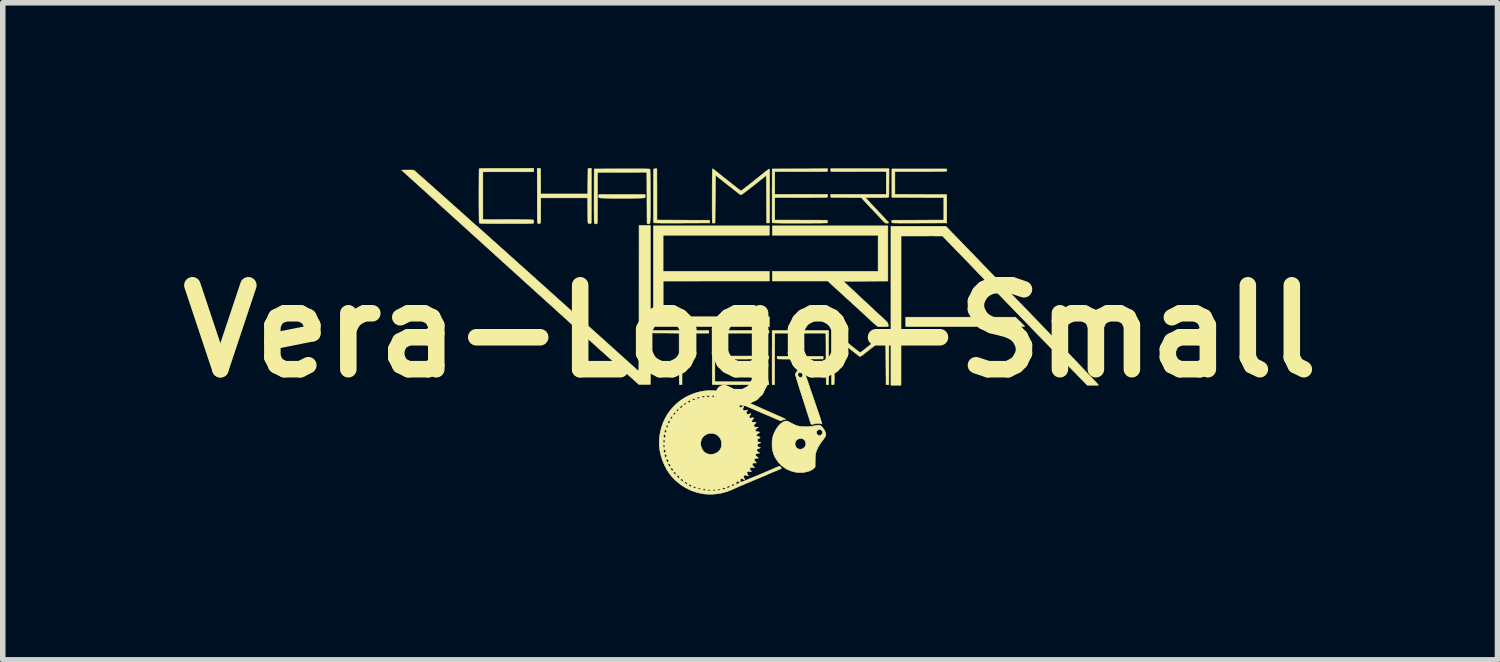
<source format=kicad_pcb>
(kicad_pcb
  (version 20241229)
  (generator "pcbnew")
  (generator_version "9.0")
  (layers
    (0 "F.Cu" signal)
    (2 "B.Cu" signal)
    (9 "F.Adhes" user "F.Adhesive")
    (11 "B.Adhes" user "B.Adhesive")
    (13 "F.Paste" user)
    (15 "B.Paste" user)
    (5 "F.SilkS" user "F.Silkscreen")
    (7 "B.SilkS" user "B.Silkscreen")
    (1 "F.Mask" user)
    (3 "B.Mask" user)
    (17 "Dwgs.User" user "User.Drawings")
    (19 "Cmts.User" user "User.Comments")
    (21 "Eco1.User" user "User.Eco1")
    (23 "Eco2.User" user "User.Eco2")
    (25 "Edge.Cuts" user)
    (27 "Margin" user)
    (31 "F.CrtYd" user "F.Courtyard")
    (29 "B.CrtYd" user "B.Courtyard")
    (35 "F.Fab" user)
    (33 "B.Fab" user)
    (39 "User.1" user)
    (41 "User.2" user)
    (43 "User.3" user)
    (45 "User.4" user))
  (footprint "Vera-Logo-Small"
    (layer "F.Cu")
    (at 10.566 2.963)
    (property "Reference" "Vera-Logo-Small" (at 0 0 0) (layer "F.SilkS") (effects (font (size 1.524 1.524) (thickness 0.3))))
    (attr through_hole)
    (fp_poly (pts (xy 0.348 -1.744) (xy -1.579 -1.744) (xy -1.579 -1.087) (xy 0.348 -1.087) (xy 0.348 -0.912) (xy -0.615 -0.912) (xy -1.578 -0.911) (xy -1.578 -0.262) (xy -0.615 -0.262) (xy 0.348 -0.262) (xy 0.348 -0.086) (xy -1.754 -0.086) (xy -1.754 -1.913) (xy 0.348 -1.913) (xy 0.348 -1.744)) (stroke (width 0.01) (type solid)) (fill yes) (layer "F.SilkS"))
    (fp_poly (pts (xy 4.868 -0.205) (xy 4.885 -0.189) (xy 4.901 -0.173) (xy 4.915 -0.159) (xy 4.929 -0.145) (xy 4.941 -0.133) (xy 4.951 -0.122) (xy 4.961 -0.113) (xy 4.969 -0.105) (xy 4.975 -0.098) (xy 4.979 -0.093) (xy 4.982 -0.089) (xy 4.983 -0.087) (xy 4.983 -0.087) (xy 4.982 -0.087) (xy 4.978 -0.087) (xy 4.972 -0.087) (xy 4.964 -0.087) (xy 4.953 -0.087) (xy 4.94 -0.087) (xy 4.925 -0.087) (xy 4.907 -0.087) (xy 4.888 -0.087) (xy 4.866 -0.087) (xy 4.843 -0.087) (xy 4.817 -0.087) (xy 4.79 -0.087) (xy 4.761 -0.087) (xy 4.731 -0.087) (xy 4.698 -0.087) (xy 4.664 -0.087) (xy 4.629 -0.087) (xy 4.592 -0.087) (xy 4.553 -0.086) (xy 4.513 -0.086) (xy 4.472 -0.086) (xy 4.43 -0.086) (xy 4.386 -0.086) (xy 4.342 -0.086) (xy 4.296 -0.086) (xy 4.249 -0.086) (xy 4.201 -0.086) (xy 4.153 -0.086) (xy 4.103 -0.086) (xy 4.053 -0.086) (xy 4.002 -0.086) (xy 3.95 -0.086) (xy 3.905 -0.086) (xy 2.826 -0.086) (xy 2.826 -0.255) (xy 4.817 -0.255) (xy 4.868 -0.205)) (stroke (width 0.01) (type solid)) (fill yes) (layer "F.SilkS"))
    (fp_poly (pts (xy 1.326 0.503) (xy 1.25 0.503) (xy 1.239 0.503) (xy 1.226 0.504) (xy 1.211 0.504) (xy 1.194 0.504) (xy 1.175 0.504) (xy 1.156 0.504) (xy 1.135 0.504) (xy 1.112 0.504) (xy 1.089 0.504) (xy 1.065 0.504) (xy 1.039 0.504) (xy 1.014 0.504) (xy 0.987 0.504) (xy 0.961 0.505) (xy 0.934 0.505) (xy 0.907 0.505) (xy 0.88 0.505) (xy 0.853 0.505) (xy 0.827 0.505) (xy 0.801 0.505) (xy 0.775 0.505) (xy 0.75 0.505) (xy 0.726 0.505) (xy 0.703 0.505) (xy 0.682 0.505) (xy 0.661 0.505) (xy 0.642 0.505) (xy 0.624 0.505) (xy 0.608 0.505) (xy 0.593 0.505) (xy 0.581 0.505) (xy 0.57 0.504) (xy 0.562 0.504) (xy 0.556 0.504) (xy 0.554 0.504) (xy 0.539 0.504) (xy 0.527 0.503) (xy 0.517 0.503) (xy 0.509 0.502) (xy 0.503 0.501) (xy 0.498 0.5) (xy 0.495 0.499) (xy 0.493 0.497) (xy 0.493 0.496) (xy 0.491 0.493) (xy 0.491 0.487) (xy 0.491 0.48) (xy 0.491 0.472) (xy 0.491 0.467) (xy 0.493 0.455) (xy 1.326 0.455) (xy 1.326 0.503)) (stroke (width 0.01) (type solid)) (fill yes) (layer "F.SilkS"))
    (fp_poly (pts (xy -1.905 -2.474) (xy -1.905 -2.471) (xy -1.905 -2.465) (xy -1.905 -2.459) (xy -1.904 -2.452) (xy -1.905 -2.444) (xy -1.905 -2.437) (xy -1.907 -2.432) (xy -1.909 -2.428) (xy -1.912 -2.425) (xy -1.913 -2.424) (xy -1.915 -2.423) (xy -1.918 -2.422) (xy -1.924 -2.421) (xy -1.93 -2.421) (xy -1.939 -2.42) (xy -1.949 -2.419) (xy -1.962 -2.418) (xy -1.976 -2.418) (xy -1.993 -2.417) (xy -2.011 -2.417) (xy -2.032 -2.416) (xy -2.055 -2.416) (xy -2.066 -2.415) (xy -2.079 -2.415) (xy -2.094 -2.415) (xy -2.111 -2.415) (xy -2.13 -2.415) (xy -2.151 -2.414) (xy -2.172 -2.414) (xy -2.195 -2.414) (xy -2.219 -2.414) (xy -2.243 -2.414) (xy -2.267 -2.414) (xy -2.292 -2.414) (xy -2.317 -2.414) (xy -2.342 -2.414) (xy -2.366 -2.414) (xy -2.39 -2.414) (xy -2.413 -2.414) (xy -2.434 -2.414) (xy -2.455 -2.414) (xy -2.474 -2.414) (xy -2.491 -2.414) (xy -2.507 -2.414) (xy -2.52 -2.414) (xy -2.523 -2.414) (xy -2.551 -2.415) (xy -2.576 -2.415) (xy -2.6 -2.416) (xy -2.623 -2.416) (xy -2.644 -2.417) (xy -2.663 -2.417) (xy -2.68 -2.418) (xy -2.695 -2.419) (xy -2.707 -2.419) (xy -2.718 -2.42) (xy -2.726 -2.421) (xy -2.73 -2.421) (xy -2.737 -2.424) (xy -2.742 -2.428) (xy -2.746 -2.434) (xy -2.747 -2.437) (xy -2.747 -2.44) (xy -2.748 -2.443) (xy -2.748 -2.446) (xy -2.748 -2.451) (xy -2.748 -2.457) (xy -2.747 -2.464) (xy -2.746 -2.472) (xy -2.745 -2.48) (xy -1.906 -2.48) (xy -1.905 -2.474)) (stroke (width 0.01) (type solid)) (fill yes) (layer "F.SilkS"))
    (fp_poly (pts (xy -0.749 0.034) (xy -1.232 0.034) (xy -1.232 0.097) (xy -1.232 0.103) (xy -1.233 0.112) (xy -1.233 0.123) (xy -1.233 0.136) (xy -1.233 0.151) (xy -1.233 0.169) (xy -1.233 0.188) (xy -1.233 0.209) (xy -1.233 0.231) (xy -1.233 0.255) (xy -1.233 0.281) (xy -1.234 0.307) (xy -1.234 0.335) (xy -1.234 0.364) (xy -1.234 0.393) (xy -1.234 0.424) (xy -1.234 0.455) (xy -1.234 0.487) (xy -1.234 0.519) (xy -1.234 0.552) (xy -1.235 0.564) (xy -1.235 0.596) (xy -1.235 0.627) (xy -1.235 0.657) (xy -1.235 0.687) (xy -1.235 0.716) (xy -1.235 0.743) (xy -1.235 0.77) (xy -1.235 0.795) (xy -1.236 0.819) (xy -1.236 0.842) (xy -1.236 0.863) (xy -1.236 0.882) (xy -1.236 0.9) (xy -1.236 0.916) (xy -1.236 0.93) (xy -1.236 0.942) (xy -1.236 0.952) (xy -1.236 0.959) (xy -1.236 0.965) (xy -1.236 0.968) (xy -1.236 0.969) (xy -1.238 0.969) (xy -1.241 0.969) (xy -1.246 0.969) (xy -1.252 0.97) (xy -1.258 0.97) (xy -1.264 0.97) (xy -1.269 0.97) (xy -1.273 0.969) (xy -1.275 0.969) (xy -1.278 0.968) (xy -1.28 0.967) (xy -1.28 0.967) (xy -1.281 0.965) (xy -1.282 0.96) (xy -1.283 0.953) (xy -1.284 0.944) (xy -1.285 0.932) (xy -1.285 0.918) (xy -1.285 0.915) (xy -1.286 0.911) (xy -1.286 0.904) (xy -1.286 0.894) (xy -1.286 0.882) (xy -1.286 0.867) (xy -1.286 0.85) (xy -1.286 0.83) (xy -1.287 0.808) (xy -1.287 0.783) (xy -1.287 0.756) (xy -1.287 0.727) (xy -1.287 0.695) (xy -1.287 0.66) (xy -1.287 0.623) (xy -1.287 0.583) (xy -1.287 0.541) (xy -1.287 0.497) (xy -1.287 0.46) (xy -1.288 0.034) (xy -1.295 0.034) (xy -1.297 0.034) (xy -1.302 0.034) (xy -1.308 0.034) (xy -1.317 0.034) (xy -1.328 0.034) (xy -1.341 0.034) (xy -1.355 0.034) (xy -1.371 0.034) (xy -1.389 0.034) (xy -1.408 0.033) (xy -1.428 0.033) (xy -1.449 0.033) (xy -1.471 0.033) (xy -1.493 0.033) (xy -1.517 0.032) (xy -1.523 0.032) (xy -1.546 0.032) (xy -1.57 0.032) (xy -1.592 0.032) (xy -1.614 0.032) (xy -1.634 0.031) (xy -1.654 0.031) (xy -1.672 0.031) (xy -1.689 0.031) (xy -1.705 0.031) (xy -1.718 0.031) (xy -1.73 0.031) (xy -1.74 0.031) (xy -1.748 0.031) (xy -1.754 0.031) (xy -1.757 0.031) (xy -1.757 0.031) (xy -1.772 0.03) (xy -1.772 -0.011) (xy -0.749 -0.011) (xy -0.749 0.034)) (stroke (width 0.01) (type solid)) (fill yes) (layer "F.SilkS"))
    (fp_poly (pts (xy -1.694 -2.95) (xy -1.694 -2.95) (xy -1.694 -2.95) (xy -1.693 -2.949) (xy -1.693 -2.948) (xy -1.693 -2.947) (xy -1.693 -2.946) (xy -1.693 -2.943) (xy -1.693 -2.94) (xy -1.692 -2.937) (xy -1.692 -2.932) (xy -1.692 -2.927) (xy -1.692 -2.921) (xy -1.692 -2.914) (xy -1.692 -2.906) (xy -1.692 -2.896) (xy -1.692 -2.886) (xy -1.692 -2.874) (xy -1.692 -2.86) (xy -1.692 -2.845) (xy -1.692 -2.829) (xy -1.692 -2.811) (xy -1.692 -2.791) (xy -1.692 -2.77) (xy -1.692 -2.747) (xy -1.692 -2.721) (xy -1.691 -2.694) (xy -1.691 -2.665) (xy -1.691 -2.633) (xy -1.691 -2.6) (xy -1.691 -2.564) (xy -1.691 -2.525) (xy -1.691 -2.484) (xy -1.691 -2.019) (xy -1.504 -2.018) (xy -1.483 -2.018) (xy -1.461 -2.018) (xy -1.436 -2.018) (xy -1.41 -2.018) (xy -1.382 -2.017) (xy -1.352 -2.017) (xy -1.322 -2.017) (xy -1.29 -2.017) (xy -1.258 -2.017) (xy -1.226 -2.017) (xy -1.193 -2.017) (xy -1.16 -2.017) (xy -1.127 -2.016) (xy -1.095 -2.016) (xy -1.064 -2.016) (xy -1.034 -2.016) (xy -1.026 -2.016) (xy -0.735 -2.015) (xy -0.735 -1.966) (xy -0.917 -1.966) (xy -0.955 -1.965) (xy -0.994 -1.965) (xy -1.032 -1.965) (xy -1.07 -1.965) (xy -1.108 -1.965) (xy -1.146 -1.965) (xy -1.183 -1.965) (xy -1.219 -1.964) (xy -1.255 -1.964) (xy -1.29 -1.964) (xy -1.323 -1.964) (xy -1.356 -1.964) (xy -1.388 -1.964) (xy -1.419 -1.964) (xy -1.448 -1.964) (xy -1.475 -1.964) (xy -1.502 -1.964) (xy -1.526 -1.964) (xy -1.549 -1.964) (xy -1.57 -1.964) (xy -1.588 -1.964) (xy -1.605 -1.964) (xy -1.62 -1.964) (xy -1.632 -1.965) (xy -1.642 -1.965) (xy -1.646 -1.965) (xy -1.666 -1.965) (xy -1.685 -1.966) (xy -1.701 -1.966) (xy -1.715 -1.967) (xy -1.727 -1.967) (xy -1.736 -1.968) (xy -1.743 -1.969) (xy -1.747 -1.969) (xy -1.748 -1.97) (xy -1.749 -1.97) (xy -1.75 -1.971) (xy -1.75 -1.972) (xy -1.75 -1.974) (xy -1.751 -1.977) (xy -1.751 -1.981) (xy -1.751 -1.987) (xy -1.752 -1.995) (xy -1.752 -2.005) (xy -1.752 -2.011) (xy -1.752 -2.019) (xy -1.752 -2.028) (xy -1.752 -2.04) (xy -1.752 -2.054) (xy -1.752 -2.07) (xy -1.752 -2.087) (xy -1.752 -2.106) (xy -1.752 -2.127) (xy -1.752 -2.148) (xy -1.752 -2.171) (xy -1.752 -2.196) (xy -1.752 -2.221) (xy -1.752 -2.247) (xy -1.752 -2.274) (xy -1.752 -2.302) (xy -1.752 -2.331) (xy -1.752 -2.36) (xy -1.752 -2.389) (xy -1.752 -2.419) (xy -1.752 -2.449) (xy -1.752 -2.479) (xy -1.752 -2.509) (xy -1.752 -2.539) (xy -1.752 -2.568) (xy -1.752 -2.598) (xy -1.752 -2.626) (xy -1.752 -2.655) (xy -1.752 -2.682) (xy -1.752 -2.709) (xy -1.751 -2.735) (xy -1.751 -2.76) (xy -1.751 -2.784) (xy -1.751 -2.807) (xy -1.751 -2.828) (xy -1.751 -2.848) (xy -1.751 -2.866) (xy -1.751 -2.883) (xy -1.751 -2.898) (xy -1.751 -2.911) (xy -1.75 -2.922) (xy -1.75 -2.931) (xy -1.75 -2.938) (xy -1.75 -2.943) (xy -1.75 -2.945) (xy -1.75 -2.946) (xy -1.749 -2.946) (xy -1.745 -2.946) (xy -1.74 -2.947) (xy -1.734 -2.947) (xy -1.727 -2.948) (xy -1.72 -2.948) (xy -1.712 -2.949) (xy -1.706 -2.95) (xy -1.7 -2.95) (xy -1.696 -2.95) (xy -1.694 -2.95) (xy -1.694 -2.95)) (stroke (width 0.01) (type solid)) (fill yes) (layer "F.SilkS"))
    (fp_poly (pts (xy 1.424 0.969) (xy 1.42 0.97) (xy 1.411 0.971) (xy 1.404 0.971) (xy 1.397 0.971) (xy 1.391 0.97) (xy 1.39 0.97) (xy 1.385 0.968) (xy 1.384 0.957) (xy 1.383 0.95) (xy 1.383 0.941) (xy 1.383 0.93) (xy 1.382 0.916) (xy 1.382 0.9) (xy 1.381 0.882) (xy 1.381 0.862) (xy 1.381 0.841) (xy 1.38 0.818) (xy 1.38 0.793) (xy 1.38 0.766) (xy 1.38 0.739) (xy 1.379 0.71) (xy 1.379 0.68) (xy 1.379 0.649) (xy 1.379 0.616) (xy 1.378 0.583) (xy 1.378 0.55) (xy 1.378 0.516) (xy 1.378 0.481) (xy 1.378 0.446) (xy 1.378 0.41) (xy 1.378 0.391) (xy 1.378 0.367) (xy 1.378 0.342) (xy 1.378 0.318) (xy 1.378 0.294) (xy 1.378 0.271) (xy 1.378 0.248) (xy 1.378 0.225) (xy 1.378 0.204) (xy 1.378 0.184) (xy 1.377 0.166) (xy 1.377 0.149) (xy 1.377 0.135) (xy 1.377 0.122) (xy 1.377 0.112) (xy 1.377 0.111) (xy 1.376 0.034) (xy 0.447 0.034) (xy 0.447 0.054) (xy 0.447 0.057) (xy 0.447 0.062) (xy 0.447 0.07) (xy 0.447 0.08) (xy 0.447 0.092) (xy 0.447 0.106) (xy 0.447 0.122) (xy 0.447 0.14) (xy 0.447 0.159) (xy 0.447 0.18) (xy 0.446 0.203) (xy 0.446 0.228) (xy 0.446 0.253) (xy 0.446 0.28) (xy 0.446 0.308) (xy 0.446 0.338) (xy 0.446 0.368) (xy 0.446 0.399) (xy 0.445 0.431) (xy 0.445 0.463) (xy 0.445 0.497) (xy 0.445 0.512) (xy 0.445 0.545) (xy 0.445 0.578) (xy 0.445 0.61) (xy 0.445 0.641) (xy 0.444 0.671) (xy 0.444 0.701) (xy 0.444 0.729) (xy 0.444 0.756) (xy 0.444 0.782) (xy 0.444 0.806) (xy 0.444 0.829) (xy 0.444 0.851) (xy 0.444 0.87) (xy 0.444 0.888) (xy 0.443 0.905) (xy 0.443 0.919) (xy 0.443 0.931) (xy 0.443 0.941) (xy 0.443 0.949) (xy 0.443 0.955) (xy 0.443 0.958) (xy 0.443 0.959) (xy 0.443 0.969) (xy 0.432 0.97) (xy 0.425 0.971) (xy 0.42 0.971) (xy 0.417 0.971) (xy 0.413 0.971) (xy 0.41 0.97) (xy 0.407 0.969) (xy 0.403 0.967) (xy 0.403 0.966) (xy 0.403 0.965) (xy 0.402 0.965) (xy 0.402 0.963) (xy 0.402 0.962) (xy 0.401 0.959) (xy 0.401 0.955) (xy 0.401 0.951) (xy 0.401 0.945) (xy 0.401 0.938) (xy 0.401 0.929) (xy 0.4 0.919) (xy 0.4 0.907) (xy 0.4 0.893) (xy 0.4 0.876) (xy 0.4 0.858) (xy 0.4 0.851) (xy 0.4 0.839) (xy 0.4 0.825) (xy 0.4 0.808) (xy 0.4 0.79) (xy 0.4 0.77) (xy 0.4 0.748) (xy 0.4 0.724) (xy 0.4 0.699) (xy 0.4 0.673) (xy 0.4 0.645) (xy 0.4 0.617) (xy 0.4 0.588) (xy 0.4 0.559) (xy 0.4 0.529) (xy 0.4 0.499) (xy 0.4 0.468) (xy 0.4 0.438) (xy 0.4 0.415) (xy 0.4 0.386) (xy 0.4 0.357) (xy 0.4 0.329) (xy 0.401 0.301) (xy 0.401 0.274) (xy 0.401 0.247) (xy 0.401 0.222) (xy 0.401 0.198) (xy 0.401 0.174) (xy 0.401 0.153) (xy 0.401 0.132) (xy 0.401 0.113) (xy 0.401 0.096) (xy 0.401 0.081) (xy 0.401 0.068) (xy 0.401 0.057) (xy 0.401 0.048) (xy 0.401 0.042) (xy 0.401 0.041) (xy 0.401 -0.011) (xy 1.424 -0.011) (xy 1.424 0.969)) (stroke (width 0.01) (type solid)) (fill yes) (layer "F.SilkS"))
    (fp_poly (pts (xy -3.859 -2.957) (xy -3.857 -2.957) (xy -3.852 -2.957) (xy -3.846 -2.956) (xy -3.839 -2.956) (xy -3.831 -2.955) (xy -3.831 -2.955) (xy -3.823 -2.955) (xy -3.816 -2.954) (xy -3.811 -2.954) (xy -3.807 -2.953) (xy -3.805 -2.953) (xy -3.805 -2.953) (xy -3.805 -2.952) (xy -3.805 -2.948) (xy -3.805 -2.942) (xy -3.805 -2.934) (xy -3.804 -2.924) (xy -3.804 -2.912) (xy -3.804 -2.899) (xy -3.804 -2.884) (xy -3.804 -2.868) (xy -3.804 -2.851) (xy -3.803 -2.833) (xy -3.803 -2.814) (xy -3.803 -2.794) (xy -3.803 -2.774) (xy -3.803 -2.754) (xy -3.802 -2.733) (xy -3.802 -2.712) (xy -3.802 -2.692) (xy -3.802 -2.672) (xy -3.802 -2.652) (xy -3.802 -2.632) (xy -3.801 -2.614) (xy -3.801 -2.596) (xy -3.801 -2.579) (xy -3.801 -2.564) (xy -3.801 -2.55) (xy -3.801 -2.537) (xy -3.801 -2.526) (xy -3.801 -2.522) (xy -3.801 -2.492) (xy -2.946 -2.492) (xy -2.946 -2.523) (xy -2.946 -2.535) (xy -2.946 -2.548) (xy -2.946 -2.563) (xy -2.946 -2.579) (xy -2.946 -2.597) (xy -2.946 -2.615) (xy -2.946 -2.634) (xy -2.946 -2.654) (xy -2.945 -2.674) (xy -2.945 -2.695) (xy -2.945 -2.716) (xy -2.945 -2.737) (xy -2.945 -2.757) (xy -2.944 -2.778) (xy -2.944 -2.798) (xy -2.944 -2.818) (xy -2.944 -2.837) (xy -2.943 -2.855) (xy -2.943 -2.872) (xy -2.943 -2.887) (xy -2.943 -2.902) (xy -2.943 -2.915) (xy -2.942 -2.926) (xy -2.942 -2.936) (xy -2.942 -2.943) (xy -2.942 -2.949) (xy -2.942 -2.952) (xy -2.942 -2.953) (xy -2.94 -2.953) (xy -2.937 -2.954) (xy -2.931 -2.954) (xy -2.924 -2.955) (xy -2.917 -2.955) (xy -2.917 -2.955) (xy -2.909 -2.956) (xy -2.901 -2.956) (xy -2.895 -2.957) (xy -2.89 -2.957) (xy -2.888 -2.957) (xy -2.883 -2.958) (xy -2.883 -2.46) (xy -2.884 -1.963) (xy -2.894 -1.96) (xy -2.901 -1.958) (xy -2.908 -1.958) (xy -2.915 -1.957) (xy -2.918 -1.957) (xy -2.926 -1.958) (xy -2.932 -1.959) (xy -2.936 -1.961) (xy -2.939 -1.964) (xy -2.941 -1.969) (xy -2.943 -1.975) (xy -2.944 -1.984) (xy -2.944 -1.987) (xy -2.944 -1.992) (xy -2.945 -1.998) (xy -2.945 -2.007) (xy -2.945 -2.018) (xy -2.945 -2.03) (xy -2.945 -2.045) (xy -2.945 -2.063) (xy -2.946 -2.082) (xy -2.946 -2.104) (xy -2.946 -2.128) (xy -2.946 -2.155) (xy -2.946 -2.184) (xy -2.946 -2.208) (xy -2.947 -2.421) (xy -3.801 -2.421) (xy -3.801 -2.209) (xy -3.802 -2.181) (xy -3.802 -2.155) (xy -3.802 -2.131) (xy -3.802 -2.11) (xy -3.802 -2.091) (xy -3.802 -2.074) (xy -3.802 -2.058) (xy -3.802 -2.045) (xy -3.802 -2.033) (xy -3.803 -2.022) (xy -3.803 -2.013) (xy -3.803 -2.005) (xy -3.803 -1.998) (xy -3.803 -1.992) (xy -3.804 -1.987) (xy -3.804 -1.983) (xy -3.804 -1.979) (xy -3.805 -1.976) (xy -3.805 -1.973) (xy -3.806 -1.971) (xy -3.806 -1.969) (xy -3.806 -1.968) (xy -3.808 -1.963) (xy -3.811 -1.96) (xy -3.816 -1.958) (xy -3.82 -1.958) (xy -3.826 -1.957) (xy -3.831 -1.956) (xy -3.836 -1.956) (xy -3.84 -1.956) (xy -3.84 -1.957) (xy -3.843 -1.957) (xy -3.847 -1.958) (xy -3.849 -1.958) (xy -3.853 -1.96) (xy -3.856 -1.961) (xy -3.856 -1.962) (xy -3.857 -1.965) (xy -3.858 -1.97) (xy -3.859 -1.978) (xy -3.859 -1.988) (xy -3.86 -2) (xy -3.861 -2.013) (xy -3.861 -2.021) (xy -3.861 -2.026) (xy -3.861 -2.034) (xy -3.861 -2.044) (xy -3.862 -2.056) (xy -3.862 -2.071) (xy -3.862 -2.089) (xy -3.862 -2.109) (xy -3.862 -2.131) (xy -3.862 -2.156) (xy -3.862 -2.184) (xy -3.862 -2.214) (xy -3.862 -2.246) (xy -3.863 -2.281) (xy -3.863 -2.318) (xy -3.863 -2.358) (xy -3.863 -2.4) (xy -3.863 -2.444) (xy -3.863 -2.491) (xy -3.863 -2.507) (xy -3.864 -2.958) (xy -3.859 -2.957)) (stroke (width 0.01) (type solid)) (fill yes) (layer "F.SilkS"))
    (fp_poly (pts (xy 2.501 -0.912) (xy 2.444 -0.911) (xy 2.439 -0.911) (xy 2.431 -0.911) (xy 2.422 -0.911) (xy 2.409 -0.911) (xy 2.395 -0.911) (xy 2.379 -0.911) (xy 2.362 -0.911) (xy 2.343 -0.911) (xy 2.322 -0.911) (xy 2.3 -0.91) (xy 2.277 -0.91) (xy 2.253 -0.91) (xy 2.228 -0.91) (xy 2.202 -0.91) (xy 2.175 -0.91) (xy 2.148 -0.91) (xy 2.121 -0.91) (xy 2.094 -0.909) (xy 2.066 -0.909) (xy 2.039 -0.909) (xy 2.011 -0.909) (xy 1.985 -0.909) (xy 1.958 -0.909) (xy 1.932 -0.909) (xy 1.907 -0.909) (xy 1.883 -0.909) (xy 1.86 -0.908) (xy 1.838 -0.908) (xy 1.817 -0.908) (xy 1.798 -0.908) (xy 1.78 -0.908) (xy 1.764 -0.908) (xy 1.75 -0.908) (xy 1.738 -0.908) (xy 1.728 -0.908) (xy 1.72 -0.908) (xy 1.72 -0.908) (xy 1.711 -0.908) (xy 1.704 -0.908) (xy 1.698 -0.908) (xy 1.695 -0.907) (xy 1.693 -0.907) (xy 1.693 -0.907) (xy 1.694 -0.906) (xy 1.697 -0.903) (xy 1.701 -0.899) (xy 1.707 -0.894) (xy 1.714 -0.887) (xy 1.723 -0.879) (xy 1.732 -0.87) (xy 1.743 -0.86) (xy 1.755 -0.849) (xy 1.767 -0.838) (xy 1.78 -0.826) (xy 1.793 -0.813) (xy 1.796 -0.811) (xy 1.811 -0.797) (xy 1.827 -0.782) (xy 1.842 -0.767) (xy 1.858 -0.753) (xy 1.874 -0.738) (xy 1.89 -0.723) (xy 1.904 -0.71) (xy 1.918 -0.697) (xy 1.931 -0.685) (xy 1.943 -0.674) (xy 1.952 -0.665) (xy 1.956 -0.662) (xy 1.968 -0.65) (xy 1.982 -0.637) (xy 1.997 -0.624) (xy 2.011 -0.61) (xy 2.026 -0.596) (xy 2.041 -0.582) (xy 2.054 -0.57) (xy 2.066 -0.559) (xy 2.068 -0.557) (xy 2.08 -0.546) (xy 2.094 -0.533) (xy 2.108 -0.52) (xy 2.122 -0.507) (xy 2.137 -0.493) (xy 2.15 -0.48) (xy 2.163 -0.468) (xy 2.174 -0.458) (xy 2.183 -0.45) (xy 2.193 -0.44) (xy 2.205 -0.429) (xy 2.219 -0.416) (xy 2.233 -0.404) (xy 2.247 -0.39) (xy 2.262 -0.376) (xy 2.277 -0.363) (xy 2.291 -0.349) (xy 2.305 -0.336) (xy 2.308 -0.334) (xy 2.326 -0.317) (xy 2.343 -0.301) (xy 2.358 -0.287) (xy 2.372 -0.274) (xy 2.384 -0.263) (xy 2.396 -0.252) (xy 2.406 -0.243) (xy 2.415 -0.234) (xy 2.423 -0.226) (xy 2.431 -0.219) (xy 2.438 -0.212) (xy 2.445 -0.205) (xy 2.452 -0.199) (xy 2.458 -0.192) (xy 2.465 -0.186) (xy 2.467 -0.184) (xy 2.475 -0.176) (xy 2.481 -0.17) (xy 2.486 -0.165) (xy 2.489 -0.161) (xy 2.492 -0.157) (xy 2.494 -0.154) (xy 2.496 -0.151) (xy 2.497 -0.149) (xy 2.502 -0.138) (xy 2.505 -0.128) (xy 2.506 -0.118) (xy 2.507 -0.106) (xy 2.507 -0.103) (xy 2.507 -0.086) (xy 2.476 -0.086) (xy 2.461 -0.086) (xy 2.443 -0.086) (xy 2.423 -0.085) (xy 2.4 -0.085) (xy 2.377 -0.084) (xy 2.357 -0.083) (xy 2.348 -0.083) (xy 2.341 -0.083) (xy 2.336 -0.084) (xy 2.332 -0.084) (xy 2.327 -0.086) (xy 2.322 -0.087) (xy 2.318 -0.089) (xy 2.313 -0.092) (xy 2.307 -0.095) (xy 2.301 -0.1) (xy 2.294 -0.105) (xy 2.286 -0.112) (xy 2.276 -0.121) (xy 2.268 -0.127) (xy 2.263 -0.132) (xy 2.257 -0.136) (xy 2.252 -0.141) (xy 2.247 -0.146) (xy 2.241 -0.151) (xy 2.234 -0.157) (xy 2.227 -0.163) (xy 2.219 -0.17) (xy 2.211 -0.179) (xy 2.2 -0.188) (xy 2.189 -0.199) (xy 2.176 -0.211) (xy 2.164 -0.222) (xy 2.138 -0.246) (xy 2.111 -0.271) (xy 2.083 -0.297) (xy 2.054 -0.324) (xy 2.023 -0.351) (xy 1.992 -0.38) (xy 1.96 -0.41) (xy 1.926 -0.441) (xy 1.891 -0.473) (xy 1.854 -0.507) (xy 1.816 -0.542) (xy 1.776 -0.578) (xy 1.734 -0.616) (xy 1.691 -0.656) (xy 1.673 -0.672) (xy 1.656 -0.688) (xy 1.638 -0.704) (xy 1.621 -0.72) (xy 1.603 -0.736) (xy 1.586 -0.752) (xy 1.569 -0.767) (xy 1.552 -0.782) (xy 1.537 -0.797) (xy 1.522 -0.81) (xy 1.508 -0.822) (xy 1.496 -0.834) (xy 1.485 -0.844) (xy 1.476 -0.852) (xy 1.473 -0.855) (xy 1.411 -0.912) (xy 0.405 -0.912) (xy 0.405 -1.087) (xy 2.324 -1.087) (xy 2.324 -1.744) (xy 0.405 -1.744) (xy 0.405 -1.913) (xy 2.501 -1.913) (xy 2.501 -0.912)) (stroke (width 0.01) (type solid)) (fill yes) (layer "F.SilkS"))
    (fp_poly (pts (xy 0.923 0.699) (xy 0.934 0.702) (xy 0.945 0.706) (xy 0.956 0.711) (xy 0.965 0.718) (xy 0.974 0.725) (xy 0.977 0.728) (xy 0.98 0.731) (xy 0.982 0.735) (xy 0.984 0.739) (xy 0.987 0.746) (xy 0.989 0.751) (xy 0.992 0.759) (xy 0.996 0.768) (xy 0.999 0.778) (xy 1.003 0.79) (xy 1.008 0.802) (xy 1.013 0.815) (xy 1.018 0.83) (xy 1.023 0.846) (xy 1.03 0.864) (xy 1.036 0.883) (xy 1.044 0.904) (xy 1.051 0.926) (xy 1.06 0.951) (xy 1.069 0.977) (xy 1.078 1.005) (xy 1.088 1.035) (xy 1.099 1.067) (xy 1.111 1.101) (xy 1.123 1.137) (xy 1.137 1.175) (xy 1.151 1.216) (xy 1.151 1.217) (xy 1.157 1.235) (xy 1.163 1.253) (xy 1.169 1.272) (xy 1.176 1.29) (xy 1.182 1.308) (xy 1.188 1.325) (xy 1.193 1.341) (xy 1.198 1.356) (xy 1.203 1.369) (xy 1.207 1.381) (xy 1.209 1.387) (xy 1.218 1.414) (xy 1.226 1.438) (xy 1.234 1.46) (xy 1.241 1.48) (xy 1.247 1.499) (xy 1.253 1.515) (xy 1.258 1.531) (xy 1.263 1.545) (xy 1.267 1.558) (xy 1.271 1.571) (xy 1.275 1.582) (xy 1.276 1.586) (xy 1.28 1.598) (xy 1.284 1.611) (xy 1.287 1.623) (xy 1.291 1.635) (xy 1.294 1.646) (xy 1.297 1.656) (xy 1.3 1.665) (xy 1.302 1.672) (xy 1.303 1.678) (xy 1.304 1.681) (xy 1.304 1.682) (xy 1.304 1.683) (xy 1.303 1.683) (xy 1.301 1.683) (xy 1.298 1.683) (xy 1.293 1.681) (xy 1.287 1.679) (xy 1.285 1.678) (xy 1.273 1.675) (xy 1.262 1.673) (xy 1.25 1.672) (xy 1.236 1.671) (xy 1.23 1.672) (xy 1.218 1.672) (xy 1.206 1.674) (xy 1.194 1.675) (xy 1.181 1.678) (xy 1.167 1.681) (xy 1.159 1.683) (xy 1.146 1.687) (xy 1.135 1.689) (xy 1.126 1.69) (xy 1.119 1.69) (xy 1.114 1.689) (xy 1.113 1.689) (xy 1.11 1.686) (xy 1.106 1.682) (xy 1.105 1.681) (xy 1.104 1.678) (xy 1.103 1.674) (xy 1.1 1.667) (xy 1.098 1.659) (xy 1.094 1.65) (xy 1.091 1.64) (xy 1.087 1.628) (xy 1.084 1.618) (xy 1.081 1.61) (xy 1.078 1.6) (xy 1.074 1.587) (xy 1.07 1.573) (xy 1.064 1.558) (xy 1.059 1.54) (xy 1.053 1.522) (xy 1.047 1.502) (xy 1.04 1.482) (xy 1.033 1.461) (xy 1.026 1.439) (xy 1.019 1.416) (xy 1.012 1.394) (xy 1.005 1.372) (xy 1.004 1.369) (xy 0.991 1.328) (xy 0.978 1.29) (xy 0.967 1.253) (xy 0.956 1.219) (xy 0.946 1.187) (xy 0.936 1.157) (xy 0.927 1.128) (xy 0.918 1.102) (xy 0.91 1.077) (xy 0.903 1.053) (xy 0.896 1.031) (xy 0.889 1.01) (xy 0.883 0.99) (xy 0.877 0.972) (xy 0.872 0.954) (xy 0.867 0.938) (xy 0.862 0.922) (xy 0.857 0.907) (xy 0.853 0.893) (xy 0.849 0.879) (xy 0.845 0.865) (xy 0.841 0.852) (xy 0.839 0.845) (xy 0.821 0.787) (xy 0.866 0.787) (xy 0.867 0.792) (xy 0.869 0.802) (xy 0.873 0.812) (xy 0.879 0.821) (xy 0.886 0.828) (xy 0.895 0.834) (xy 0.901 0.836) (xy 0.908 0.838) (xy 0.915 0.838) (xy 0.923 0.837) (xy 0.93 0.835) (xy 0.932 0.834) (xy 0.939 0.829) (xy 0.946 0.822) (xy 0.952 0.814) (xy 0.954 0.811) (xy 0.955 0.808) (xy 0.955 0.805) (xy 0.956 0.8) (xy 0.956 0.795) (xy 0.956 0.794) (xy 0.956 0.788) (xy 0.955 0.783) (xy 0.955 0.78) (xy 0.954 0.777) (xy 0.952 0.773) (xy 0.951 0.772) (xy 0.946 0.763) (xy 0.938 0.756) (xy 0.93 0.75) (xy 0.928 0.748) (xy 0.925 0.747) (xy 0.921 0.746) (xy 0.918 0.745) (xy 0.913 0.745) (xy 0.909 0.745) (xy 0.901 0.745) (xy 0.894 0.747) (xy 0.888 0.75) (xy 0.882 0.754) (xy 0.878 0.759) (xy 0.872 0.767) (xy 0.868 0.776) (xy 0.866 0.787) (xy 0.821 0.787) (xy 0.82 0.782) (xy 0.827 0.768) (xy 0.832 0.758) (xy 0.836 0.75) (xy 0.841 0.744) (xy 0.845 0.737) (xy 0.851 0.731) (xy 0.852 0.73) (xy 0.862 0.72) (xy 0.873 0.712) (xy 0.884 0.706) (xy 0.895 0.701) (xy 0.904 0.699) (xy 0.913 0.698) (xy 0.923 0.699)) (stroke (width 0.01) (type solid)) (fill yes) (layer "F.SilkS"))
    (fp_poly (pts (xy -3.928 -2.934) (xy -3.928 -2.922) (xy -3.929 -2.913) (xy -3.929 -2.906) (xy -3.93 -2.901) (xy -3.932 -2.897) (xy -3.932 -2.896) (xy -3.933 -2.896) (xy -3.933 -2.896) (xy -3.934 -2.896) (xy -3.935 -2.895) (xy -3.936 -2.895) (xy -3.938 -2.895) (xy -3.941 -2.895) (xy -3.944 -2.895) (xy -3.948 -2.895) (xy -3.952 -2.895) (xy -3.958 -2.895) (xy -3.964 -2.894) (xy -3.972 -2.894) (xy -3.98 -2.894) (xy -3.99 -2.894) (xy -4.001 -2.894) (xy -4.014 -2.894) (xy -4.028 -2.894) (xy -4.043 -2.894) (xy -4.06 -2.894) (xy -4.078 -2.894) (xy -4.099 -2.894) (xy -4.121 -2.894) (xy -4.145 -2.894) (xy -4.171 -2.894) (xy -4.199 -2.894) (xy -4.229 -2.894) (xy -4.261 -2.894) (xy -4.296 -2.894) (xy -4.333 -2.894) (xy -4.372 -2.894) (xy -4.393 -2.894) (xy -4.851 -2.895) (xy -4.851 -2.026) (xy -4.45 -2.025) (xy -4.405 -2.025) (xy -4.362 -2.025) (xy -4.322 -2.025) (xy -4.284 -2.025) (xy -4.248 -2.025) (xy -4.215 -2.025) (xy -4.184 -2.025) (xy -4.155 -2.024) (xy -4.128 -2.024) (xy -4.103 -2.024) (xy -4.08 -2.024) (xy -4.059 -2.024) (xy -4.04 -2.024) (xy -4.023 -2.023) (xy -4.008 -2.023) (xy -3.994 -2.023) (xy -3.982 -2.023) (xy -3.971 -2.023) (xy -3.962 -2.022) (xy -3.955 -2.022) (xy -3.948 -2.022) (xy -3.944 -2.022) (xy -3.94 -2.021) (xy -3.938 -2.021) (xy -3.937 -2.021) (xy -3.934 -2.018) (xy -3.932 -2.014) (xy -3.93 -2.008) (xy -3.928 -2.001) (xy -3.928 -2) (xy -3.927 -1.992) (xy -3.928 -1.984) (xy -3.929 -1.976) (xy -3.931 -1.97) (xy -3.934 -1.964) (xy -3.937 -1.961) (xy -3.937 -1.961) (xy -3.94 -1.96) (xy -3.944 -1.96) (xy -3.952 -1.959) (xy -3.961 -1.959) (xy -3.973 -1.958) (xy -3.977 -1.958) (xy -3.982 -1.958) (xy -3.99 -1.958) (xy -4 -1.958) (xy -4.011 -1.958) (xy -4.026 -1.958) (xy -4.041 -1.957) (xy -4.059 -1.957) (xy -4.078 -1.957) (xy -4.099 -1.957) (xy -4.122 -1.957) (xy -4.145 -1.957) (xy -4.17 -1.957) (xy -4.195 -1.957) (xy -4.222 -1.957) (xy -4.249 -1.957) (xy -4.277 -1.957) (xy -4.305 -1.957) (xy -4.334 -1.957) (xy -4.363 -1.957) (xy -4.392 -1.957) (xy -4.421 -1.957) (xy -4.45 -1.956) (xy -4.478 -1.956) (xy -4.507 -1.956) (xy -4.534 -1.956) (xy -4.561 -1.956) (xy -4.587 -1.956) (xy -4.613 -1.956) (xy -4.637 -1.957) (xy -4.66 -1.957) (xy -4.682 -1.957) (xy -4.702 -1.957) (xy -4.721 -1.957) (xy -4.738 -1.957) (xy -4.753 -1.957) (xy -4.767 -1.957) (xy -4.778 -1.957) (xy -4.787 -1.957) (xy -4.793 -1.957) (xy -4.816 -1.958) (xy -4.836 -1.958) (xy -4.853 -1.959) (xy -4.869 -1.959) (xy -4.882 -1.96) (xy -4.892 -1.961) (xy -4.901 -1.961) (xy -4.907 -1.962) (xy -4.911 -1.963) (xy -4.914 -1.964) (xy -4.914 -1.964) (xy -4.914 -1.965) (xy -4.915 -1.968) (xy -4.916 -1.971) (xy -4.916 -1.975) (xy -4.917 -1.981) (xy -4.917 -1.988) (xy -4.918 -1.997) (xy -4.918 -2.007) (xy -4.919 -2.019) (xy -4.919 -2.032) (xy -4.919 -2.048) (xy -4.92 -2.065) (xy -4.92 -2.084) (xy -4.92 -2.106) (xy -4.921 -2.129) (xy -4.921 -2.155) (xy -4.921 -2.183) (xy -4.921 -2.209) (xy -4.921 -2.23) (xy -4.922 -2.252) (xy -4.922 -2.276) (xy -4.922 -2.3) (xy -4.922 -2.326) (xy -4.922 -2.352) (xy -4.922 -2.379) (xy -4.922 -2.407) (xy -4.922 -2.435) (xy -4.922 -2.463) (xy -4.922 -2.492) (xy -4.922 -2.52) (xy -4.922 -2.549) (xy -4.922 -2.578) (xy -4.922 -2.606) (xy -4.922 -2.634) (xy -4.921 -2.662) (xy -4.921 -2.689) (xy -4.921 -2.715) (xy -4.921 -2.74) (xy -4.921 -2.765) (xy -4.921 -2.788) (xy -4.92 -2.81) (xy -4.92 -2.831) (xy -4.92 -2.851) (xy -4.92 -2.869) (xy -4.92 -2.885) (xy -4.919 -2.9) (xy -4.919 -2.913) (xy -4.919 -2.924) (xy -4.919 -2.932) (xy -4.918 -2.939) (xy -4.918 -2.943) (xy -4.918 -2.945) (xy -4.917 -2.947) (xy -4.914 -2.949) (xy -4.91 -2.95) (xy -4.904 -2.951) (xy -4.901 -2.951) (xy -4.899 -2.952) (xy -4.896 -2.952) (xy -4.892 -2.952) (xy -4.889 -2.953) (xy -4.885 -2.953) (xy -4.881 -2.953) (xy -4.876 -2.954) (xy -4.87 -2.954) (xy -4.864 -2.954) (xy -4.857 -2.954) (xy -4.849 -2.954) (xy -4.84 -2.955) (xy -4.83 -2.955) (xy -4.818 -2.955) (xy -4.806 -2.955) (xy -4.793 -2.955) (xy -4.778 -2.955) (xy -4.761 -2.955) (xy -4.743 -2.955) (xy -4.724 -2.955) (xy -4.703 -2.956) (xy -4.68 -2.956) (xy -4.655 -2.956) (xy -4.628 -2.956) (xy -4.6 -2.956) (xy -4.569 -2.956) (xy -4.536 -2.956) (xy -4.501 -2.956) (xy -4.464 -2.956) (xy -4.424 -2.956) (xy -4.383 -2.956) (xy -3.928 -2.957) (xy -3.928 -2.934)) (stroke (width 0.01) (type solid)) (fill yes) (layer "F.SilkS"))
    (fp_poly (pts (xy 3.12 -2.946) (xy 3.166 -2.946) (xy 3.209 -2.946) (xy 3.25 -2.946) (xy 3.288 -2.946) (xy 3.324 -2.946) (xy 3.357 -2.946) (xy 3.388 -2.946) (xy 3.416 -2.946) (xy 3.442 -2.946) (xy 3.466 -2.946) (xy 3.487 -2.946) (xy 3.506 -2.946) (xy 3.522 -2.946) (xy 3.536 -2.946) (xy 3.547 -2.946) (xy 3.556 -2.945) (xy 3.563 -2.945) (xy 3.567 -2.945) (xy 3.569 -2.945) (xy 3.569 -2.945) (xy 3.57 -2.943) (xy 3.57 -2.94) (xy 3.571 -2.935) (xy 3.571 -2.93) (xy 3.571 -2.921) (xy 3.571 -2.915) (xy 3.569 -2.91) (xy 3.568 -2.907) (xy 3.566 -2.907) (xy 3.563 -2.906) (xy 3.557 -2.906) (xy 3.549 -2.905) (xy 3.538 -2.905) (xy 3.525 -2.904) (xy 3.51 -2.904) (xy 3.493 -2.904) (xy 3.473 -2.903) (xy 3.451 -2.903) (xy 3.427 -2.903) (xy 3.4 -2.902) (xy 3.372 -2.902) (xy 3.342 -2.902) (xy 3.309 -2.902) (xy 3.275 -2.901) (xy 3.239 -2.901) (xy 3.2 -2.901) (xy 3.16 -2.901) (xy 3.119 -2.901) (xy 3.075 -2.901) (xy 3.03 -2.901) (xy 2.983 -2.901) (xy 2.938 -2.901) (xy 2.628 -2.901) (xy 2.628 -2.484) (xy 2.648 -2.484) (xy 2.654 -2.484) (xy 2.663 -2.484) (xy 2.674 -2.484) (xy 2.687 -2.484) (xy 2.702 -2.484) (xy 2.719 -2.484) (xy 2.737 -2.484) (xy 2.758 -2.484) (xy 2.779 -2.484) (xy 2.802 -2.484) (xy 2.827 -2.484) (xy 2.852 -2.484) (xy 2.879 -2.483) (xy 2.906 -2.483) (xy 2.934 -2.483) (xy 2.962 -2.483) (xy 2.991 -2.483) (xy 3.02 -2.483) (xy 3.05 -2.483) (xy 3.079 -2.483) (xy 3.109 -2.482) (xy 3.138 -2.482) (xy 3.167 -2.482) (xy 3.195 -2.482) (xy 3.223 -2.482) (xy 3.25 -2.482) (xy 3.276 -2.482) (xy 3.301 -2.482) (xy 3.325 -2.482) (xy 3.348 -2.481) (xy 3.369 -2.481) (xy 3.389 -2.481) (xy 3.408 -2.481) (xy 3.424 -2.481) (xy 3.438 -2.481) (xy 3.451 -2.481) (xy 3.461 -2.481) (xy 3.469 -2.481) (xy 3.469 -2.481) (xy 3.569 -2.48) (xy 3.569 -1.966) (xy 3.395 -1.966) (xy 3.361 -1.965) (xy 3.327 -1.965) (xy 3.292 -1.965) (xy 3.257 -1.965) (xy 3.222 -1.965) (xy 3.188 -1.965) (xy 3.153 -1.965) (xy 3.119 -1.965) (xy 3.085 -1.964) (xy 3.051 -1.964) (xy 3.018 -1.964) (xy 2.986 -1.964) (xy 2.955 -1.964) (xy 2.924 -1.964) (xy 2.895 -1.964) (xy 2.867 -1.964) (xy 2.84 -1.964) (xy 2.814 -1.964) (xy 2.791 -1.964) (xy 2.768 -1.964) (xy 2.748 -1.964) (xy 2.729 -1.964) (xy 2.712 -1.964) (xy 2.697 -1.964) (xy 2.685 -1.964) (xy 2.674 -1.965) (xy 2.666 -1.965) (xy 2.664 -1.965) (xy 2.646 -1.965) (xy 2.631 -1.965) (xy 2.617 -1.966) (xy 2.606 -1.967) (xy 2.597 -1.967) (xy 2.589 -1.968) (xy 2.583 -1.969) (xy 2.579 -1.97) (xy 2.576 -1.971) (xy 2.574 -1.972) (xy 2.574 -1.973) (xy 2.573 -1.978) (xy 2.572 -1.984) (xy 2.572 -1.991) (xy 2.572 -1.999) (xy 2.573 -2.003) (xy 2.575 -2.015) (xy 2.812 -2.016) (xy 2.841 -2.016) (xy 2.872 -2.016) (xy 2.905 -2.016) (xy 2.939 -2.016) (xy 2.975 -2.016) (xy 3.011 -2.017) (xy 3.047 -2.017) (xy 3.084 -2.017) (xy 3.12 -2.017) (xy 3.155 -2.017) (xy 3.189 -2.017) (xy 3.222 -2.017) (xy 3.253 -2.018) (xy 3.282 -2.018) (xy 3.283 -2.018) (xy 3.517 -2.018) (xy 3.517 -2.428) (xy 3.455 -2.428) (xy 3.45 -2.428) (xy 3.442 -2.428) (xy 3.433 -2.428) (xy 3.421 -2.428) (xy 3.408 -2.428) (xy 3.393 -2.428) (xy 3.376 -2.429) (xy 3.357 -2.429) (xy 3.337 -2.429) (xy 3.316 -2.429) (xy 3.293 -2.429) (xy 3.27 -2.429) (xy 3.245 -2.429) (xy 3.219 -2.429) (xy 3.193 -2.429) (xy 3.166 -2.429) (xy 3.138 -2.429) (xy 3.11 -2.43) (xy 3.081 -2.43) (xy 3.052 -2.43) (xy 3.023 -2.43) (xy 2.994 -2.43) (xy 2.965 -2.43) (xy 2.936 -2.43) (xy 2.908 -2.43) (xy 2.88 -2.431) (xy 2.853 -2.431) (xy 2.826 -2.431) (xy 2.8 -2.431) (xy 2.774 -2.431) (xy 2.75 -2.431) (xy 2.727 -2.431) (xy 2.705 -2.431) (xy 2.684 -2.431) (xy 2.665 -2.431) (xy 2.648 -2.432) (xy 2.632 -2.432) (xy 2.617 -2.432) (xy 2.605 -2.432) (xy 2.594 -2.432) (xy 2.586 -2.432) (xy 2.58 -2.432) (xy 2.576 -2.432) (xy 2.575 -2.432) (xy 2.575 -2.432) (xy 2.575 -2.433) (xy 2.575 -2.437) (xy 2.575 -2.443) (xy 2.574 -2.451) (xy 2.574 -2.461) (xy 2.574 -2.473) (xy 2.574 -2.487) (xy 2.574 -2.503) (xy 2.574 -2.52) (xy 2.574 -2.539) (xy 2.574 -2.559) (xy 2.574 -2.581) (xy 2.574 -2.603) (xy 2.574 -2.626) (xy 2.574 -2.651) (xy 2.574 -2.676) (xy 2.574 -2.946) (xy 3.071 -2.946) (xy 3.12 -2.946)) (stroke (width 0.01) (type solid)) (fill yes) (layer "F.SilkS"))
    (fp_poly (pts (xy 2.521 -2.713) (xy 2.521 -2.683) (xy 2.52 -2.656) (xy 2.52 -2.63) (xy 2.52 -2.607) (xy 2.52 -2.586) (xy 2.52 -2.567) (xy 2.52 -2.55) (xy 2.52 -2.535) (xy 2.52 -2.521) (xy 2.52 -2.509) (xy 2.52 -2.499) (xy 2.519 -2.489) (xy 2.519 -2.481) (xy 2.519 -2.474) (xy 2.519 -2.468) (xy 2.518 -2.463) (xy 2.518 -2.458) (xy 2.518 -2.454) (xy 2.517 -2.451) (xy 2.517 -2.448) (xy 2.517 -2.446) (xy 2.516 -2.443) (xy 2.516 -2.442) (xy 2.515 -2.439) (xy 2.514 -2.436) (xy 2.512 -2.434) (xy 2.51 -2.433) (xy 2.506 -2.432) (xy 2.5 -2.432) (xy 2.493 -2.431) (xy 2.488 -2.431) (xy 2.484 -2.431) (xy 2.478 -2.43) (xy 2.469 -2.43) (xy 2.459 -2.43) (xy 2.446 -2.43) (xy 2.432 -2.43) (xy 2.417 -2.43) (xy 2.399 -2.429) (xy 2.381 -2.429) (xy 2.362 -2.429) (xy 2.341 -2.429) (xy 2.32 -2.429) (xy 2.299 -2.429) (xy 2.278 -2.429) (xy 2.256 -2.429) (xy 2.236 -2.428) (xy 2.215 -2.428) (xy 2.196 -2.428) (xy 2.178 -2.428) (xy 2.162 -2.428) (xy 2.146 -2.428) (xy 2.133 -2.428) (xy 2.121 -2.428) (xy 2.11 -2.428) (xy 2.102 -2.428) (xy 2.096 -2.428) (xy 2.092 -2.427) (xy 2.09 -2.427) (xy 2.09 -2.427) (xy 2.091 -2.426) (xy 2.094 -2.424) (xy 2.098 -2.419) (xy 2.103 -2.414) (xy 2.109 -2.407) (xy 2.117 -2.399) (xy 2.125 -2.39) (xy 2.135 -2.38) (xy 2.145 -2.369) (xy 2.155 -2.358) (xy 2.156 -2.357) (xy 2.166 -2.346) (xy 2.177 -2.334) (xy 2.19 -2.32) (xy 2.204 -2.306) (xy 2.219 -2.29) (xy 2.234 -2.273) (xy 2.25 -2.256) (xy 2.266 -2.239) (xy 2.282 -2.222) (xy 2.298 -2.205) (xy 2.314 -2.188) (xy 2.329 -2.172) (xy 2.347 -2.152) (xy 2.364 -2.134) (xy 2.38 -2.117) (xy 2.394 -2.102) (xy 2.407 -2.088) (xy 2.419 -2.076) (xy 2.429 -2.065) (xy 2.439 -2.055) (xy 2.447 -2.046) (xy 2.455 -2.037) (xy 2.462 -2.03) (xy 2.468 -2.023) (xy 2.474 -2.017) (xy 2.479 -2.011) (xy 2.485 -2.006) (xy 2.49 -2.001) (xy 2.494 -1.996) (xy 2.495 -1.995) (xy 2.501 -1.989) (xy 2.505 -1.984) (xy 2.509 -1.98) (xy 2.512 -1.976) (xy 2.513 -1.974) (xy 2.514 -1.971) (xy 2.513 -1.968) (xy 2.51 -1.966) (xy 2.505 -1.965) (xy 2.497 -1.964) (xy 2.488 -1.963) (xy 2.486 -1.963) (xy 2.48 -1.963) (xy 2.474 -1.963) (xy 2.469 -1.963) (xy 2.467 -1.963) (xy 2.465 -1.964) (xy 2.462 -1.965) (xy 2.459 -1.966) (xy 2.456 -1.968) (xy 2.453 -1.97) (xy 2.449 -1.973) (xy 2.445 -1.976) (xy 2.44 -1.98) (xy 2.435 -1.985) (xy 2.429 -1.99) (xy 2.422 -1.997) (xy 2.415 -2.005) (xy 2.406 -2.014) (xy 2.396 -2.024) (xy 2.385 -2.035) (xy 2.373 -2.048) (xy 2.359 -2.063) (xy 2.344 -2.079) (xy 2.327 -2.096) (xy 2.311 -2.114) (xy 2.298 -2.128) (xy 2.284 -2.143) (xy 2.269 -2.158) (xy 2.255 -2.173) (xy 2.241 -2.188) (xy 2.227 -2.203) (xy 2.214 -2.217) (xy 2.201 -2.23) (xy 2.19 -2.242) (xy 2.18 -2.252) (xy 2.179 -2.254) (xy 2.158 -2.276) (xy 2.139 -2.296) (xy 2.122 -2.315) (xy 2.106 -2.332) (xy 2.092 -2.347) (xy 2.079 -2.361) (xy 2.068 -2.373) (xy 2.058 -2.384) (xy 2.049 -2.394) (xy 2.041 -2.402) (xy 2.035 -2.41) (xy 2.029 -2.416) (xy 2.029 -2.416) (xy 2.019 -2.428) (xy 1.979 -2.428) (xy 1.97 -2.428) (xy 1.96 -2.428) (xy 1.947 -2.428) (xy 1.933 -2.428) (xy 1.918 -2.429) (xy 1.901 -2.429) (xy 1.883 -2.429) (xy 1.864 -2.429) (xy 1.844 -2.429) (xy 1.824 -2.429) (xy 1.802 -2.429) (xy 1.781 -2.429) (xy 1.758 -2.43) (xy 1.736 -2.43) (xy 1.714 -2.43) (xy 1.691 -2.43) (xy 1.669 -2.43) (xy 1.648 -2.43) (xy 1.627 -2.431) (xy 1.606 -2.431) (xy 1.587 -2.431) (xy 1.568 -2.431) (xy 1.551 -2.431) (xy 1.535 -2.431) (xy 1.52 -2.432) (xy 1.506 -2.432) (xy 1.495 -2.432) (xy 1.485 -2.432) (xy 1.477 -2.432) (xy 1.472 -2.432) (xy 1.468 -2.432) (xy 1.468 -2.432) (xy 1.467 -2.434) (xy 1.467 -2.437) (xy 1.466 -2.442) (xy 1.466 -2.448) (xy 1.465 -2.455) (xy 1.464 -2.462) (xy 1.464 -2.468) (xy 1.463 -2.474) (xy 1.463 -2.478) (xy 1.463 -2.481) (xy 1.463 -2.484) (xy 2.473 -2.484) (xy 2.473 -2.901) (xy 1.97 -2.9) (xy 1.921 -2.9) (xy 1.874 -2.9) (xy 1.83 -2.9) (xy 1.788 -2.9) (xy 1.749 -2.9) (xy 1.713 -2.9) (xy 1.679 -2.9) (xy 1.647 -2.9) (xy 1.618 -2.9) (xy 1.592 -2.9) (xy 1.568 -2.901) (xy 1.547 -2.901) (xy 1.528 -2.901) (xy 1.512 -2.901) (xy 1.498 -2.901) (xy 1.486 -2.901) (xy 1.478 -2.901) (xy 1.472 -2.901) (xy 1.468 -2.901) (xy 1.467 -2.901) (xy 1.467 -2.903) (xy 1.466 -2.907) (xy 1.466 -2.912) (xy 1.465 -2.918) (xy 1.465 -2.923) (xy 1.464 -2.93) (xy 1.464 -2.937) (xy 1.463 -2.942) (xy 1.463 -2.946) (xy 1.463 -2.947) (xy 1.463 -2.95) (xy 2.521 -2.95) (xy 2.521 -2.713)) (stroke (width 0.01) (type solid)) (fill yes) (layer "F.SilkS"))
    (fp_poly (pts (xy -2.084 -2.948) (xy -2.055 -2.948) (xy -2.029 -2.948) (xy -2.004 -2.948) (xy -1.981 -2.948) (xy -1.96 -2.948) (xy -1.941 -2.948) (xy -1.923 -2.947) (xy -1.907 -2.947) (xy -1.893 -2.947) (xy -1.88 -2.947) (xy -1.868 -2.946) (xy -1.858 -2.946) (xy -1.849 -2.945) (xy -1.842 -2.945) (xy -1.835 -2.945) (xy -1.83 -2.944) (xy -1.826 -2.944) (xy -1.822 -2.943) (xy -1.82 -2.943) (xy -1.816 -2.941) (xy -1.816 -2.924) (xy -1.815 -2.917) (xy -1.815 -2.908) (xy -1.815 -2.897) (xy -1.814 -2.885) (xy -1.814 -2.872) (xy -1.814 -2.857) (xy -1.813 -2.84) (xy -1.813 -2.822) (xy -1.813 -2.802) (xy -1.813 -2.779) (xy -1.813 -2.755) (xy -1.812 -2.729) (xy -1.812 -2.701) (xy -1.812 -2.671) (xy -1.812 -2.639) (xy -1.812 -2.604) (xy -1.812 -2.567) (xy -1.812 -2.527) (xy -1.812 -2.486) (xy -1.811 -2.469) (xy -1.811 -2.426) (xy -1.811 -2.385) (xy -1.811 -2.347) (xy -1.811 -2.311) (xy -1.811 -2.278) (xy -1.811 -2.246) (xy -1.811 -2.217) (xy -1.811 -2.19) (xy -1.811 -2.164) (xy -1.812 -2.141) (xy -1.812 -2.119) (xy -1.812 -2.099) (xy -1.812 -2.081) (xy -1.813 -2.064) (xy -1.813 -2.049) (xy -1.813 -2.035) (xy -1.814 -2.023) (xy -1.814 -2.012) (xy -1.815 -2.002) (xy -1.816 -1.993) (xy -1.816 -1.985) (xy -1.817 -1.978) (xy -1.818 -1.972) (xy -1.819 -1.967) (xy -1.82 -1.963) (xy -1.821 -1.959) (xy -1.822 -1.956) (xy -1.823 -1.954) (xy -1.825 -1.952) (xy -1.826 -1.95) (xy -1.827 -1.949) (xy -1.832 -1.947) (xy -1.837 -1.948) (xy -1.838 -1.948) (xy -1.848 -1.951) (xy -1.855 -1.954) (xy -1.861 -1.956) (xy -1.865 -1.957) (xy -1.868 -1.959) (xy -1.869 -1.959) (xy -1.87 -1.959) (xy -1.87 -1.961) (xy -1.87 -1.965) (xy -1.87 -1.971) (xy -1.87 -1.979) (xy -1.87 -1.99) (xy -1.87 -2.002) (xy -1.87 -2.017) (xy -1.87 -2.033) (xy -1.87 -2.051) (xy -1.871 -2.071) (xy -1.871 -2.093) (xy -1.871 -2.116) (xy -1.871 -2.141) (xy -1.871 -2.166) (xy -1.871 -2.193) (xy -1.871 -2.221) (xy -1.871 -2.251) (xy -1.872 -2.281) (xy -1.872 -2.312) (xy -1.872 -2.343) (xy -1.872 -2.376) (xy -1.872 -2.379) (xy -1.872 -2.412) (xy -1.872 -2.444) (xy -1.872 -2.476) (xy -1.872 -2.508) (xy -1.872 -2.538) (xy -1.873 -2.568) (xy -1.873 -2.597) (xy -1.873 -2.625) (xy -1.873 -2.652) (xy -1.873 -2.677) (xy -1.873 -2.701) (xy -1.873 -2.724) (xy -1.873 -2.745) (xy -1.873 -2.764) (xy -1.874 -2.782) (xy -1.874 -2.797) (xy -1.874 -2.811) (xy -1.874 -2.822) (xy -1.874 -2.831) (xy -1.874 -2.838) (xy -1.874 -2.842) (xy -1.875 -2.887) (xy -2.323 -2.886) (xy -2.771 -2.886) (xy -2.771 -2.451) (xy -2.771 -2.41) (xy -2.771 -2.372) (xy -2.771 -2.336) (xy -2.772 -2.303) (xy -2.772 -2.271) (xy -2.772 -2.242) (xy -2.772 -2.215) (xy -2.772 -2.19) (xy -2.772 -2.166) (xy -2.772 -2.145) (xy -2.772 -2.125) (xy -2.772 -2.107) (xy -2.772 -2.09) (xy -2.772 -2.075) (xy -2.772 -2.061) (xy -2.773 -2.049) (xy -2.773 -2.038) (xy -2.773 -2.028) (xy -2.773 -2.019) (xy -2.773 -2.011) (xy -2.773 -2.004) (xy -2.774 -1.998) (xy -2.774 -1.992) (xy -2.774 -1.987) (xy -2.774 -1.983) (xy -2.775 -1.98) (xy -2.775 -1.976) (xy -2.775 -1.973) (xy -2.776 -1.971) (xy -2.776 -1.968) (xy -2.776 -1.966) (xy -2.778 -1.96) (xy -2.779 -1.956) (xy -2.782 -1.953) (xy -2.786 -1.951) (xy -2.791 -1.95) (xy -2.8 -1.949) (xy -2.808 -1.95) (xy -2.815 -1.953) (xy -2.821 -1.957) (xy -2.825 -1.963) (xy -2.828 -1.97) (xy -2.828 -1.973) (xy -2.828 -1.977) (xy -2.829 -1.98) (xy -2.829 -1.984) (xy -2.829 -1.989) (xy -2.83 -1.994) (xy -2.83 -2) (xy -2.83 -2.006) (xy -2.83 -2.014) (xy -2.831 -2.023) (xy -2.831 -2.033) (xy -2.831 -2.045) (xy -2.831 -2.058) (xy -2.831 -2.073) (xy -2.831 -2.089) (xy -2.831 -2.107) (xy -2.831 -2.128) (xy -2.832 -2.15) (xy -2.832 -2.175) (xy -2.832 -2.202) (xy -2.832 -2.203) (xy -2.832 -2.221) (xy -2.832 -2.239) (xy -2.832 -2.259) (xy -2.832 -2.28) (xy -2.832 -2.303) (xy -2.832 -2.326) (xy -2.832 -2.351) (xy -2.832 -2.376) (xy -2.832 -2.402) (xy -2.832 -2.429) (xy -2.832 -2.456) (xy -2.832 -2.483) (xy -2.832 -2.511) (xy -2.831 -2.539) (xy -2.831 -2.566) (xy -2.831 -2.594) (xy -2.831 -2.622) (xy -2.831 -2.649) (xy -2.831 -2.675) (xy -2.831 -2.701) (xy -2.831 -2.727) (xy -2.831 -2.751) (xy -2.831 -2.775) (xy -2.831 -2.798) (xy -2.831 -2.819) (xy -2.83 -2.839) (xy -2.83 -2.858) (xy -2.83 -2.875) (xy -2.83 -2.891) (xy -2.83 -2.905) (xy -2.83 -2.917) (xy -2.83 -2.927) (xy -2.83 -2.935) (xy -2.83 -2.941) (xy -2.83 -2.945) (xy -2.829 -2.946) (xy -2.828 -2.946) (xy -2.824 -2.946) (xy -2.818 -2.946) (xy -2.81 -2.946) (xy -2.8 -2.946) (xy -2.787 -2.946) (xy -2.772 -2.946) (xy -2.756 -2.946) (xy -2.738 -2.946) (xy -2.718 -2.946) (xy -2.697 -2.946) (xy -2.674 -2.947) (xy -2.65 -2.947) (xy -2.624 -2.947) (xy -2.598 -2.947) (xy -2.57 -2.947) (xy -2.541 -2.947) (xy -2.512 -2.947) (xy -2.481 -2.947) (xy -2.45 -2.947) (xy -2.438 -2.948) (xy -2.389 -2.948) (xy -2.343 -2.948) (xy -2.299 -2.948) (xy -2.258 -2.948) (xy -2.218 -2.948) (xy -2.181 -2.948) (xy -2.147 -2.948) (xy -2.114 -2.948) (xy -2.084 -2.948)) (stroke (width 0.01) (type solid)) (fill yes) (layer "F.SilkS"))
    (fp_poly (pts (xy 0.342 0.034) (xy -0.64 0.034) (xy -0.64 0.451) (xy -0.149 0.451) (xy -0.105 0.451) (xy -0.064 0.451) (xy -0.025 0.451) (xy 0.012 0.451) (xy 0.046 0.451) (xy 0.078 0.451) (xy 0.108 0.451) (xy 0.136 0.451) (xy 0.161 0.451) (xy 0.185 0.451) (xy 0.207 0.451) (xy 0.227 0.451) (xy 0.245 0.451) (xy 0.261 0.451) (xy 0.276 0.451) (xy 0.289 0.451) (xy 0.3 0.451) (xy 0.31 0.452) (xy 0.318 0.452) (xy 0.325 0.452) (xy 0.331 0.452) (xy 0.335 0.452) (xy 0.339 0.452) (xy 0.341 0.452) (xy 0.342 0.452) (xy 0.342 0.452) (xy 0.342 0.455) (xy 0.341 0.459) (xy 0.341 0.464) (xy 0.34 0.47) (xy 0.34 0.477) (xy 0.339 0.484) (xy 0.338 0.491) (xy 0.338 0.496) (xy 0.338 0.5) (xy 0.337 0.502) (xy 0.337 0.503) (xy 0.336 0.503) (xy 0.332 0.503) (xy 0.326 0.503) (xy 0.318 0.503) (xy 0.308 0.503) (xy 0.295 0.503) (xy 0.281 0.503) (xy 0.265 0.503) (xy 0.247 0.503) (xy 0.228 0.503) (xy 0.207 0.503) (xy 0.185 0.504) (xy 0.162 0.504) (xy 0.137 0.504) (xy 0.111 0.504) (xy 0.085 0.504) (xy 0.058 0.504) (xy 0.03 0.504) (xy 0.001 0.504) (xy -0.028 0.504) (xy -0.058 0.505) (xy -0.088 0.505) (xy -0.118 0.505) (xy -0.148 0.505) (xy -0.178 0.505) (xy -0.208 0.505) (xy -0.237 0.505) (xy -0.267 0.505) (xy -0.296 0.506) (xy -0.324 0.506) (xy -0.352 0.506) (xy -0.378 0.506) (xy -0.404 0.506) (xy -0.429 0.506) (xy -0.453 0.506) (xy -0.476 0.506) (xy -0.497 0.506) (xy -0.517 0.506) (xy -0.535 0.507) (xy -0.552 0.507) (xy -0.567 0.507) (xy -0.58 0.507) (xy -0.591 0.507) (xy -0.6 0.507) (xy -0.605 0.507) (xy -0.64 0.507) (xy -0.64 0.915) (xy -0.63 0.916) (xy -0.628 0.916) (xy -0.624 0.916) (xy -0.617 0.916) (xy -0.608 0.916) (xy -0.597 0.916) (xy -0.584 0.916) (xy -0.57 0.917) (xy -0.553 0.917) (xy -0.535 0.917) (xy -0.515 0.917) (xy -0.494 0.917) (xy -0.471 0.917) (xy -0.447 0.917) (xy -0.422 0.917) (xy -0.396 0.917) (xy -0.369 0.917) (xy -0.342 0.918) (xy -0.313 0.918) (xy -0.284 0.918) (xy -0.255 0.918) (xy -0.225 0.918) (xy -0.195 0.918) (xy -0.165 0.918) (xy -0.135 0.918) (xy -0.105 0.918) (xy -0.075 0.919) (xy -0.045 0.919) (xy -0.016 0.919) (xy 0.013 0.919) (xy 0.041 0.919) (xy 0.069 0.919) (xy 0.095 0.919) (xy 0.121 0.919) (xy 0.145 0.919) (xy 0.169 0.919) (xy 0.191 0.919) (xy 0.212 0.919) (xy 0.231 0.919) (xy 0.249 0.919) (xy 0.265 0.919) (xy 0.279 0.919) (xy 0.291 0.92) (xy 0.302 0.92) (xy 0.307 0.92) (xy 0.338 0.919) (xy 0.338 0.969) (xy 0.106 0.969) (xy 0.058 0.97) (xy 0.013 0.97) (xy -0.03 0.97) (xy -0.07 0.97) (xy -0.108 0.97) (xy -0.144 0.97) (xy -0.178 0.97) (xy -0.21 0.971) (xy -0.24 0.971) (xy -0.268 0.971) (xy -0.295 0.971) (xy -0.32 0.971) (xy -0.343 0.971) (xy -0.364 0.971) (xy -0.385 0.971) (xy -0.404 0.971) (xy -0.421 0.971) (xy -0.438 0.971) (xy -0.453 0.971) (xy -0.467 0.971) (xy -0.48 0.971) (xy -0.493 0.971) (xy -0.504 0.971) (xy -0.515 0.971) (xy -0.525 0.971) (xy -0.535 0.971) (xy -0.544 0.97) (xy -0.553 0.97) (xy -0.559 0.97) (xy -0.582 0.97) (xy -0.602 0.97) (xy -0.62 0.969) (xy -0.635 0.969) (xy -0.648 0.968) (xy -0.659 0.968) (xy -0.668 0.967) (xy -0.675 0.967) (xy -0.68 0.966) (xy -0.681 0.965) (xy -0.685 0.964) (xy -0.686 0.942) (xy -0.686 0.938) (xy -0.686 0.931) (xy -0.686 0.923) (xy -0.686 0.912) (xy -0.686 0.899) (xy -0.686 0.884) (xy -0.687 0.868) (xy -0.687 0.85) (xy -0.687 0.83) (xy -0.687 0.809) (xy -0.687 0.786) (xy -0.687 0.762) (xy -0.687 0.738) (xy -0.687 0.712) (xy -0.687 0.685) (xy -0.687 0.657) (xy -0.687 0.629) (xy -0.687 0.6) (xy -0.687 0.571) (xy -0.687 0.541) (xy -0.687 0.511) (xy -0.687 0.481) (xy -0.687 0.451) (xy -0.687 0.421) (xy -0.686 0.391) (xy -0.686 0.361) (xy -0.686 0.332) (xy -0.686 0.303) (xy -0.686 0.275) (xy -0.686 0.247) (xy -0.686 0.221) (xy -0.686 0.195) (xy -0.686 0.17) (xy -0.686 0.146) (xy -0.686 0.124) (xy -0.686 0.103) (xy -0.686 0.083) (xy -0.685 0.065) (xy -0.685 0.049) (xy -0.685 0.034) (xy -0.685 0.021) (xy -0.685 0.011) (xy -0.685 0.002) (xy -0.685 -0.005) (xy -0.685 -0.009) (xy -0.685 -0.011) (xy -0.685 -0.011) (xy -0.683 -0.011) (xy -0.679 -0.011) (xy -0.673 -0.011) (xy -0.665 -0.011) (xy -0.655 -0.011) (xy -0.642 -0.011) (xy -0.627 -0.011) (xy -0.611 -0.011) (xy -0.593 -0.011) (xy -0.573 -0.011) (xy -0.552 -0.012) (xy -0.529 -0.012) (xy -0.505 -0.012) (xy -0.479 -0.012) (xy -0.453 -0.012) (xy -0.425 -0.012) (xy -0.396 -0.012) (xy -0.367 -0.012) (xy -0.336 -0.012) (xy -0.305 -0.013) (xy -0.295 -0.013) (xy -0.262 -0.013) (xy -0.229 -0.013) (xy -0.196 -0.013) (xy -0.163 -0.013) (xy -0.131 -0.013) (xy -0.099 -0.013) (xy -0.067 -0.013) (xy -0.037 -0.014) (xy -0.007 -0.014) (xy 0.022 -0.014) (xy 0.05 -0.014) (xy 0.076 -0.014) (xy 0.101 -0.014) (xy 0.124 -0.014) (xy 0.146 -0.014) (xy 0.165 -0.014) (xy 0.183 -0.014) (xy 0.198 -0.015) (xy 0.211 -0.015) (xy 0.218 -0.015) (xy 0.342 -0.015) (xy 0.342 0.034)) (stroke (width 0.01) (type solid)) (fill yes) (layer "F.SilkS"))
    (fp_poly (pts (xy 1.406 -2.932) (xy 1.406 -2.923) (xy 1.405 -2.915) (xy 1.404 -2.91) (xy 1.403 -2.906) (xy 1.402 -2.903) (xy 1.401 -2.903) (xy 1.401 -2.902) (xy 1.4 -2.902) (xy 1.399 -2.902) (xy 1.397 -2.902) (xy 1.395 -2.902) (xy 1.392 -2.902) (xy 1.388 -2.902) (xy 1.383 -2.902) (xy 1.377 -2.901) (xy 1.371 -2.901) (xy 1.363 -2.901) (xy 1.354 -2.901) (xy 1.344 -2.901) (xy 1.333 -2.901) (xy 1.32 -2.901) (xy 1.306 -2.901) (xy 1.29 -2.901) (xy 1.273 -2.901) (xy 1.254 -2.901) (xy 1.233 -2.901) (xy 1.211 -2.901) (xy 1.187 -2.901) (xy 1.16 -2.901) (xy 1.132 -2.901) (xy 1.101 -2.901) (xy 1.069 -2.901) (xy 1.034 -2.901) (xy 0.997 -2.901) (xy 0.957 -2.901) (xy 0.923 -2.901) (xy 0.447 -2.901) (xy 0.447 -2.484) (xy 1.406 -2.484) (xy 1.406 -2.466) (xy 1.406 -2.456) (xy 1.405 -2.449) (xy 1.404 -2.443) (xy 1.402 -2.439) (xy 1.4 -2.436) (xy 1.398 -2.434) (xy 1.397 -2.434) (xy 1.396 -2.433) (xy 1.394 -2.433) (xy 1.391 -2.432) (xy 1.387 -2.432) (xy 1.382 -2.432) (xy 1.375 -2.431) (xy 1.367 -2.431) (xy 1.356 -2.431) (xy 1.349 -2.431) (xy 1.344 -2.431) (xy 1.336 -2.43) (xy 1.327 -2.43) (xy 1.315 -2.43) (xy 1.301 -2.43) (xy 1.285 -2.43) (xy 1.267 -2.43) (xy 1.247 -2.43) (xy 1.226 -2.43) (xy 1.203 -2.43) (xy 1.179 -2.43) (xy 1.153 -2.429) (xy 1.126 -2.429) (xy 1.098 -2.429) (xy 1.068 -2.429) (xy 1.038 -2.429) (xy 1.007 -2.429) (xy 0.975 -2.429) (xy 0.943 -2.429) (xy 0.91 -2.429) (xy 0.877 -2.429) (xy 0.875 -2.429) (xy 0.447 -2.428) (xy 0.447 -2.018) (xy 0.889 -2.018) (xy 0.923 -2.017) (xy 0.956 -2.017) (xy 0.989 -2.017) (xy 1.021 -2.017) (xy 1.052 -2.017) (xy 1.082 -2.017) (xy 1.112 -2.017) (xy 1.14 -2.017) (xy 1.167 -2.017) (xy 1.193 -2.017) (xy 1.217 -2.017) (xy 1.24 -2.017) (xy 1.261 -2.017) (xy 1.281 -2.016) (xy 1.298 -2.016) (xy 1.314 -2.016) (xy 1.328 -2.016) (xy 1.34 -2.016) (xy 1.35 -2.016) (xy 1.357 -2.016) (xy 1.362 -2.016) (xy 1.364 -2.016) (xy 1.373 -2.015) (xy 1.381 -2.015) (xy 1.387 -2.015) (xy 1.391 -2.015) (xy 1.394 -2.014) (xy 1.396 -2.014) (xy 1.397 -2.013) (xy 1.398 -2.012) (xy 1.399 -2.012) (xy 1.403 -2.006) (xy 1.405 -1.999) (xy 1.406 -1.99) (xy 1.406 -1.989) (xy 1.405 -1.98) (xy 1.402 -1.973) (xy 1.399 -1.969) (xy 1.396 -1.968) (xy 1.395 -1.967) (xy 1.392 -1.967) (xy 1.389 -1.967) (xy 1.384 -1.966) (xy 1.377 -1.966) (xy 1.369 -1.966) (xy 1.359 -1.966) (xy 1.347 -1.965) (xy 1.332 -1.965) (xy 1.316 -1.965) (xy 1.315 -1.965) (xy 1.303 -1.965) (xy 1.289 -1.964) (xy 1.273 -1.964) (xy 1.254 -1.964) (xy 1.234 -1.964) (xy 1.211 -1.964) (xy 1.188 -1.964) (xy 1.162 -1.964) (xy 1.136 -1.963) (xy 1.109 -1.963) (xy 1.08 -1.963) (xy 1.051 -1.963) (xy 1.022 -1.963) (xy 0.992 -1.963) (xy 0.961 -1.963) (xy 0.931 -1.963) (xy 0.9 -1.963) (xy 0.87 -1.963) (xy 0.841 -1.963) (xy 0.812 -1.963) (xy 0.783 -1.963) (xy 0.756 -1.963) (xy 0.73 -1.963) (xy 0.704 -1.963) (xy 0.681 -1.963) (xy 0.658 -1.963) (xy 0.638 -1.963) (xy 0.619 -1.963) (xy 0.603 -1.963) (xy 0.594 -1.963) (xy 0.567 -1.964) (xy 0.542 -1.964) (xy 0.52 -1.964) (xy 0.5 -1.965) (xy 0.482 -1.965) (xy 0.466 -1.965) (xy 0.452 -1.966) (xy 0.44 -1.966) (xy 0.43 -1.967) (xy 0.421 -1.967) (xy 0.414 -1.968) (xy 0.409 -1.969) (xy 0.405 -1.97) (xy 0.403 -1.97) (xy 0.402 -1.971) (xy 0.402 -1.972) (xy 0.401 -1.976) (xy 0.401 -1.981) (xy 0.401 -1.988) (xy 0.401 -1.997) (xy 0.4 -2.008) (xy 0.4 -2.021) (xy 0.4 -2.036) (xy 0.4 -2.053) (xy 0.4 -2.073) (xy 0.4 -2.094) (xy 0.4 -2.118) (xy 0.4 -2.144) (xy 0.4 -2.172) (xy 0.4 -2.203) (xy 0.4 -2.235) (xy 0.4 -2.27) (xy 0.4 -2.308) (xy 0.4 -2.348) (xy 0.4 -2.39) (xy 0.4 -2.435) (xy 0.4 -2.482) (xy 0.4 -2.531) (xy 0.4 -2.547) (xy 0.4 -2.579) (xy 0.4 -2.61) (xy 0.401 -2.64) (xy 0.401 -2.669) (xy 0.401 -2.698) (xy 0.401 -2.725) (xy 0.401 -2.751) (xy 0.401 -2.776) (xy 0.401 -2.8) (xy 0.401 -2.822) (xy 0.401 -2.843) (xy 0.401 -2.862) (xy 0.401 -2.88) (xy 0.401 -2.895) (xy 0.402 -2.909) (xy 0.402 -2.921) (xy 0.402 -2.93) (xy 0.402 -2.938) (xy 0.402 -2.943) (xy 0.402 -2.946) (xy 0.402 -2.946) (xy 0.403 -2.946) (xy 0.407 -2.946) (xy 0.413 -2.946) (xy 0.421 -2.946) (xy 0.432 -2.946) (xy 0.444 -2.946) (xy 0.459 -2.946) (xy 0.475 -2.946) (xy 0.493 -2.946) (xy 0.513 -2.946) (xy 0.535 -2.947) (xy 0.558 -2.947) (xy 0.582 -2.947) (xy 0.608 -2.947) (xy 0.635 -2.947) (xy 0.663 -2.947) (xy 0.692 -2.947) (xy 0.722 -2.947) (xy 0.753 -2.947) (xy 0.785 -2.947) (xy 0.818 -2.948) (xy 0.821 -2.948) (xy 0.855 -2.948) (xy 0.888 -2.948) (xy 0.921 -2.948) (xy 0.953 -2.948) (xy 0.985 -2.948) (xy 1.017 -2.948) (xy 1.047 -2.948) (xy 1.077 -2.948) (xy 1.105 -2.949) (xy 1.133 -2.949) (xy 1.159 -2.949) (xy 1.184 -2.949) (xy 1.207 -2.949) (xy 1.229 -2.949) (xy 1.249 -2.949) (xy 1.267 -2.949) (xy 1.283 -2.949) (xy 1.297 -2.949) (xy 1.309 -2.949) (xy 1.318 -2.95) (xy 1.323 -2.95) (xy 1.406 -2.95) (xy 1.406 -2.932)) (stroke (width 0.01) (type solid)) (fill yes) (layer "F.SilkS"))
    (fp_poly (pts (xy 3.615 -1.842) (xy 3.655 -1.8) (xy 3.697 -1.757) (xy 3.741 -1.712) (xy 3.787 -1.665) (xy 3.833 -1.617) (xy 3.881 -1.567) (xy 3.93 -1.516) (xy 3.981 -1.464) (xy 3.981 -1.464) (xy 4.008 -1.436) (xy 4.037 -1.407) (xy 4.065 -1.377) (xy 4.094 -1.347) (xy 4.123 -1.317) (xy 4.153 -1.287) (xy 4.182 -1.256) (xy 4.212 -1.225) (xy 4.241 -1.195) (xy 4.271 -1.164) (xy 4.3 -1.134) (xy 4.329 -1.104) (xy 4.358 -1.074) (xy 4.386 -1.045) (xy 4.414 -1.016) (xy 4.442 -0.988) (xy 4.468 -0.96) (xy 4.494 -0.933) (xy 4.519 -0.907) (xy 4.544 -0.882) (xy 4.567 -0.858) (xy 4.589 -0.835) (xy 4.61 -0.813) (xy 4.63 -0.792) (xy 4.649 -0.773) (xy 4.666 -0.755) (xy 4.683 -0.738) (xy 4.697 -0.723) (xy 4.71 -0.71) (xy 4.721 -0.698) (xy 4.727 -0.692) (xy 4.741 -0.678) (xy 4.755 -0.663) (xy 4.768 -0.649) (xy 4.782 -0.635) (xy 4.796 -0.62) (xy 4.811 -0.605) (xy 4.826 -0.59) (xy 4.841 -0.574) (xy 4.857 -0.557) (xy 4.874 -0.54) (xy 4.891 -0.522) (xy 4.91 -0.503) (xy 4.929 -0.483) (xy 4.95 -0.462) (xy 4.972 -0.439) (xy 4.995 -0.415) (xy 5.02 -0.389) (xy 5.046 -0.362) (xy 5.064 -0.344) (xy 5.084 -0.323) (xy 5.106 -0.3) (xy 5.129 -0.276) (xy 5.154 -0.251) (xy 5.179 -0.225) (xy 5.205 -0.198) (xy 5.232 -0.17) (xy 5.26 -0.141) (xy 5.288 -0.111) (xy 5.318 -0.081) (xy 5.347 -0.05) (xy 5.378 -0.018) (xy 5.409 0.014) (xy 5.44 0.047) (xy 5.472 0.08) (xy 5.504 0.113) (xy 5.536 0.147) (xy 5.568 0.181) (xy 5.601 0.215) (xy 5.633 0.248) (xy 5.666 0.282) (xy 5.698 0.316) (xy 5.731 0.35) (xy 5.762 0.383) (xy 5.794 0.416) (xy 5.825 0.449) (xy 5.856 0.482) (xy 5.887 0.513) (xy 5.917 0.545) (xy 5.946 0.575) (xy 5.974 0.605) (xy 6.002 0.634) (xy 6.029 0.663) (xy 6.055 0.69) (xy 6.08 0.716) (xy 6.104 0.742) (xy 6.127 0.766) (xy 6.149 0.789) (xy 6.17 0.811) (xy 6.189 0.831) (xy 6.207 0.85) (xy 6.224 0.868) (xy 6.239 0.884) (xy 6.253 0.898) (xy 6.265 0.911) (xy 6.275 0.922) (xy 6.278 0.926) (xy 6.285 0.933) (xy 6.292 0.941) (xy 6.299 0.948) (xy 6.305 0.956) (xy 6.311 0.962) (xy 6.316 0.968) (xy 6.32 0.973) (xy 6.323 0.976) (xy 6.324 0.978) (xy 6.323 0.978) (xy 6.32 0.978) (xy 6.315 0.979) (xy 6.307 0.979) (xy 6.297 0.979) (xy 6.285 0.979) (xy 6.27 0.979) (xy 6.253 0.979) (xy 6.233 0.979) (xy 6.223 0.979) (xy 6.122 0.979) (xy 6.076 0.932) (xy 6.07 0.926) (xy 6.063 0.919) (xy 6.055 0.91) (xy 6.045 0.9) (xy 6.033 0.889) (xy 6.02 0.876) (xy 6.007 0.861) (xy 5.992 0.846) (xy 5.976 0.83) (xy 5.959 0.813) (xy 5.942 0.796) (xy 5.924 0.777) (xy 5.906 0.758) (xy 5.887 0.739) (xy 5.867 0.72) (xy 5.848 0.7) (xy 5.828 0.68) (xy 5.828 0.679) (xy 5.803 0.654) (xy 5.778 0.629) (xy 5.755 0.605) (xy 5.731 0.581) (xy 5.708 0.557) (xy 5.685 0.534) (xy 5.663 0.511) (xy 5.64 0.488) (xy 5.618 0.465) (xy 5.596 0.443) (xy 5.574 0.42) (xy 5.552 0.397) (xy 5.529 0.374) (xy 5.507 0.351) (xy 5.484 0.328) (xy 5.461 0.304) (xy 5.438 0.28) (xy 5.414 0.256) (xy 5.39 0.231) (xy 5.365 0.206) (xy 5.34 0.179) (xy 5.313 0.152) (xy 5.287 0.125) (xy 5.259 0.096) (xy 5.23 0.067) (xy 5.201 0.037) (xy 5.17 0.005) (xy 5.139 -0.027) (xy 5.106 -0.061) (xy 5.073 -0.096) (xy 5.037 -0.132) (xy 5.001 -0.17) (xy 4.963 -0.209) (xy 4.924 -0.249) (xy 4.884 -0.291) (xy 4.841 -0.335) (xy 4.798 -0.38) (xy 4.752 -0.427) (xy 4.739 -0.441) (xy 4.702 -0.479) (xy 4.666 -0.516) (xy 4.632 -0.551) (xy 4.6 -0.584) (xy 4.569 -0.616) (xy 4.54 -0.647) (xy 4.512 -0.676) (xy 4.485 -0.703) (xy 4.459 -0.73) (xy 4.435 -0.755) (xy 4.412 -0.779) (xy 4.39 -0.802) (xy 4.369 -0.824) (xy 4.348 -0.845) (xy 4.329 -0.865) (xy 4.31 -0.884) (xy 4.292 -0.903) (xy 4.275 -0.92) (xy 4.258 -0.938) (xy 4.242 -0.954) (xy 4.227 -0.971) (xy 4.211 -0.987) (xy 4.196 -1.002) (xy 4.182 -1.017) (xy 4.167 -1.032) (xy 4.153 -1.047) (xy 4.138 -1.062) (xy 4.124 -1.077) (xy 4.109 -1.092) (xy 4.095 -1.107) (xy 4.084 -1.119) (xy 4.051 -1.152) (xy 4.021 -1.184) (xy 3.991 -1.215) (xy 3.964 -1.244) (xy 3.937 -1.271) (xy 3.911 -1.298) (xy 3.887 -1.323) (xy 3.863 -1.348) (xy 3.84 -1.372) (xy 3.817 -1.396) (xy 3.794 -1.419) (xy 3.772 -1.441) (xy 3.75 -1.464) (xy 3.728 -1.487) (xy 3.706 -1.51) (xy 3.684 -1.533) (xy 3.661 -1.557) (xy 3.637 -1.581) (xy 3.613 -1.606) (xy 3.587 -1.632) (xy 3.581 -1.639) (xy 3.569 -1.651) (xy 3.557 -1.663) (xy 3.546 -1.675) (xy 3.535 -1.685) (xy 3.526 -1.695) (xy 3.517 -1.704) (xy 3.51 -1.712) (xy 3.504 -1.718) (xy 3.499 -1.723) (xy 3.496 -1.726) (xy 3.494 -1.728) (xy 3.494 -1.728) (xy 3.493 -1.728) (xy 3.491 -1.728) (xy 3.489 -1.729) (xy 3.485 -1.729) (xy 3.48 -1.729) (xy 3.474 -1.729) (xy 3.467 -1.729) (xy 3.458 -1.729) (xy 3.448 -1.729) (xy 3.436 -1.729) (xy 3.423 -1.729) (xy 3.408 -1.729) (xy 3.392 -1.729) (xy 3.373 -1.729) (xy 3.353 -1.729) (xy 3.33 -1.73) (xy 3.306 -1.73) (xy 3.28 -1.73) (xy 3.251 -1.73) (xy 3.22 -1.729) (xy 3.187 -1.729) (xy 3.151 -1.729) (xy 3.116 -1.729) (xy 2.74 -1.729) (xy 2.74 -0.375) (xy 2.739 0.979) (xy 2.557 0.979) (xy 2.557 -1.905) (xy 3.055 -1.905) (xy 3.553 -1.905) (xy 3.615 -1.842)) (stroke (width 0.01) (type solid)) (fill yes) (layer "F.SilkS"))
    (fp_poly (pts (xy 0.662 1.63) (xy 0.675 1.632) (xy 0.679 1.633) (xy 0.687 1.637) (xy 0.698 1.641) (xy 0.71 1.647) (xy 0.723 1.653) (xy 0.737 1.661) (xy 0.747 1.667) (xy 0.768 1.678) (xy 0.787 1.688) (xy 0.805 1.697) (xy 0.823 1.704) (xy 0.84 1.711) (xy 0.857 1.716) (xy 0.875 1.721) (xy 0.893 1.725) (xy 0.912 1.728) (xy 0.933 1.73) (xy 0.955 1.731) (xy 0.979 1.732) (xy 1.003 1.733) (xy 1.018 1.733) (xy 1.031 1.733) (xy 1.043 1.733) (xy 1.054 1.733) (xy 1.066 1.732) (xy 1.077 1.731) (xy 1.089 1.73) (xy 1.101 1.728) (xy 1.115 1.726) (xy 1.13 1.723) (xy 1.148 1.72) (xy 1.152 1.719) (xy 1.174 1.715) (xy 1.192 1.712) (xy 1.209 1.709) (xy 1.223 1.707) (xy 1.235 1.706) (xy 1.245 1.705) (xy 1.245 1.705) (xy 1.251 1.704) (xy 1.255 1.704) (xy 1.258 1.705) (xy 1.261 1.706) (xy 1.265 1.708) (xy 1.266 1.708) (xy 1.279 1.716) (xy 1.292 1.725) (xy 1.304 1.737) (xy 1.317 1.75) (xy 1.328 1.765) (xy 1.34 1.781) (xy 1.35 1.798) (xy 1.354 1.807) (xy 1.363 1.825) (xy 1.369 1.842) (xy 1.372 1.859) (xy 1.374 1.874) (xy 1.374 1.882) (xy 1.374 1.888) (xy 1.373 1.892) (xy 1.372 1.896) (xy 1.371 1.9) (xy 1.368 1.905) (xy 1.368 1.905) (xy 1.364 1.912) (xy 1.359 1.921) (xy 1.352 1.931) (xy 1.345 1.942) (xy 1.337 1.954) (xy 1.328 1.965) (xy 1.328 1.966) (xy 1.323 1.973) (xy 1.317 1.981) (xy 1.31 1.99) (xy 1.304 1.998) (xy 1.299 2.004) (xy 1.279 2.031) (xy 1.261 2.059) (xy 1.245 2.086) (xy 1.23 2.113) (xy 1.218 2.14) (xy 1.207 2.166) (xy 1.198 2.191) (xy 1.192 2.216) (xy 1.187 2.239) (xy 1.187 2.243) (xy 1.186 2.25) (xy 1.185 2.257) (xy 1.185 2.264) (xy 1.184 2.271) (xy 1.183 2.278) (xy 1.183 2.286) (xy 1.183 2.295) (xy 1.182 2.305) (xy 1.182 2.316) (xy 1.182 2.329) (xy 1.182 2.344) (xy 1.182 2.361) (xy 1.181 2.377) (xy 1.181 2.465) (xy 1.164 2.481) (xy 1.158 2.487) (xy 1.152 2.493) (xy 1.146 2.498) (xy 1.142 2.502) (xy 1.139 2.504) (xy 1.122 2.515) (xy 1.102 2.526) (xy 1.081 2.535) (xy 1.058 2.543) (xy 1.033 2.55) (xy 1.006 2.556) (xy 0.979 2.561) (xy 0.964 2.562) (xy 0.958 2.563) (xy 0.95 2.563) (xy 0.941 2.564) (xy 0.931 2.564) (xy 0.921 2.565) (xy 0.911 2.565) (xy 0.902 2.565) (xy 0.893 2.565) (xy 0.887 2.565) (xy 0.883 2.565) (xy 0.879 2.564) (xy 0.874 2.564) (xy 0.867 2.563) (xy 0.861 2.563) (xy 0.832 2.559) (xy 0.803 2.553) (xy 0.773 2.546) (xy 0.743 2.536) (xy 0.713 2.525) (xy 0.684 2.511) (xy 0.657 2.497) (xy 0.653 2.495) (xy 0.622 2.475) (xy 0.594 2.454) (xy 0.566 2.432) (xy 0.541 2.407) (xy 0.517 2.381) (xy 0.495 2.353) (xy 0.475 2.324) (xy 0.458 2.294) (xy 0.442 2.263) (xy 0.433 2.241) (xy 0.424 2.217) (xy 0.416 2.193) (xy 0.41 2.17) (xy 0.406 2.146) (xy 0.402 2.12) (xy 0.401 2.11) (xy 0.401 2.103) (xy 0.4 2.094) (xy 0.4 2.083) (xy 0.4 2.072) (xy 0.399 2.059) (xy 0.399 2.05) (xy 0.816 2.05) (xy 0.816 2.052) (xy 0.818 2.067) (xy 0.822 2.081) (xy 0.827 2.093) (xy 0.835 2.104) (xy 0.84 2.11) (xy 0.847 2.117) (xy 0.855 2.123) (xy 0.864 2.129) (xy 0.872 2.134) (xy 0.88 2.137) (xy 0.881 2.137) (xy 0.894 2.141) (xy 0.908 2.142) (xy 0.923 2.141) (xy 0.931 2.14) (xy 0.945 2.136) (xy 0.958 2.131) (xy 0.97 2.123) (xy 0.977 2.117) (xy 0.989 2.105) (xy 0.998 2.092) (xy 1.005 2.078) (xy 1.01 2.063) (xy 1.012 2.047) (xy 1.012 2.045) (xy 1.011 2.029) (xy 1.009 2.014) (xy 1.003 2) (xy 0.996 1.987) (xy 0.987 1.975) (xy 0.984 1.973) (xy 0.973 1.963) (xy 0.961 1.956) (xy 0.948 1.951) (xy 0.934 1.948) (xy 0.918 1.947) (xy 0.902 1.948) (xy 0.886 1.952) (xy 0.871 1.958) (xy 0.858 1.966) (xy 0.845 1.976) (xy 0.842 1.98) (xy 0.832 1.992) (xy 0.824 2.005) (xy 0.819 2.019) (xy 0.816 2.034) (xy 0.816 2.05) (xy 0.399 2.05) (xy 0.399 2.046) (xy 0.399 2.032) (xy 0.4 2.02) (xy 0.4 2.008) (xy 0.4 1.998) (xy 0.401 1.989) (xy 0.401 1.984) (xy 0.405 1.956) (xy 0.41 1.93) (xy 0.417 1.904) (xy 0.426 1.877) (xy 0.437 1.85) (xy 0.443 1.836) (xy 1.206 1.836) (xy 1.206 1.847) (xy 1.209 1.858) (xy 1.215 1.868) (xy 1.222 1.876) (xy 1.227 1.88) (xy 1.231 1.884) (xy 1.236 1.887) (xy 1.243 1.89) (xy 1.25 1.893) (xy 1.258 1.896) (xy 1.266 1.895) (xy 1.274 1.893) (xy 1.276 1.892) (xy 1.281 1.888) (xy 1.287 1.884) (xy 1.293 1.879) (xy 1.299 1.874) (xy 1.303 1.87) (xy 1.306 1.866) (xy 1.309 1.861) (xy 1.311 1.857) (xy 1.313 1.852) (xy 1.314 1.849) (xy 1.315 1.845) (xy 1.315 1.839) (xy 1.315 1.838) (xy 1.314 1.826) (xy 1.31 1.815) (xy 1.305 1.805) (xy 1.297 1.797) (xy 1.288 1.791) (xy 1.284 1.789) (xy 1.273 1.785) (xy 1.262 1.784) (xy 1.251 1.785) (xy 1.24 1.788) (xy 1.23 1.793) (xy 1.222 1.8) (xy 1.215 1.808) (xy 1.212 1.814) (xy 1.207 1.825) (xy 1.206 1.836) (xy 0.443 1.836) (xy 0.448 1.825) (xy 0.461 1.8) (xy 0.475 1.776) (xy 0.49 1.754) (xy 0.505 1.733) (xy 0.521 1.714) (xy 0.538 1.696) (xy 0.554 1.68) (xy 0.571 1.666) (xy 0.588 1.654) (xy 0.604 1.644) (xy 0.621 1.637) (xy 0.636 1.632) (xy 0.649 1.63) (xy 0.662 1.63)) (stroke (width 0.01) (type solid)) (fill yes) (layer "F.SilkS"))
    (fp_poly (pts (xy -0.679 -2.949) (xy -0.677 -2.948) (xy -0.674 -2.946) (xy -0.671 -2.944) (xy -0.666 -2.941) (xy -0.661 -2.937) (xy -0.654 -2.931) (xy -0.646 -2.925) (xy -0.636 -2.918) (xy -0.625 -2.909) (xy -0.613 -2.899) (xy -0.598 -2.887) (xy -0.587 -2.878) (xy -0.575 -2.868) (xy -0.561 -2.858) (xy -0.547 -2.846) (xy -0.532 -2.834) (xy -0.516 -2.821) (xy -0.499 -2.808) (xy -0.482 -2.794) (xy -0.464 -2.78) (xy -0.446 -2.766) (xy -0.428 -2.751) (xy -0.409 -2.736) (xy -0.391 -2.722) (xy -0.372 -2.707) (xy -0.354 -2.693) (xy -0.337 -2.679) (xy -0.319 -2.665) (xy -0.303 -2.652) (xy -0.287 -2.64) (xy -0.271 -2.628) (xy -0.257 -2.617) (xy -0.244 -2.606) (xy -0.232 -2.597) (xy -0.222 -2.589) (xy -0.213 -2.582) (xy -0.205 -2.576) (xy -0.199 -2.572) (xy -0.195 -2.569) (xy -0.194 -2.568) (xy -0.188 -2.563) (xy -0.181 -2.559) (xy -0.176 -2.556) (xy -0.171 -2.553) (xy -0.171 -2.553) (xy -0.162 -2.549) (xy -0.157 -2.552) (xy -0.152 -2.555) (xy -0.146 -2.56) (xy -0.138 -2.566) (xy -0.128 -2.574) (xy -0.117 -2.582) (xy -0.104 -2.592) (xy -0.09 -2.602) (xy -0.075 -2.614) (xy -0.059 -2.626) (xy -0.042 -2.639) (xy -0.025 -2.653) (xy -0.007 -2.667) (xy 0.011 -2.682) (xy 0.03 -2.696) (xy 0.049 -2.711) (xy 0.068 -2.727) (xy 0.087 -2.742) (xy 0.106 -2.757) (xy 0.124 -2.771) (xy 0.142 -2.786) (xy 0.16 -2.8) (xy 0.176 -2.813) (xy 0.192 -2.826) (xy 0.207 -2.838) (xy 0.21 -2.84) (xy 0.228 -2.855) (xy 0.244 -2.868) (xy 0.259 -2.88) (xy 0.272 -2.891) (xy 0.283 -2.9) (xy 0.294 -2.908) (xy 0.303 -2.915) (xy 0.311 -2.921) (xy 0.318 -2.926) (xy 0.325 -2.93) (xy 0.331 -2.934) (xy 0.336 -2.937) (xy 0.34 -2.939) (xy 0.345 -2.942) (xy 0.348 -2.943) (xy 0.35 -2.942) (xy 0.351 -2.94) (xy 0.352 -2.935) (xy 0.353 -2.93) (xy 0.353 -2.928) (xy 0.353 -2.922) (xy 0.353 -2.915) (xy 0.353 -2.905) (xy 0.353 -2.894) (xy 0.353 -2.88) (xy 0.353 -2.864) (xy 0.353 -2.847) (xy 0.353 -2.828) (xy 0.353 -2.807) (xy 0.353 -2.785) (xy 0.353 -2.762) (xy 0.353 -2.737) (xy 0.353 -2.711) (xy 0.353 -2.685) (xy 0.353 -2.657) (xy 0.353 -2.629) (xy 0.353 -2.599) (xy 0.353 -2.57) (xy 0.353 -2.54) (xy 0.353 -2.509) (xy 0.353 -2.478) (xy 0.353 -2.448) (xy 0.353 -2.417) (xy 0.353 -2.386) (xy 0.353 -2.355) (xy 0.353 -2.325) (xy 0.353 -2.295) (xy 0.353 -2.266) (xy 0.353 -2.237) (xy 0.353 -2.209) (xy 0.352 -2.182) (xy 0.352 -2.176) (xy 0.351 -1.966) (xy 0.302 -1.966) (xy 0.302 -1.994) (xy 0.302 -1.999) (xy 0.302 -2.005) (xy 0.302 -2.014) (xy 0.302 -2.025) (xy 0.302 -2.038) (xy 0.302 -2.052) (xy 0.302 -2.068) (xy 0.302 -2.086) (xy 0.302 -2.106) (xy 0.301 -2.126) (xy 0.301 -2.148) (xy 0.301 -2.172) (xy 0.301 -2.196) (xy 0.301 -2.221) (xy 0.3 -2.247) (xy 0.3 -2.273) (xy 0.3 -2.3) (xy 0.3 -2.328) (xy 0.3 -2.356) (xy 0.299 -2.384) (xy 0.299 -2.412) (xy 0.299 -2.44) (xy 0.299 -2.468) (xy 0.298 -2.496) (xy 0.298 -2.524) (xy 0.298 -2.551) (xy 0.298 -2.577) (xy 0.297 -2.603) (xy 0.297 -2.628) (xy 0.297 -2.652) (xy 0.297 -2.675) (xy 0.297 -2.697) (xy 0.296 -2.718) (xy 0.296 -2.737) (xy 0.296 -2.755) (xy 0.296 -2.771) (xy 0.296 -2.785) (xy 0.296 -2.798) (xy 0.296 -2.809) (xy 0.295 -2.817) (xy 0.295 -2.823) (xy 0.295 -2.828) (xy 0.295 -2.829) (xy 0.295 -2.829) (xy 0.294 -2.829) (xy 0.291 -2.827) (xy 0.287 -2.823) (xy 0.281 -2.819) (xy 0.274 -2.813) (xy 0.267 -2.807) (xy 0.258 -2.801) (xy 0.255 -2.798) (xy 0.219 -2.77) (xy 0.184 -2.743) (xy 0.152 -2.717) (xy 0.121 -2.693) (xy 0.093 -2.67) (xy 0.066 -2.649) (xy 0.04 -2.63) (xy 0.017 -2.611) (xy -0.005 -2.594) (xy -0.025 -2.579) (xy -0.044 -2.564) (xy -0.061 -2.551) (xy -0.076 -2.539) (xy -0.09 -2.529) (xy -0.103 -2.519) (xy -0.114 -2.511) (xy -0.124 -2.504) (xy -0.132 -2.498) (xy -0.139 -2.493) (xy -0.145 -2.489) (xy -0.146 -2.488) (xy -0.153 -2.484) (xy -0.158 -2.481) (xy -0.162 -2.479) (xy -0.165 -2.478) (xy -0.168 -2.478) (xy -0.168 -2.478) (xy -0.171 -2.479) (xy -0.175 -2.481) (xy -0.18 -2.484) (xy -0.186 -2.489) (xy -0.194 -2.494) (xy -0.203 -2.501) (xy -0.213 -2.509) (xy -0.226 -2.518) (xy -0.24 -2.529) (xy -0.255 -2.541) (xy -0.273 -2.555) (xy -0.276 -2.558) (xy -0.286 -2.565) (xy -0.297 -2.574) (xy -0.31 -2.584) (xy -0.324 -2.595) (xy -0.338 -2.607) (xy -0.353 -2.619) (xy -0.369 -2.63) (xy -0.384 -2.642) (xy -0.398 -2.654) (xy -0.407 -2.661) (xy -0.432 -2.68) (xy -0.455 -2.698) (xy -0.476 -2.715) (xy -0.496 -2.731) (xy -0.514 -2.745) (xy -0.531 -2.758) (xy -0.547 -2.771) (xy -0.562 -2.783) (xy -0.576 -2.794) (xy -0.59 -2.805) (xy -0.597 -2.811) (xy -0.628 -2.836) (xy -0.629 -2.815) (xy -0.629 -2.812) (xy -0.629 -2.807) (xy -0.629 -2.799) (xy -0.629 -2.789) (xy -0.63 -2.777) (xy -0.63 -2.763) (xy -0.63 -2.747) (xy -0.63 -2.729) (xy -0.63 -2.71) (xy -0.63 -2.689) (xy -0.631 -2.667) (xy -0.631 -2.643) (xy -0.631 -2.618) (xy -0.631 -2.592) (xy -0.631 -2.565) (xy -0.632 -2.537) (xy -0.632 -2.508) (xy -0.632 -2.479) (xy -0.632 -2.449) (xy -0.632 -2.44) (xy -0.633 -2.409) (xy -0.633 -2.379) (xy -0.633 -2.349) (xy -0.633 -2.319) (xy -0.634 -2.29) (xy -0.634 -2.262) (xy -0.634 -2.235) (xy -0.634 -2.209) (xy -0.634 -2.184) (xy -0.635 -2.161) (xy -0.635 -2.138) (xy -0.635 -2.118) (xy -0.635 -2.099) (xy -0.635 -2.081) (xy -0.635 -2.066) (xy -0.636 -2.052) (xy -0.636 -2.041) (xy -0.636 -2.032) (xy -0.636 -2.026) (xy -0.636 -2.025) (xy -0.637 -1.966) (xy -0.642 -1.965) (xy -0.648 -1.965) (xy -0.655 -1.964) (xy -0.662 -1.964) (xy -0.668 -1.964) (xy -0.674 -1.964) (xy -0.677 -1.964) (xy -0.678 -1.965) (xy -0.681 -1.966) (xy -0.683 -1.967) (xy -0.683 -1.967) (xy -0.684 -1.968) (xy -0.684 -1.97) (xy -0.685 -1.973) (xy -0.685 -1.977) (xy -0.685 -1.983) (xy -0.685 -1.99) (xy -0.686 -1.998) (xy -0.686 -2.008) (xy -0.686 -2.02) (xy -0.686 -2.033) (xy -0.687 -2.048) (xy -0.687 -2.065) (xy -0.687 -2.084) (xy -0.687 -2.104) (xy -0.687 -2.127) (xy -0.687 -2.151) (xy -0.688 -2.178) (xy -0.688 -2.207) (xy -0.688 -2.239) (xy -0.688 -2.273) (xy -0.688 -2.309) (xy -0.688 -2.311) (xy -0.688 -2.358) (xy -0.688 -2.405) (xy -0.688 -2.45) (xy -0.688 -2.494) (xy -0.688 -2.536) (xy -0.688 -2.577) (xy -0.688 -2.616) (xy -0.688 -2.653) (xy -0.687 -2.689) (xy -0.687 -2.722) (xy -0.687 -2.754) (xy -0.687 -2.784) (xy -0.686 -2.811) (xy -0.686 -2.836) (xy -0.685 -2.859) (xy -0.685 -2.88) (xy -0.685 -2.894) (xy -0.684 -2.907) (xy -0.684 -2.918) (xy -0.683 -2.927) (xy -0.683 -2.935) (xy -0.683 -2.94) (xy -0.682 -2.944) (xy -0.682 -2.947) (xy -0.681 -2.948) (xy -0.68 -2.949) (xy -0.68 -2.949) (xy -0.679 -2.949)) (stroke (width 0.01) (type solid)) (fill yes) (layer "F.SilkS"))
    (fp_poly (pts (xy 1.482 -0.014) (xy 1.485 -0.012) (xy 1.49 -0.009) (xy 1.496 -0.005) (xy 1.503 -0.000091) (xy 1.511 0.006) (xy 1.519 0.012) (xy 1.528 0.019) (xy 1.529 0.02) (xy 1.533 0.023) (xy 1.537 0.026) (xy 1.541 0.029) (xy 1.545 0.032) (xy 1.55 0.036) (xy 1.555 0.04) (xy 1.561 0.045) (xy 1.567 0.05) (xy 1.575 0.056) (xy 1.584 0.063) (xy 1.594 0.072) (xy 1.606 0.081) (xy 1.619 0.092) (xy 1.629 0.1) (xy 1.639 0.108) (xy 1.65 0.116) (xy 1.661 0.125) (xy 1.672 0.134) (xy 1.683 0.142) (xy 1.691 0.148) (xy 1.7 0.156) (xy 1.71 0.164) (xy 1.721 0.172) (xy 1.734 0.182) (xy 1.747 0.193) (xy 1.762 0.204) (xy 1.778 0.217) (xy 1.795 0.231) (xy 1.815 0.247) (xy 1.836 0.264) (xy 1.847 0.273) (xy 1.867 0.289) (xy 1.885 0.303) (xy 1.901 0.316) (xy 1.916 0.328) (xy 1.929 0.338) (xy 1.94 0.347) (xy 1.951 0.355) (xy 1.96 0.362) (xy 1.968 0.368) (xy 1.975 0.372) (xy 1.98 0.376) (xy 1.986 0.379) (xy 1.99 0.381) (xy 1.994 0.383) (xy 1.997 0.384) (xy 2 0.384) (xy 2.002 0.384) (xy 2.004 0.384) (xy 2.005 0.384) (xy 2.009 0.382) (xy 2.014 0.379) (xy 2.02 0.375) (xy 2.027 0.37) (xy 2.036 0.363) (xy 2.047 0.355) (xy 2.059 0.346) (xy 2.073 0.335) (xy 2.088 0.322) (xy 2.094 0.318) (xy 2.107 0.308) (xy 2.118 0.298) (xy 2.128 0.29) (xy 2.137 0.283) (xy 2.144 0.277) (xy 2.152 0.271) (xy 2.159 0.266) (xy 2.165 0.261) (xy 2.172 0.255) (xy 2.179 0.25) (xy 2.186 0.245) (xy 2.193 0.239) (xy 2.2 0.234) (xy 2.208 0.228) (xy 2.215 0.223) (xy 2.222 0.217) (xy 2.23 0.211) (xy 2.239 0.204) (xy 2.248 0.196) (xy 2.259 0.188) (xy 2.27 0.178) (xy 2.284 0.168) (xy 2.298 0.156) (xy 2.312 0.145) (xy 2.336 0.126) (xy 2.357 0.108) (xy 2.377 0.092) (xy 2.395 0.078) (xy 2.412 0.065) (xy 2.426 0.053) (xy 2.44 0.042) (xy 2.452 0.033) (xy 2.462 0.025) (xy 2.472 0.017) (xy 2.48 0.011) (xy 2.487 0.006) (xy 2.493 0.001) (xy 2.498 -0.002) (xy 2.502 -0.005) (xy 2.505 -0.007) (xy 2.508 -0.008) (xy 2.512 -0.01) (xy 2.514 -0.011) (xy 2.515 -0.011) (xy 2.516 -0.01) (xy 2.516 -0.01) (xy 2.517 -0.008) (xy 2.517 -0.006) (xy 2.518 -0.001) (xy 2.518 0.005) (xy 2.519 0.013) (xy 2.519 0.023) (xy 2.519 0.033) (xy 2.519 0.037) (xy 2.519 0.043) (xy 2.519 0.052) (xy 2.519 0.063) (xy 2.519 0.075) (xy 2.519 0.09) (xy 2.519 0.106) (xy 2.519 0.124) (xy 2.519 0.144) (xy 2.519 0.165) (xy 2.519 0.187) (xy 2.519 0.211) (xy 2.519 0.236) (xy 2.519 0.261) (xy 2.519 0.288) (xy 2.519 0.315) (xy 2.519 0.343) (xy 2.519 0.372) (xy 2.519 0.401) (xy 2.519 0.431) (xy 2.519 0.46) (xy 2.519 0.49) (xy 2.519 0.52) (xy 2.519 0.55) (xy 2.519 0.58) (xy 2.519 0.609) (xy 2.519 0.638) (xy 2.519 0.666) (xy 2.519 0.694) (xy 2.519 0.721) (xy 2.519 0.748) (xy 2.519 0.773) (xy 2.519 0.797) (xy 2.518 0.82) (xy 2.518 0.842) (xy 2.518 0.862) (xy 2.518 0.881) (xy 2.518 0.899) (xy 2.518 0.914) (xy 2.518 0.928) (xy 2.518 0.94) (xy 2.518 0.95) (xy 2.518 0.958) (xy 2.518 0.963) (xy 2.518 0.966) (xy 2.518 0.967) (xy 2.517 0.968) (xy 2.515 0.968) (xy 2.513 0.969) (xy 2.508 0.969) (xy 2.502 0.969) (xy 2.494 0.969) (xy 2.493 0.969) (xy 2.469 0.969) (xy 2.468 0.905) (xy 2.468 0.898) (xy 2.468 0.889) (xy 2.468 0.878) (xy 2.468 0.864) (xy 2.468 0.849) (xy 2.468 0.831) (xy 2.468 0.812) (xy 2.467 0.791) (xy 2.467 0.768) (xy 2.467 0.744) (xy 2.467 0.719) (xy 2.467 0.693) (xy 2.466 0.665) (xy 2.466 0.637) (xy 2.466 0.608) (xy 2.466 0.578) (xy 2.466 0.548) (xy 2.465 0.517) (xy 2.465 0.486) (xy 2.465 0.479) (xy 2.465 0.449) (xy 2.465 0.419) (xy 2.464 0.39) (xy 2.464 0.362) (xy 2.464 0.335) (xy 2.464 0.308) (xy 2.463 0.283) (xy 2.463 0.259) (xy 2.463 0.237) (xy 2.463 0.216) (xy 2.463 0.196) (xy 2.463 0.179) (xy 2.462 0.162) (xy 2.462 0.148) (xy 2.462 0.136) (xy 2.462 0.126) (xy 2.462 0.118) (xy 2.462 0.112) (xy 2.462 0.109) (xy 2.462 0.108) (xy 2.461 0.099) (xy 2.449 0.109) (xy 2.422 0.13) (xy 2.394 0.153) (xy 2.365 0.177) (xy 2.333 0.202) (xy 2.301 0.228) (xy 2.267 0.254) (xy 2.232 0.282) (xy 2.21 0.298) (xy 2.198 0.308) (xy 2.185 0.318) (xy 2.171 0.329) (xy 2.157 0.34) (xy 2.144 0.351) (xy 2.131 0.361) (xy 2.12 0.37) (xy 2.111 0.377) (xy 2.095 0.389) (xy 2.082 0.4) (xy 2.07 0.41) (xy 2.059 0.418) (xy 2.05 0.425) (xy 2.042 0.431) (xy 2.035 0.436) (xy 2.029 0.44) (xy 2.023 0.444) (xy 2.018 0.447) (xy 2.014 0.449) (xy 2.01 0.452) (xy 2.008 0.453) (xy 2.003 0.455) (xy 1.998 0.456) (xy 1.995 0.457) (xy 1.995 0.457) (xy 1.993 0.457) (xy 1.99 0.456) (xy 1.987 0.453) (xy 1.982 0.45) (xy 1.976 0.446) (xy 1.969 0.441) (xy 1.96 0.434) (xy 1.95 0.426) (xy 1.938 0.417) (xy 1.924 0.406) (xy 1.911 0.396) (xy 1.901 0.388) (xy 1.891 0.38) (xy 1.88 0.372) (xy 1.87 0.364) (xy 1.86 0.356) (xy 1.854 0.351) (xy 1.846 0.345) (xy 1.839 0.34) (xy 1.831 0.334) (xy 1.823 0.328) (xy 1.815 0.321) (xy 1.806 0.314) (xy 1.796 0.307) (xy 1.785 0.298) (xy 1.773 0.288) (xy 1.76 0.278) (xy 1.745 0.266) (xy 1.728 0.253) (xy 1.718 0.244) (xy 1.695 0.227) (xy 1.675 0.211) (xy 1.657 0.196) (xy 1.64 0.183) (xy 1.625 0.171) (xy 1.611 0.16) (xy 1.599 0.15) (xy 1.588 0.142) (xy 1.579 0.135) (xy 1.57 0.129) (xy 1.563 0.124) (xy 1.557 0.119) (xy 1.552 0.116) (xy 1.547 0.113) (xy 1.543 0.112) (xy 1.54 0.11) (xy 1.538 0.11) (xy 1.536 0.11) (xy 1.535 0.11) (xy 1.533 0.111) (xy 1.532 0.112) (xy 1.532 0.114) (xy 1.531 0.116) (xy 1.531 0.119) (xy 1.53 0.125) (xy 1.53 0.133) (xy 1.53 0.143) (xy 1.529 0.155) (xy 1.529 0.169) (xy 1.529 0.185) (xy 1.529 0.203) (xy 1.529 0.224) (xy 1.528 0.247) (xy 1.528 0.272) (xy 1.528 0.299) (xy 1.528 0.329) (xy 1.528 0.361) (xy 1.528 0.395) (xy 1.528 0.432) (xy 1.528 0.471) (xy 1.528 0.513) (xy 1.528 0.536) (xy 1.528 0.576) (xy 1.529 0.613) (xy 1.529 0.649) (xy 1.529 0.681) (xy 1.529 0.712) (xy 1.529 0.74) (xy 1.529 0.767) (xy 1.528 0.791) (xy 1.528 0.813) (xy 1.528 0.834) (xy 1.528 0.853) (xy 1.528 0.87) (xy 1.528 0.885) (xy 1.527 0.899) (xy 1.527 0.911) (xy 1.527 0.922) (xy 1.526 0.931) (xy 1.526 0.939) (xy 1.525 0.946) (xy 1.525 0.952) (xy 1.524 0.957) (xy 1.524 0.961) (xy 1.523 0.964) (xy 1.523 0.965) (xy 1.521 0.967) (xy 1.519 0.969) (xy 1.516 0.97) (xy 1.511 0.971) (xy 1.505 0.971) (xy 1.499 0.971) (xy 1.493 0.971) (xy 1.489 0.971) (xy 1.486 0.97) (xy 1.483 0.968) (xy 1.482 0.963) (xy 1.482 0.963) (xy 1.482 0.96) (xy 1.481 0.955) (xy 1.481 0.948) (xy 1.481 0.938) (xy 1.481 0.926) (xy 1.48 0.913) (xy 1.48 0.897) (xy 1.48 0.88) (xy 1.48 0.861) (xy 1.48 0.84) (xy 1.479 0.819) (xy 1.479 0.795) (xy 1.479 0.771) (xy 1.479 0.746) (xy 1.479 0.719) (xy 1.479 0.692) (xy 1.479 0.664) (xy 1.478 0.635) (xy 1.478 0.606) (xy 1.478 0.576) (xy 1.478 0.546) (xy 1.478 0.515) (xy 1.478 0.485) (xy 1.478 0.454) (xy 1.478 0.424) (xy 1.478 0.393) (xy 1.478 0.363) (xy 1.478 0.333) (xy 1.478 0.304) (xy 1.478 0.276) (xy 1.478 0.248) (xy 1.478 0.221) (xy 1.479 0.195) (xy 1.479 0.17) (xy 1.479 0.146) (xy 1.479 0.123) (xy 1.479 0.102) (xy 1.479 0.082) (xy 1.479 0.063) (xy 1.479 0.047) (xy 1.48 0.032) (xy 1.48 0.019) (xy 1.48 0.008) (xy 1.48 -0.001) (xy 1.481 -0.008) (xy 1.481 -0.013) (xy 1.481 -0.015) (xy 1.481 -0.015) (xy 1.482 -0.014)) (stroke (width 0.01) (type solid)) (fill yes) (layer "F.SilkS"))
    (fp_poly (pts (xy -6.166 -2.927) (xy -6.15 -2.927) (xy -6.136 -2.926) (xy -6.125 -2.926) (xy -6.116 -2.925) (xy -6.11 -2.925) (xy -6.106 -2.924) (xy -6.106 -2.924) (xy -6.105 -2.923) (xy -6.103 -2.922) (xy -6.1 -2.919) (xy -6.096 -2.916) (xy -6.091 -2.912) (xy -6.084 -2.906) (xy -6.077 -2.9) (xy -6.068 -2.893) (xy -6.059 -2.884) (xy -6.047 -2.874) (xy -6.035 -2.863) (xy -6.021 -2.851) (xy -6.006 -2.838) (xy -5.989 -2.823) (xy -5.971 -2.807) (xy -5.951 -2.789) (xy -5.929 -2.77) (xy -5.906 -2.75) (xy -5.881 -2.728) (xy -5.855 -2.704) (xy -5.826 -2.679) (xy -5.805 -2.659) (xy -5.769 -2.628) (xy -5.734 -2.597) (xy -5.698 -2.565) (xy -5.662 -2.533) (xy -5.626 -2.501) (xy -5.59 -2.469) (xy -5.555 -2.437) (xy -5.519 -2.406) (xy -5.484 -2.374) (xy -5.449 -2.343) (xy -5.415 -2.313) (xy -5.382 -2.283) (xy -5.349 -2.254) (xy -5.318 -2.226) (xy -5.287 -2.198) (xy -5.257 -2.172) (xy -5.229 -2.147) (xy -5.202 -2.123) (xy -5.176 -2.1) (xy -5.152 -2.078) (xy -5.13 -2.058) (xy -5.109 -2.04) (xy -5.102 -2.033) (xy -5.084 -2.017) (xy -5.067 -2.001) (xy -5.051 -1.987) (xy -5.037 -1.975) (xy -5.024 -1.963) (xy -5.013 -1.953) (xy -5.002 -1.943) (xy -4.991 -1.934) (xy -4.982 -1.926) (xy -4.972 -1.918) (xy -4.963 -1.91) (xy -4.954 -1.902) (xy -4.945 -1.894) (xy -4.935 -1.885) (xy -4.935 -1.885) (xy -4.926 -1.877) (xy -4.918 -1.871) (xy -4.912 -1.865) (xy -4.906 -1.86) (xy -4.9 -1.855) (xy -4.894 -1.85) (xy -4.888 -1.844) (xy -4.882 -1.839) (xy -4.875 -1.833) (xy -4.867 -1.825) (xy -4.858 -1.817) (xy -4.847 -1.808) (xy -4.842 -1.803) (xy -4.825 -1.788) (xy -4.807 -1.771) (xy -4.787 -1.753) (xy -4.765 -1.734) (xy -4.742 -1.713) (xy -4.719 -1.692) (xy -4.694 -1.67) (xy -4.668 -1.647) (xy -4.642 -1.624) (xy -4.616 -1.601) (xy -4.601 -1.587) (xy -4.589 -1.577) (xy -4.575 -1.564) (xy -4.56 -1.551) (xy -4.543 -1.536) (xy -4.526 -1.52) (xy -4.508 -1.504) (xy -4.49 -1.488) (xy -4.472 -1.472) (xy -4.453 -1.455) (xy -4.436 -1.439) (xy -4.418 -1.424) (xy -4.407 -1.414) (xy -4.39 -1.398) (xy -4.372 -1.382) (xy -4.354 -1.366) (xy -4.334 -1.348) (xy -4.315 -1.331) (xy -4.296 -1.314) (xy -4.277 -1.297) (xy -4.259 -1.28) (xy -4.241 -1.265) (xy -4.225 -1.25) (xy -4.21 -1.237) (xy -4.202 -1.23) (xy -4.194 -1.222) (xy -4.183 -1.213) (xy -4.171 -1.202) (xy -4.158 -1.19) (xy -4.143 -1.177) (xy -4.126 -1.162) (xy -4.109 -1.146) (xy -4.09 -1.13) (xy -4.071 -1.112) (xy -4.051 -1.094) (xy -4.029 -1.075) (xy -4.008 -1.056) (xy -3.986 -1.036) (xy -3.963 -1.015) (xy -3.94 -0.995) (xy -3.917 -0.974) (xy -3.894 -0.954) (xy -3.872 -0.933) (xy -3.849 -0.913) (xy -3.827 -0.893) (xy -3.805 -0.874) (xy -3.783 -0.854) (xy -3.763 -0.836) (xy -3.743 -0.818) (xy -3.724 -0.801) (xy -3.706 -0.785) (xy -3.69 -0.77) (xy -3.674 -0.756) (xy -3.661 -0.745) (xy -3.653 -0.737) (xy -3.643 -0.729) (xy -3.634 -0.72) (xy -3.625 -0.712) (xy -3.617 -0.705) (xy -3.61 -0.699) (xy -3.609 -0.698) (xy -3.605 -0.694) (xy -3.598 -0.688) (xy -3.591 -0.681) (xy -3.582 -0.673) (xy -3.572 -0.664) (xy -3.561 -0.654) (xy -3.55 -0.644) (xy -3.538 -0.634) (xy -3.526 -0.623) (xy -3.522 -0.62) (xy -3.495 -0.595) (xy -3.47 -0.573) (xy -3.446 -0.552) (xy -3.424 -0.532) (xy -3.404 -0.514) (xy -3.385 -0.497) (xy -3.367 -0.481) (xy -3.351 -0.467) (xy -3.336 -0.453) (xy -3.323 -0.441) (xy -3.31 -0.43) (xy -3.298 -0.419) (xy -3.288 -0.41) (xy -3.278 -0.401) (xy -3.269 -0.393) (xy -3.26 -0.385) (xy -3.252 -0.378) (xy -3.245 -0.371) (xy -3.238 -0.365) (xy -3.232 -0.36) (xy -3.226 -0.354) (xy -3.22 -0.349) (xy -3.214 -0.344) (xy -3.208 -0.338) (xy -3.201 -0.331) (xy -3.191 -0.323) (xy -3.181 -0.313) (xy -3.168 -0.302) (xy -3.155 -0.29) (xy -3.14 -0.277) (xy -3.124 -0.263) (xy -3.108 -0.248) (xy -3.09 -0.232) (xy -3.072 -0.215) (xy -3.053 -0.199) (xy -3.034 -0.181) (xy -3.014 -0.164) (xy -2.994 -0.146) (xy -2.975 -0.128) (xy -2.97 -0.124) (xy -2.949 -0.106) (xy -2.929 -0.087) (xy -2.908 -0.068) (xy -2.887 -0.049) (xy -2.866 -0.031) (xy -2.846 -0.013) (xy -2.826 0.005) (xy -2.806 0.023) (xy -2.788 0.04) (xy -2.77 0.055) (xy -2.753 0.07) (xy -2.738 0.084) (xy -2.724 0.097) (xy -2.711 0.109) (xy -2.7 0.119) (xy -2.691 0.126) (xy -2.682 0.135) (xy -2.671 0.144) (xy -2.659 0.156) (xy -2.645 0.168) (xy -2.629 0.182) (xy -2.613 0.197) (xy -2.595 0.213) (xy -2.576 0.23) (xy -2.557 0.247) (xy -2.537 0.265) (xy -2.516 0.284) (xy -2.495 0.303) (xy -2.474 0.322) (xy -2.452 0.341) (xy -2.431 0.361) (xy -2.409 0.38) (xy -2.393 0.394) (xy -2.362 0.423) (xy -2.332 0.449) (xy -2.305 0.474) (xy -2.279 0.498) (xy -2.254 0.519) (xy -2.231 0.54) (xy -2.21 0.559) (xy -2.19 0.577) (xy -2.172 0.593) (xy -2.155 0.608) (xy -2.14 0.622) (xy -2.125 0.635) (xy -2.112 0.647) (xy -2.101 0.657) (xy -2.09 0.667) (xy -2.08 0.675) (xy -2.071 0.683) (xy -2.063 0.69) (xy -2.057 0.696) (xy -2.051 0.701) (xy -2.045 0.706) (xy -2.041 0.71) (xy -2.037 0.713) (xy -2.033 0.716) (xy -2.031 0.718) (xy -2.028 0.72) (xy -2.027 0.721) (xy -2.025 0.722) (xy -2.024 0.723) (xy -2.023 0.723) (xy -2.023 0.724) (xy -2.022 0.724) (xy -2.022 0.723) (xy -2.022 0.723) (xy -2.022 0.722) (xy -2.021 0.72) (xy -2.021 0.717) (xy -2.021 0.714) (xy -2.021 0.71) (xy -2.02 0.704) (xy -2.02 0.698) (xy -2.02 0.691) (xy -2.02 0.683) (xy -2.019 0.675) (xy -2.019 0.664) (xy -2.019 0.653) (xy -2.019 0.641) (xy -2.019 0.627) (xy -2.019 0.613) (xy -2.018 0.597) (xy -2.018 0.579) (xy -2.018 0.561) (xy -2.018 0.541) (xy -2.018 0.519) (xy -2.018 0.496) (xy -2.018 0.472) (xy -2.017 0.446) (xy -2.017 0.419) (xy -2.017 0.389) (xy -2.017 0.359) (xy -2.017 0.326) (xy -2.017 0.292) (xy -2.017 0.256) (xy -2.017 0.218) (xy -2.017 0.178) (xy -2.017 0.137) (xy -2.017 0.093) (xy -2.016 0.048) (xy -2.016 -0.000039) (xy -2.016 -0.05) (xy -2.016 -0.101) (xy -2.016 -0.155) (xy -2.016 -0.211) (xy -2.016 -0.269) (xy -2.016 -0.33) (xy -2.016 -0.393) (xy -2.016 -0.458) (xy -2.016 -0.525) (xy -2.016 -0.595) (xy -2.016 -0.668) (xy -2.016 -0.743) (xy -2.016 -0.755) (xy -2.015 -1.92) (xy -1.913 -1.92) (xy -1.811 -1.92) (xy -1.811 0.965) (xy -1.915 0.965) (xy -2.019 0.965) (xy -2.065 0.924) (xy -2.072 0.917) (xy -2.082 0.909) (xy -2.092 0.899) (xy -2.104 0.889) (xy -2.117 0.877) (xy -2.131 0.864) (xy -2.146 0.851) (xy -2.161 0.838) (xy -2.176 0.824) (xy -2.191 0.81) (xy -2.207 0.796) (xy -2.217 0.787) (xy -2.231 0.775) (xy -2.246 0.761) (xy -2.263 0.746) (xy -2.28 0.73) (xy -2.299 0.713) (xy -2.319 0.696) (xy -2.34 0.677) (xy -2.361 0.658) (xy -2.382 0.639) (xy -2.403 0.62) (xy -2.424 0.602) (xy -2.445 0.583) (xy -2.465 0.565) (xy -2.485 0.547) (xy -2.485 0.547) (xy -2.51 0.525) (xy -2.533 0.504) (xy -2.555 0.485) (xy -2.574 0.467) (xy -2.593 0.451) (xy -2.61 0.436) (xy -2.625 0.422) (xy -2.639 0.41) (xy -2.652 0.398) (xy -2.663 0.388) (xy -2.674 0.378) (xy -2.684 0.37) (xy -2.692 0.362) (xy -2.7 0.355) (xy -2.707 0.349) (xy -2.713 0.343) (xy -2.719 0.338) (xy -2.724 0.333) (xy -2.729 0.329) (xy -2.734 0.325) (xy -2.738 0.321) (xy -2.741 0.318) (xy -2.745 0.315) (xy -2.75 0.309) (xy -2.757 0.303) (xy -2.766 0.295) (xy -2.776 0.286) (xy -2.787 0.276) (xy -2.799 0.266) (xy -2.811 0.255) (xy -2.825 0.243) (xy -2.838 0.231) (xy -2.852 0.218) (xy -2.859 0.212) (xy -2.877 0.196) (xy -2.896 0.179) (xy -2.916 0.161) (xy -2.936 0.143) (xy -2.958 0.123) (xy -2.981 0.103) (xy -3.004 0.082) (xy -3.029 0.06) (xy -3.054 0.037) (xy -3.08 0.013) (xy -3.108 -0.012) (xy -3.137 -0.038) (xy -3.166 -0.065) (xy -3.197 -0.092) (xy -3.229 -0.121) (xy -3.263 -0.151) (xy -3.297 -0.182) (xy -3.333 -0.215) (xy -3.37 -0.248) (xy -3.408 -0.283) (xy -3.448 -0.318) (xy -3.488 -0.355) (xy -3.531 -0.394) (xy -3.574 -0.433) (xy -3.619 -0.474) (xy -3.666 -0.516) (xy -3.714 -0.559) (xy -3.763 -0.604) (xy -3.814 -0.65) (xy -3.867 -0.698) (xy -3.921 -0.747) (xy -3.977 -0.797) (xy -4.034 -0.849) (xy -4.093 -0.902) (xy -4.153 -0.957) (xy -4.216 -1.014) (xy -4.28 -1.072) (xy -4.346 -1.131) (xy -4.413 -1.193) (xy -4.483 -1.255) (xy -4.554 -1.32) (xy -4.627 -1.386) (xy -4.637 -1.396) (xy -4.692 -1.445) (xy -4.746 -1.494) (xy -4.8 -1.543) (xy -4.854 -1.592) (xy -4.907 -1.64) (xy -4.961 -1.689) (xy -5.014 -1.737) (xy -5.067 -1.785) (xy -5.12 -1.833) (xy -5.172 -1.88) (xy -5.223 -1.927) (xy -5.274 -1.973) (xy -5.325 -2.019) (xy -5.375 -2.064) (xy -5.424 -2.109) (xy -5.473 -2.153) (xy -5.52 -2.196) (xy -5.567 -2.238) (xy -5.613 -2.28) (xy -5.658 -2.321) (xy -5.702 -2.361) (xy -5.745 -2.4) (xy -5.787 -2.438) (xy -5.828 -2.475) (xy -5.868 -2.511) (xy -5.906 -2.546) (xy -5.943 -2.579) (xy -5.979 -2.612) (xy -6.014 -2.643) (xy -6.047 -2.673) (xy -6.078 -2.701) (xy -6.108 -2.728) (xy -6.136 -2.754) (xy -6.163 -2.778) (xy -6.188 -2.801) (xy -6.211 -2.822) (xy -6.233 -2.841) (xy -6.249 -2.856) (xy -6.324 -2.924) (xy -6.311 -2.925) (xy -6.308 -2.925) (xy -6.302 -2.925) (xy -6.294 -2.926) (xy -6.284 -2.926) (xy -6.273 -2.926) (xy -6.261 -2.926) (xy -6.248 -2.926) (xy -6.234 -2.927) (xy -6.226 -2.927) (xy -6.204 -2.927) (xy -6.184 -2.927) (xy -6.166 -2.927)) (stroke (width 0.01) (type solid)) (fill yes) (layer "F.SilkS"))
    (fp_poly (pts (xy -0.698 1.077) (xy -0.67 1.078) (xy -0.65 1.079) (xy -0.629 1.082) (xy -0.611 1.084) (xy -0.594 1.085) (xy -0.58 1.087) (xy -0.566 1.089) (xy -0.554 1.091) (xy -0.542 1.094) (xy -0.53 1.096) (xy -0.518 1.098) (xy -0.507 1.101) (xy -0.494 1.105) (xy -0.48 1.108) (xy -0.476 1.109) (xy -0.471 1.111) (xy -0.465 1.113) (xy -0.459 1.114) (xy -0.454 1.116) (xy -0.448 1.118) (xy -0.442 1.12) (xy -0.436 1.122) (xy -0.43 1.124) (xy -0.423 1.127) (xy -0.415 1.129) (xy -0.407 1.133) (xy -0.398 1.136) (xy -0.389 1.14) (xy -0.378 1.144) (xy -0.367 1.149) (xy -0.354 1.154) (xy -0.341 1.16) (xy -0.326 1.166) (xy -0.31 1.173) (xy -0.293 1.18) (xy -0.274 1.188) (xy -0.254 1.197) (xy -0.232 1.207) (xy -0.209 1.217) (xy -0.184 1.228) (xy -0.157 1.24) (xy -0.128 1.253) (xy -0.097 1.266) (xy -0.064 1.281) (xy -0.029 1.297) (xy 0.008 1.313) (xy 0.027 1.321) (xy 0.046 1.33) (xy 0.065 1.338) (xy 0.083 1.346) (xy 0.1 1.353) (xy 0.116 1.361) (xy 0.131 1.367) (xy 0.145 1.373) (xy 0.157 1.379) (xy 0.168 1.383) (xy 0.177 1.387) (xy 0.184 1.39) (xy 0.188 1.393) (xy 0.189 1.393) (xy 0.195 1.395) (xy 0.204 1.399) (xy 0.214 1.404) (xy 0.225 1.409) (xy 0.238 1.414) (xy 0.251 1.42) (xy 0.265 1.426) (xy 0.278 1.432) (xy 0.286 1.436) (xy 0.301 1.442) (xy 0.316 1.449) (xy 0.332 1.456) (xy 0.348 1.463) (xy 0.363 1.47) (xy 0.378 1.476) (xy 0.391 1.482) (xy 0.402 1.487) (xy 0.405 1.488) (xy 0.452 1.509) (xy 0.499 1.53) (xy 0.546 1.55) (xy 0.575 1.563) (xy 0.59 1.57) (xy 0.604 1.576) (xy 0.615 1.581) (xy 0.624 1.585) (xy 0.631 1.589) (xy 0.636 1.592) (xy 0.64 1.595) (xy 0.641 1.597) (xy 0.641 1.598) (xy 0.641 1.598) (xy 0.639 1.599) (xy 0.636 1.6) (xy 0.631 1.6) (xy 0.629 1.6) (xy 0.621 1.601) (xy 0.613 1.603) (xy 0.605 1.605) (xy 0.597 1.607) (xy 0.588 1.611) (xy 0.578 1.616) (xy 0.573 1.619) (xy 0.556 1.627) (xy 0.435 1.575) (xy 0.393 1.557) (xy 0.353 1.54) (xy 0.315 1.524) (xy 0.278 1.508) (xy 0.244 1.494) (xy 0.21 1.479) (xy 0.178 1.465) (xy 0.146 1.452) (xy 0.116 1.439) (xy 0.086 1.426) (xy 0.056 1.413) (xy 0.026 1.401) (xy 0.015 1.396) (xy -0.013 1.384) (xy -0.039 1.373) (xy -0.062 1.363) (xy -0.083 1.354) (xy -0.102 1.346) (xy -0.119 1.339) (xy -0.134 1.333) (xy -0.147 1.328) (xy -0.158 1.324) (xy -0.168 1.32) (xy -0.175 1.318) (xy -0.181 1.316) (xy -0.185 1.315) (xy -0.187 1.314) (xy -0.189 1.316) (xy -0.191 1.319) (xy -0.193 1.323) (xy -0.195 1.329) (xy -0.197 1.335) (xy -0.197 1.336) (xy -0.198 1.34) (xy -0.198 1.346) (xy -0.198 1.353) (xy -0.198 1.355) (xy -0.197 1.363) (xy -0.196 1.368) (xy -0.195 1.372) (xy -0.192 1.375) (xy -0.187 1.378) (xy -0.187 1.378) (xy -0.183 1.38) (xy -0.179 1.381) (xy -0.174 1.381) (xy -0.171 1.381) (xy -0.163 1.381) (xy -0.156 1.379) (xy -0.149 1.376) (xy -0.141 1.371) (xy -0.14 1.37) (xy -0.132 1.365) (xy -0.125 1.362) (xy -0.121 1.361) (xy -0.117 1.361) (xy -0.116 1.364) (xy -0.116 1.368) (xy -0.118 1.374) (xy -0.12 1.379) (xy -0.126 1.392) (xy -0.129 1.403) (xy -0.131 1.413) (xy -0.13 1.421) (xy -0.128 1.428) (xy -0.124 1.435) (xy -0.123 1.436) (xy -0.119 1.44) (xy -0.116 1.442) (xy -0.112 1.443) (xy -0.107 1.444) (xy -0.102 1.443) (xy -0.095 1.442) (xy -0.086 1.439) (xy -0.077 1.436) (xy -0.07 1.434) (xy -0.064 1.432) (xy -0.058 1.43) (xy -0.054 1.429) (xy -0.052 1.429) (xy -0.05 1.429) (xy -0.049 1.43) (xy -0.049 1.432) (xy -0.05 1.436) (xy -0.052 1.441) (xy -0.055 1.447) (xy -0.06 1.455) (xy -0.061 1.458) (xy -0.064 1.464) (xy -0.067 1.469) (xy -0.069 1.473) (xy -0.071 1.476) (xy -0.071 1.477) (xy -0.071 1.48) (xy -0.07 1.484) (xy -0.067 1.488) (xy -0.063 1.494) (xy -0.061 1.497) (xy -0.055 1.503) (xy -0.051 1.508) (xy -0.047 1.51) (xy -0.043 1.511) (xy -0.043 1.511) (xy -0.041 1.511) (xy -0.037 1.51) (xy -0.031 1.508) (xy -0.024 1.506) (xy -0.02 1.504) (xy -0.012 1.502) (xy -0.005 1.5) (xy 0.001 1.498) (xy 0.005 1.497) (xy 0.007 1.497) (xy 0.011 1.496) (xy 0.013 1.496) (xy 0.014 1.497) (xy 0.014 1.498) (xy 0.014 1.501) (xy 0.012 1.505) (xy 0.009 1.51) (xy 0.005 1.516) (xy 0.000186 1.524) (xy -0.003 1.528) (xy -0.008 1.536) (xy -0.012 1.542) (xy -0.015 1.547) (xy -0.017 1.551) (xy -0.018 1.554) (xy -0.018 1.557) (xy -0.017 1.561) (xy -0.014 1.566) (xy -0.009 1.571) (xy -0.004 1.575) (xy 0.002 1.577) (xy 0.004 1.578) (xy 0.007 1.578) (xy 0.011 1.578) (xy 0.017 1.577) (xy 0.024 1.575) (xy 0.027 1.574) (xy 0.038 1.572) (xy 0.046 1.57) (xy 0.052 1.57) (xy 0.057 1.57) (xy 0.06 1.571) (xy 0.061 1.572) (xy 0.063 1.575) (xy 0.063 1.576) (xy 0.062 1.58) (xy 0.06 1.585) (xy 0.055 1.592) (xy 0.05 1.599) (xy 0.049 1.6) (xy 0.045 1.605) (xy 0.041 1.61) (xy 0.037 1.615) (xy 0.036 1.618) (xy 0.033 1.625) (xy 0.032 1.632) (xy 0.032 1.639) (xy 0.034 1.645) (xy 0.037 1.649) (xy 0.039 1.65) (xy 0.041 1.651) (xy 0.043 1.651) (xy 0.046 1.652) (xy 0.049 1.652) (xy 0.054 1.652) (xy 0.061 1.652) (xy 0.07 1.652) (xy 0.07 1.652) (xy 0.082 1.651) (xy 0.091 1.651) (xy 0.098 1.652) (xy 0.103 1.652) (xy 0.106 1.653) (xy 0.108 1.654) (xy 0.108 1.654) (xy 0.107 1.656) (xy 0.105 1.66) (xy 0.101 1.666) (xy 0.095 1.672) (xy 0.088 1.681) (xy 0.086 1.682) (xy 0.08 1.69) (xy 0.075 1.696) (xy 0.071 1.701) (xy 0.069 1.705) (xy 0.068 1.709) (xy 0.068 1.712) (xy 0.068 1.713) (xy 0.07 1.719) (xy 0.073 1.725) (xy 0.076 1.731) (xy 0.079 1.735) (xy 0.081 1.737) (xy 0.084 1.738) (xy 0.088 1.74) (xy 0.093 1.741) (xy 0.1 1.741) (xy 0.108 1.742) (xy 0.118 1.742) (xy 0.12 1.742) (xy 0.146 1.743) (xy 0.133 1.754) (xy 0.125 1.761) (xy 0.117 1.768) (xy 0.11 1.776) (xy 0.104 1.782) (xy 0.1 1.788) (xy 0.097 1.792) (xy 0.097 1.792) (xy 0.095 1.799) (xy 0.095 1.804) (xy 0.098 1.81) (xy 0.099 1.811) (xy 0.103 1.816) (xy 0.11 1.819) (xy 0.117 1.822) (xy 0.127 1.824) (xy 0.138 1.826) (xy 0.145 1.826) (xy 0.154 1.827) (xy 0.16 1.828) (xy 0.165 1.829) (xy 0.168 1.83) (xy 0.17 1.831) (xy 0.17 1.833) (xy 0.17 1.835) (xy 0.168 1.838) (xy 0.164 1.842) (xy 0.159 1.846) (xy 0.151 1.851) (xy 0.147 1.853) (xy 0.136 1.861) (xy 0.128 1.869) (xy 0.122 1.876) (xy 0.118 1.882) (xy 0.117 1.889) (xy 0.118 1.894) (xy 0.122 1.9) (xy 0.122 1.9) (xy 0.126 1.903) (xy 0.13 1.906) (xy 0.136 1.909) (xy 0.143 1.911) (xy 0.152 1.914) (xy 0.161 1.916) (xy 0.17 1.918) (xy 0.176 1.92) (xy 0.18 1.923) (xy 0.181 1.926) (xy 0.18 1.929) (xy 0.177 1.933) (xy 0.172 1.938) (xy 0.164 1.943) (xy 0.156 1.947) (xy 0.151 1.95) (xy 0.145 1.953) (xy 0.141 1.956) (xy 0.139 1.957) (xy 0.134 1.963) (xy 0.131 1.97) (xy 0.13 1.978) (xy 0.131 1.986) (xy 0.133 1.992) (xy 0.136 1.997) (xy 0.139 2.001) (xy 0.144 2.004) (xy 0.151 2.008) (xy 0.159 2.011) (xy 0.169 2.014) (xy 0.18 2.017) (xy 0.185 2.019) (xy 0.19 2.02) (xy 0.192 2.021) (xy 0.193 2.022) (xy 0.193 2.022) (xy 0.19 2.024) (xy 0.186 2.026) (xy 0.18 2.028) (xy 0.178 2.029) (xy 0.166 2.034) (xy 0.156 2.038) (xy 0.148 2.042) (xy 0.142 2.046) (xy 0.137 2.051) (xy 0.134 2.055) (xy 0.132 2.059) (xy 0.131 2.063) (xy 0.131 2.068) (xy 0.131 2.073) (xy 0.131 2.079) (xy 0.132 2.083) (xy 0.134 2.086) (xy 0.135 2.088) (xy 0.14 2.094) (xy 0.148 2.099) (xy 0.158 2.103) (xy 0.159 2.103) (xy 0.167 2.106) (xy 0.173 2.107) (xy 0.177 2.109) (xy 0.18 2.11) (xy 0.182 2.111) (xy 0.183 2.112) (xy 0.185 2.115) (xy 0.184 2.117) (xy 0.181 2.12) (xy 0.176 2.122) (xy 0.168 2.125) (xy 0.161 2.127) (xy 0.15 2.13) (xy 0.142 2.133) (xy 0.135 2.136) (xy 0.13 2.14) (xy 0.127 2.145) (xy 0.125 2.147) (xy 0.124 2.153) (xy 0.123 2.16) (xy 0.123 2.166) (xy 0.124 2.172) (xy 0.125 2.174) (xy 0.128 2.179) (xy 0.134 2.184) (xy 0.142 2.19) (xy 0.151 2.196) (xy 0.157 2.2) (xy 0.162 2.203) (xy 0.167 2.206) (xy 0.171 2.208) (xy 0.173 2.21) (xy 0.173 2.21) (xy 0.172 2.21) (xy 0.168 2.211) (xy 0.163 2.212) (xy 0.157 2.213) (xy 0.15 2.215) (xy 0.137 2.217) (xy 0.127 2.219) (xy 0.119 2.221) (xy 0.113 2.223) (xy 0.108 2.226) (xy 0.105 2.229) (xy 0.103 2.232) (xy 0.102 2.236) (xy 0.102 2.241) (xy 0.102 2.244) (xy 0.102 2.25) (xy 0.103 2.256) (xy 0.106 2.261) (xy 0.11 2.267) (xy 0.116 2.272) (xy 0.124 2.278) (xy 0.127 2.281) (xy 0.136 2.287) (xy 0.142 2.292) (xy 0.147 2.296) (xy 0.149 2.299) (xy 0.15 2.301) (xy 0.149 2.302) (xy 0.145 2.303) (xy 0.138 2.304) (xy 0.13 2.305) (xy 0.118 2.306) (xy 0.118 2.306) (xy 0.109 2.306) (xy 0.102 2.307) (xy 0.097 2.308) (xy 0.093 2.309) (xy 0.09 2.31) (xy 0.087 2.312) (xy 0.087 2.312) (xy 0.084 2.315) (xy 0.081 2.319) (xy 0.079 2.325) (xy 0.076 2.33) (xy 0.075 2.335) (xy 0.075 2.337) (xy 0.075 2.34) (xy 0.076 2.342) (xy 0.078 2.346) (xy 0.08 2.35) (xy 0.084 2.354) (xy 0.089 2.36) (xy 0.096 2.368) (xy 0.098 2.37) (xy 0.117 2.39) (xy 0.098 2.39) (xy 0.084 2.39) (xy 0.072 2.391) (xy 0.062 2.393) (xy 0.055 2.395) (xy 0.048 2.398) (xy 0.044 2.402) (xy 0.04 2.406) (xy 0.04 2.407) (xy 0.038 2.413) (xy 0.039 2.419) (xy 0.042 2.427) (xy 0.047 2.436) (xy 0.049 2.438) (xy 0.051 2.441) (xy 0.054 2.445) (xy 0.059 2.451) (xy 0.064 2.456) (xy 0.068 2.46) (xy 0.073 2.466) (xy 0.077 2.471) (xy 0.08 2.473) (xy 0.081 2.475) (xy 0.081 2.476) (xy 0.08 2.476) (xy 0.079 2.476) (xy 0.069 2.474) (xy 0.058 2.473) (xy 0.047 2.472) (xy 0.037 2.471) (xy 0.028 2.471) (xy 0.02 2.471) (xy 0.015 2.472) (xy 0.014 2.472) (xy 0.007 2.476) (xy 0.001 2.48) (xy -0.002 2.483) (xy -0.003 2.486) (xy -0.004 2.49) (xy -0.004 2.495) (xy -0.004 2.5) (xy -0.003 2.506) (xy -0.000016 2.512) (xy 0.004 2.518) (xy 0.009 2.526) (xy 0.011 2.528) (xy 0.016 2.536) (xy 0.019 2.541) (xy 0.022 2.545) (xy 0.022 2.548) (xy 0.022 2.55) (xy 0.022 2.55) (xy 0.02 2.551) (xy 0.015 2.551) (xy 0.01 2.55) (xy 0.002 2.549) (xy -0.005 2.547) (xy -0.01 2.545) (xy -0.016 2.543) (xy -0.021 2.542) (xy -0.025 2.541) (xy -0.026 2.541) (xy -0.031 2.542) (xy -0.037 2.546) (xy -0.044 2.551) (xy -0.051 2.557) (xy -0.061 2.568) (xy -0.048 2.593) (xy -0.045 2.6) (xy -0.041 2.607) (xy -0.038 2.614) (xy -0.036 2.618) (xy -0.035 2.622) (xy -0.035 2.622) (xy -0.034 2.625) (xy -0.035 2.626) (xy -0.037 2.626) (xy -0.04 2.626) (xy -0.044 2.624) (xy -0.049 2.622) (xy -0.052 2.621) (xy -0.061 2.617) (xy -0.068 2.614) (xy -0.075 2.612) (xy -0.081 2.611) (xy -0.086 2.611) (xy -0.094 2.612) (xy -0.101 2.614) (xy -0.107 2.618) (xy -0.112 2.624) (xy -0.113 2.625) (xy -0.115 2.628) (xy -0.116 2.632) (xy -0.117 2.636) (xy -0.117 2.641) (xy -0.116 2.646) (xy -0.114 2.653) (xy -0.111 2.662) (xy -0.107 2.673) (xy -0.105 2.677) (xy -0.102 2.684) (xy -0.1 2.69) (xy -0.098 2.694) (xy -0.097 2.697) (xy -0.097 2.698) (xy -0.097 2.699) (xy -0.1 2.698) (xy -0.104 2.696) (xy -0.111 2.693) (xy -0.116 2.69) (xy -0.125 2.684) (xy -0.132 2.68) (xy -0.139 2.678) (xy -0.144 2.676) (xy -0.149 2.675) (xy -0.154 2.674) (xy -0.156 2.674) (xy -0.162 2.674) (xy -0.167 2.676) (xy -0.171 2.679) (xy -0.175 2.684) (xy -0.175 2.685) (xy -0.177 2.689) (xy -0.178 2.696) (xy -0.179 2.703) (xy -0.18 2.711) (xy -0.18 2.719) (xy -0.18 2.725) (xy -0.178 2.73) (xy -0.178 2.732) (xy -0.175 2.735) (xy -0.17 2.737) (xy -0.164 2.738) (xy -0.161 2.737) (xy -0.157 2.737) (xy -0.153 2.736) (xy -0.148 2.735) (xy -0.143 2.733) (xy -0.136 2.731) (xy -0.129 2.728) (xy -0.12 2.725) (xy -0.11 2.72) (xy -0.098 2.716) (xy -0.084 2.71) (xy -0.069 2.703) (xy -0.056 2.698) (xy -0.036 2.69) (xy -0.018 2.682) (xy -0.002 2.675) (xy 0.013 2.669) (xy 0.026 2.663) (xy 0.038 2.659) (xy 0.047 2.655) (xy 0.054 2.652) (xy 0.058 2.651) (xy 0.063 2.649) (xy 0.069 2.647) (xy 0.078 2.643) (xy 0.089 2.639) (xy 0.102 2.633) (xy 0.117 2.627) (xy 0.135 2.62) (xy 0.154 2.612) (xy 0.176 2.602) (xy 0.2 2.592) (xy 0.226 2.581) (xy 0.239 2.576) (xy 0.255 2.569) (xy 0.27 2.562) (xy 0.286 2.555) (xy 0.301 2.549) (xy 0.316 2.543) (xy 0.329 2.537) (xy 0.342 2.532) (xy 0.352 2.527) (xy 0.361 2.523) (xy 0.368 2.52) (xy 0.369 2.52) (xy 0.387 2.513) (xy 0.404 2.505) (xy 0.421 2.498) (xy 0.438 2.49) (xy 0.454 2.483) (xy 0.468 2.477) (xy 0.481 2.471) (xy 0.493 2.466) (xy 0.502 2.462) (xy 0.503 2.461) (xy 0.511 2.457) (xy 0.518 2.454) (xy 0.523 2.452) (xy 0.527 2.451) (xy 0.53 2.45) (xy 0.532 2.45) (xy 0.534 2.451) (xy 0.536 2.452) (xy 0.54 2.454) (xy 0.545 2.458) (xy 0.55 2.463) (xy 0.555 2.469) (xy 0.56 2.474) (xy 0.564 2.48) (xy 0.567 2.484) (xy 0.569 2.488) (xy 0.569 2.489) (xy 0.569 2.489) (xy 0.569 2.49) (xy 0.568 2.491) (xy 0.568 2.491) (xy 0.566 2.492) (xy 0.564 2.493) (xy 0.561 2.495) (xy 0.557 2.496) (xy 0.552 2.498) (xy 0.546 2.501) (xy 0.538 2.504) (xy 0.529 2.508) (xy 0.518 2.513) (xy 0.505 2.518) (xy 0.491 2.524) (xy 0.474 2.531) (xy 0.462 2.536) (xy 0.44 2.545) (xy 0.421 2.553) (xy 0.404 2.56) (xy 0.389 2.566) (xy 0.376 2.572) (xy 0.364 2.577) (xy 0.354 2.581) (xy 0.345 2.585) (xy 0.337 2.588) (xy 0.33 2.591) (xy 0.325 2.594) (xy 0.321 2.596) (xy 0.316 2.599) (xy 0.31 2.601) (xy 0.303 2.605) (xy 0.294 2.608) (xy 0.285 2.612) (xy 0.274 2.617) (xy 0.261 2.622) (xy 0.247 2.629) (xy 0.231 2.635) (xy 0.219 2.64) (xy 0.205 2.646) (xy 0.189 2.652) (xy 0.173 2.659) (xy 0.155 2.667) (xy 0.138 2.674) (xy 0.121 2.681) (xy 0.105 2.688) (xy 0.09 2.694) (xy 0.076 2.7) (xy 0.068 2.703) (xy 0.062 2.706) (xy 0.054 2.709) (xy 0.044 2.713) (xy 0.032 2.718) (xy 0.02 2.724) (xy 0.006 2.729) (xy -0.008 2.735) (xy -0.022 2.741) (xy -0.037 2.747) (xy -0.039 2.748) (xy -0.068 2.76) (xy -0.095 2.772) (xy -0.121 2.783) (xy -0.144 2.793) (xy -0.167 2.802) (xy -0.187 2.811) (xy -0.207 2.82) (xy -0.226 2.828) (xy -0.245 2.836) (xy -0.263 2.844) (xy -0.28 2.852) (xy -0.297 2.86) (xy -0.31 2.866) (xy -0.322 2.871) (xy -0.332 2.875) (xy -0.34 2.879) (xy -0.348 2.882) (xy -0.356 2.886) (xy -0.364 2.889) (xy -0.372 2.892) (xy -0.373 2.892) (xy -0.419 2.909) (xy -0.464 2.923) (xy -0.509 2.935) (xy -0.554 2.944) (xy -0.6 2.951) (xy -0.647 2.956) (xy -0.647 2.956) (xy -0.658 2.957) (xy -0.671 2.957) (xy -0.686 2.958) (xy -0.701 2.958) (xy -0.717 2.958) (xy -0.732 2.959) (xy -0.746 2.958) (xy -0.759 2.958) (xy -0.768 2.958) (xy -0.81 2.955) (xy -0.851 2.95) (xy -0.891 2.943) (xy -0.931 2.934) (xy -0.971 2.924) (xy -0.977 2.922) (xy -1.021 2.908) (xy -1.064 2.891) (xy -0.77 2.891) (xy -0.769 2.894) (xy -0.766 2.896) (xy -0.761 2.897) (xy -0.753 2.898) (xy -0.744 2.898) (xy -0.741 2.898) (xy -0.733 2.898) (xy -0.728 2.897) (xy -0.724 2.897) (xy -0.722 2.896) (xy -0.72 2.895) (xy -0.718 2.893) (xy -0.717 2.892) (xy -0.717 2.89) (xy -0.68 2.89) (xy -0.679 2.893) (xy -0.674 2.896) (xy -0.668 2.897) (xy -0.663 2.898) (xy -0.656 2.898) (xy -0.648 2.898) (xy -0.641 2.898) (xy -0.635 2.897) (xy -0.63 2.896) (xy -0.629 2.895) (xy -0.627 2.893) (xy -0.627 2.891) (xy -0.627 2.889) (xy -0.627 2.888) (xy -0.628 2.886) (xy -0.589 2.886) (xy -0.589 2.889) (xy -0.588 2.89) (xy -0.586 2.89) (xy -0.582 2.89) (xy -0.577 2.89) (xy -0.57 2.889) (xy -0.565 2.889) (xy -0.556 2.887) (xy -0.549 2.885) (xy -0.542 2.883) (xy -0.537 2.882) (xy -0.534 2.88) (xy -0.533 2.88) (xy -0.532 2.877) (xy -0.534 2.874) (xy -0.537 2.871) (xy -0.542 2.868) (xy -0.546 2.866) (xy -0.548 2.866) (xy -0.498 2.866) (xy -0.498 2.871) (xy -0.498 2.874) (xy -0.497 2.875) (xy -0.496 2.876) (xy -0.494 2.876) (xy -0.49 2.876) (xy -0.484 2.874) (xy -0.477 2.872) (xy -0.468 2.869) (xy -0.461 2.865) (xy -0.456 2.862) (xy -0.453 2.859) (xy -0.453 2.858) (xy -0.451 2.856) (xy -0.451 2.854) (xy -0.453 2.851) (xy -0.453 2.851) (xy -0.455 2.847) (xy -0.459 2.843) (xy -0.462 2.842) (xy -0.466 2.839) (xy -0.47 2.837) (xy -0.473 2.837) (xy -0.474 2.837) (xy -0.482 2.838) (xy -0.488 2.842) (xy -0.493 2.848) (xy -0.496 2.852) (xy -0.497 2.856) (xy -0.498 2.861) (xy -0.498 2.866) (xy -0.548 2.866) (xy -0.55 2.865) (xy -0.554 2.865) (xy -0.56 2.865) (xy -0.561 2.865) (xy -0.567 2.865) (xy -0.571 2.865) (xy -0.575 2.866) (xy -0.578 2.868) (xy -0.582 2.87) (xy -0.586 2.873) (xy -0.587 2.874) (xy -0.588 2.878) (xy -0.589 2.882) (xy -0.589 2.886) (xy -0.628 2.886) (xy -0.628 2.886) (xy -0.631 2.883) (xy -0.634 2.88) (xy -0.638 2.877) (xy -0.641 2.874) (xy -0.642 2.874) (xy -0.649 2.872) (xy -0.657 2.872) (xy -0.664 2.874) (xy -0.667 2.875) (xy -0.671 2.878) (xy -0.675 2.882) (xy -0.678 2.886) (xy -0.68 2.889) (xy -0.68 2.89) (xy -0.717 2.89) (xy -0.718 2.889) (xy -0.721 2.884) (xy -0.725 2.88) (xy -0.731 2.875) (xy -0.737 2.872) (xy -0.743 2.87) (xy -0.746 2.87) (xy -0.751 2.871) (xy -0.757 2.874) (xy -0.763 2.878) (xy -0.767 2.882) (xy -0.77 2.887) (xy -0.77 2.888) (xy -0.77 2.891) (xy -1.064 2.891) (xy -1.065 2.891) (xy -1.088 2.881) (xy -0.856 2.881) (xy -0.855 2.884) (xy -0.854 2.885) (xy -0.85 2.888) (xy -0.844 2.889) (xy -0.837 2.89) (xy -0.829 2.89) (xy -0.822 2.889) (xy -0.815 2.888) (xy -0.812 2.887) (xy -0.808 2.885) (xy -0.807 2.883) (xy -0.807 2.88) (xy -0.809 2.876) (xy -0.813 2.872) (xy -0.819 2.866) (xy -0.826 2.862) (xy -0.832 2.86) (xy -0.835 2.86) (xy -0.839 2.861) (xy -0.844 2.863) (xy -0.849 2.867) (xy -0.853 2.871) (xy -0.854 2.872) (xy -0.855 2.876) (xy -0.856 2.881) (xy -1.088 2.881) (xy -1.108 2.872) (xy -1.13 2.861) (xy -0.948 2.861) (xy -0.948 2.862) (xy -0.947 2.864) (xy -0.945 2.865) (xy -0.94 2.868) (xy -0.935 2.87) (xy -0.929 2.872) (xy -0.923 2.874) (xy -0.921 2.875) (xy -0.915 2.876) (xy -0.909 2.876) (xy -0.903 2.876) (xy -0.899 2.875) (xy -0.899 2.875) (xy -0.895 2.872) (xy -0.894 2.868) (xy -0.894 2.863) (xy -0.895 2.862) (xy -0.898 2.857) (xy -0.904 2.852) (xy -0.91 2.848) (xy -0.917 2.845) (xy -0.924 2.844) (xy -0.926 2.844) (xy -0.93 2.844) (xy -0.934 2.845) (xy -0.937 2.848) (xy -0.941 2.851) (xy -0.944 2.854) (xy -0.946 2.858) (xy -0.947 2.858) (xy -0.948 2.861) (xy -1.13 2.861) (xy -1.15 2.851) (xy -1.181 2.833) (xy -1.034 2.833) (xy -1.033 2.836) (xy -1.031 2.839) (xy -1.026 2.842) (xy -1.02 2.845) (xy -1.011 2.849) (xy -1.008 2.85) (xy -1 2.853) (xy -0.994 2.854) (xy -0.989 2.855) (xy -0.986 2.854) (xy -0.984 2.853) (xy -0.982 2.85) (xy -0.982 2.847) (xy -0.983 2.843) (xy -0.985 2.837) (xy -0.986 2.836) (xy -0.419 2.836) (xy -0.417 2.843) (xy -0.414 2.846) (xy -0.413 2.848) (xy -0.411 2.848) (xy -0.407 2.848) (xy -0.403 2.847) (xy -0.397 2.845) (xy -0.394 2.844) (xy -0.383 2.84) (xy -0.375 2.836) (xy -0.369 2.831) (xy -0.366 2.827) (xy -0.364 2.822) (xy -0.364 2.822) (xy -0.366 2.818) (xy -0.369 2.815) (xy -0.374 2.812) (xy -0.38 2.81) (xy -0.386 2.809) (xy -0.393 2.81) (xy -0.399 2.811) (xy -0.402 2.812) (xy -0.407 2.815) (xy -0.41 2.817) (xy -0.413 2.82) (xy -0.416 2.824) (xy -0.416 2.824) (xy -0.419 2.83) (xy -0.419 2.836) (xy -0.986 2.836) (xy -0.988 2.832) (xy -0.992 2.826) (xy -0.997 2.822) (xy -1.001 2.818) (xy -1.005 2.816) (xy -1.007 2.816) (xy -1.01 2.816) (xy -1.015 2.818) (xy -1.02 2.821) (xy -1.025 2.824) (xy -1.029 2.827) (xy -1.03 2.827) (xy -1.033 2.83) (xy -1.034 2.833) (xy -1.181 2.833) (xy -1.191 2.828) (xy -1.231 2.803) (xy -1.24 2.796) (xy -1.116 2.796) (xy -1.115 2.799) (xy -1.112 2.803) (xy -1.106 2.807) (xy -1.099 2.81) (xy -1.091 2.814) (xy -1.084 2.817) (xy -1.078 2.818) (xy -1.074 2.818) (xy -1.071 2.817) (xy -1.068 2.814) (xy -1.065 2.81) (xy -1.064 2.806) (xy -1.064 2.805) (xy -1.065 2.801) (xy -1.065 2.8) (xy -0.333 2.8) (xy -0.332 2.806) (xy -0.33 2.811) (xy -0.328 2.814) (xy -0.325 2.814) (xy -0.323 2.814) (xy -0.32 2.812) (xy -0.315 2.81) (xy -0.309 2.807) (xy -0.307 2.806) (xy -0.298 2.802) (xy -0.291 2.798) (xy -0.287 2.794) (xy -0.284 2.791) (xy -0.284 2.788) (xy -0.285 2.785) (xy -0.287 2.781) (xy -0.288 2.78) (xy -0.294 2.775) (xy -0.3 2.773) (xy -0.307 2.772) (xy -0.307 2.772) (xy -0.314 2.773) (xy -0.321 2.777) (xy -0.326 2.782) (xy -0.33 2.788) (xy -0.332 2.796) (xy -0.333 2.8) (xy -1.065 2.8) (xy -1.067 2.798) (xy -1.067 2.797) (xy -1.071 2.793) (xy -1.076 2.788) (xy -1.082 2.785) (xy -1.088 2.782) (xy -1.094 2.78) (xy -1.099 2.78) (xy -1.1 2.78) (xy -1.102 2.781) (xy -1.106 2.784) (xy -1.109 2.787) (xy -1.113 2.791) (xy -1.115 2.794) (xy -1.116 2.796) (xy -1.116 2.796) (xy -1.24 2.796) (xy -1.269 2.776) (xy -1.306 2.747) (xy -1.307 2.746) (xy -1.195 2.746) (xy -1.193 2.749) (xy -1.192 2.75) (xy -1.189 2.754) (xy -1.184 2.758) (xy -1.179 2.762) (xy -1.173 2.766) (xy -1.167 2.77) (xy -1.163 2.773) (xy -1.162 2.774) (xy -1.156 2.776) (xy -1.15 2.778) (xy -1.145 2.777) (xy -1.142 2.775) (xy -1.141 2.771) (xy -1.141 2.766) (xy -1.141 2.761) (xy -0.255 2.761) (xy -0.254 2.766) (xy -0.252 2.77) (xy -0.249 2.774) (xy -0.245 2.776) (xy -0.244 2.776) (xy -0.242 2.776) (xy -0.238 2.775) (xy -0.233 2.773) (xy -0.226 2.77) (xy -0.22 2.768) (xy -0.211 2.764) (xy -0.203 2.761) (xy -0.197 2.758) (xy -0.193 2.755) (xy -0.191 2.753) (xy -0.191 2.75) (xy -0.191 2.75) (xy -0.192 2.746) (xy -0.195 2.742) (xy -0.202 2.737) (xy -0.205 2.734) (xy -0.213 2.729) (xy -0.22 2.725) (xy -0.225 2.723) (xy -0.229 2.723) (xy -0.233 2.724) (xy -0.236 2.726) (xy -0.24 2.729) (xy -0.241 2.729) (xy -0.247 2.736) (xy -0.252 2.744) (xy -0.254 2.753) (xy -0.255 2.761) (xy -1.141 2.761) (xy -1.141 2.761) (xy -1.142 2.756) (xy -1.142 2.755) (xy -1.146 2.749) (xy -1.152 2.743) (xy -1.16 2.738) (xy -1.168 2.735) (xy -1.171 2.735) (xy -1.175 2.735) (xy -1.179 2.735) (xy -1.182 2.736) (xy -1.186 2.738) (xy -1.191 2.741) (xy -1.194 2.744) (xy -1.195 2.746) (xy -1.307 2.746) (xy -1.342 2.717) (xy -1.365 2.695) (xy -1.265 2.695) (xy -1.264 2.698) (xy -1.26 2.703) (xy -1.254 2.708) (xy -1.251 2.711) (xy -1.242 2.718) (xy -1.236 2.723) (xy -1.231 2.726) (xy -1.226 2.727) (xy -1.223 2.728) (xy -1.22 2.727) (xy -1.218 2.724) (xy -1.217 2.722) (xy -1.215 2.716) (xy -1.215 2.709) (xy -1.217 2.702) (xy -1.222 2.694) (xy -1.225 2.69) (xy -1.229 2.686) (xy -1.233 2.683) (xy -1.236 2.682) (xy -1.239 2.68) (xy -1.242 2.68) (xy -1.246 2.681) (xy -1.247 2.681) (xy -1.251 2.682) (xy -1.256 2.685) (xy -1.261 2.687) (xy -1.264 2.69) (xy -1.265 2.692) (xy -1.265 2.695) (xy -1.365 2.695) (xy -1.375 2.685) (xy -1.407 2.652) (xy -1.422 2.635) (xy -1.424 2.633) (xy -1.33 2.633) (xy -1.328 2.638) (xy -1.324 2.644) (xy -1.319 2.65) (xy -1.311 2.658) (xy -1.305 2.663) (xy -1.298 2.666) (xy -1.293 2.667) (xy -1.289 2.666) (xy -1.287 2.664) (xy -1.284 2.66) (xy -1.282 2.654) (xy -1.282 2.648) (xy -1.282 2.642) (xy -1.283 2.637) (xy -1.283 2.637) (xy -1.287 2.631) (xy -1.294 2.628) (xy -1.302 2.625) (xy -1.312 2.624) (xy -1.314 2.624) (xy -1.32 2.624) (xy -1.325 2.624) (xy -1.328 2.625) (xy -1.329 2.627) (xy -1.33 2.628) (xy -1.33 2.633) (xy -1.424 2.633) (xy -1.45 2.6) (xy -1.476 2.565) (xy -1.391 2.565) (xy -1.39 2.571) (xy -1.386 2.577) (xy -1.38 2.585) (xy -1.378 2.587) (xy -1.371 2.593) (xy -1.365 2.597) (xy -1.36 2.599) (xy -1.355 2.599) (xy -1.352 2.597) (xy -1.348 2.593) (xy -1.347 2.588) (xy -1.346 2.583) (xy -1.346 2.581) (xy -1.347 2.574) (xy -1.35 2.567) (xy -1.355 2.561) (xy -1.361 2.556) (xy -1.368 2.554) (xy -1.375 2.553) (xy -1.382 2.554) (xy -1.383 2.554) (xy -1.388 2.557) (xy -1.391 2.561) (xy -1.391 2.565) (xy -1.476 2.565) (xy -1.477 2.564) (xy -1.502 2.525) (xy -1.521 2.493) (xy -1.443 2.493) (xy -1.442 2.499) (xy -1.439 2.506) (xy -1.434 2.514) (xy -1.431 2.518) (xy -1.425 2.525) (xy -1.421 2.53) (xy -1.417 2.533) (xy -1.414 2.535) (xy -1.41 2.534) (xy -1.407 2.532) (xy -1.403 2.529) (xy -1.402 2.528) (xy -1.399 2.524) (xy -1.397 2.521) (xy -1.396 2.519) (xy -1.396 2.516) (xy -1.397 2.509) (xy -1.399 2.502) (xy -1.403 2.495) (xy -1.408 2.489) (xy -1.413 2.485) (xy -1.413 2.485) (xy -1.419 2.483) (xy -1.425 2.482) (xy -1.431 2.482) (xy -1.433 2.483) (xy -1.438 2.485) (xy -1.442 2.488) (xy -1.443 2.493) (xy -1.521 2.493) (xy -1.525 2.485) (xy -1.547 2.444) (xy -1.564 2.406) (xy -1.492 2.406) (xy -1.491 2.411) (xy -1.491 2.414) (xy -1.489 2.42) (xy -1.486 2.426) (xy -1.483 2.432) (xy -1.48 2.439) (xy -1.476 2.445) (xy -1.473 2.451) (xy -1.47 2.454) (xy -1.468 2.456) (xy -1.465 2.458) (xy -1.462 2.458) (xy -1.459 2.457) (xy -1.456 2.455) (xy -1.455 2.454) (xy -1.451 2.449) (xy -1.447 2.444) (xy -1.445 2.438) (xy -1.444 2.433) (xy -1.444 2.433) (xy -1.445 2.427) (xy -1.448 2.421) (xy -1.452 2.416) (xy -1.453 2.415) (xy -1.459 2.411) (xy -1.465 2.408) (xy -1.473 2.406) (xy -1.48 2.406) (xy -1.492 2.406) (xy -1.564 2.406) (xy -1.566 2.401) (xy -1.584 2.358) (xy -1.595 2.328) (xy -1.527 2.328) (xy -1.526 2.333) (xy -1.525 2.338) (xy -1.523 2.345) (xy -1.521 2.352) (xy -1.518 2.358) (xy -1.518 2.358) (xy -1.514 2.366) (xy -1.51 2.372) (xy -1.505 2.375) (xy -1.501 2.376) (xy -1.496 2.374) (xy -1.493 2.372) (xy -1.489 2.369) (xy -1.485 2.365) (xy -1.484 2.363) (xy -1.481 2.355) (xy -1.48 2.348) (xy -1.482 2.341) (xy -1.485 2.335) (xy -1.491 2.33) (xy -1.5 2.325) (xy -1.506 2.323) (xy -1.514 2.321) (xy -1.52 2.321) (xy -1.524 2.322) (xy -1.526 2.325) (xy -1.527 2.328) (xy -1.595 2.328) (xy -1.6 2.313) (xy -1.614 2.268) (xy -1.62 2.243) (xy -1.554 2.243) (xy -1.554 2.246) (xy -1.553 2.251) (xy -1.552 2.257) (xy -1.55 2.263) (xy -1.548 2.27) (xy -1.546 2.277) (xy -1.544 2.282) (xy -1.542 2.286) (xy -1.541 2.289) (xy -1.541 2.289) (xy -1.538 2.291) (xy -1.534 2.291) (xy -1.531 2.289) (xy -1.527 2.287) (xy -1.523 2.283) (xy -1.519 2.279) (xy -1.515 2.274) (xy -1.513 2.271) (xy -1.511 2.264) (xy -1.511 2.257) (xy -1.514 2.25) (xy -1.518 2.244) (xy -1.523 2.24) (xy -1.523 2.24) (xy -1.529 2.237) (xy -1.535 2.236) (xy -1.542 2.235) (xy -1.548 2.236) (xy -1.551 2.236) (xy -1.553 2.238) (xy -1.554 2.24) (xy -1.554 2.243) (xy -1.62 2.243) (xy -1.625 2.223) (xy -1.635 2.177) (xy -1.638 2.158) (xy -1.571 2.158) (xy -1.571 2.166) (xy -1.57 2.174) (xy -1.568 2.182) (xy -1.567 2.19) (xy -1.565 2.197) (xy -1.563 2.202) (xy -1.561 2.206) (xy -1.559 2.207) (xy -1.558 2.207) (xy -1.556 2.207) (xy -1.553 2.205) (xy -1.548 2.203) (xy -1.547 2.202) (xy -1.541 2.199) (xy -1.536 2.195) (xy -1.534 2.193) (xy -1.532 2.19) (xy -1.53 2.187) (xy -1.53 2.184) (xy -1.53 2.179) (xy -1.53 2.174) (xy -1.531 2.171) (xy -1.532 2.168) (xy -1.534 2.165) (xy -1.537 2.161) (xy -1.542 2.156) (xy -1.548 2.152) (xy -1.553 2.149) (xy -1.558 2.146) (xy -1.563 2.144) (xy -1.566 2.144) (xy -1.568 2.147) (xy -1.57 2.151) (xy -1.571 2.158) (xy -1.638 2.158) (xy -1.642 2.131) (xy -1.645 2.099) (xy -1.647 2.075) (xy -1.578 2.075) (xy -1.578 2.083) (xy -1.577 2.09) (xy -1.577 2.097) (xy -1.576 2.103) (xy -1.575 2.107) (xy -1.574 2.109) (xy -1.571 2.111) (xy -1.567 2.112) (xy -1.563 2.111) (xy -1.559 2.109) (xy -1.555 2.105) (xy -1.55 2.1) (xy -1.547 2.096) (xy -1.547 2.095) (xy -1.545 2.089) (xy -1.545 2.082) (xy -1.546 2.078) (xy -1.549 2.073) (xy -1.554 2.068) (xy -1.558 2.063) (xy -1.564 2.059) (xy -1.568 2.057) (xy -1.572 2.055) (xy -1.574 2.055) (xy -1.575 2.056) (xy -1.576 2.057) (xy -1.577 2.06) (xy -1.578 2.064) (xy -1.578 2.069) (xy -1.578 2.075) (xy -1.647 2.075) (xy -1.648 2.062) (xy -1.649 2.039) (xy -0.897 2.039) (xy -0.897 2.051) (xy -0.896 2.063) (xy -0.895 2.068) (xy -0.891 2.087) (xy -0.885 2.106) (xy -0.877 2.125) (xy -0.868 2.144) (xy -0.858 2.161) (xy -0.846 2.177) (xy -0.833 2.191) (xy -0.817 2.203) (xy -0.801 2.213) (xy -0.783 2.221) (xy -0.764 2.228) (xy -0.744 2.232) (xy -0.723 2.234) (xy -0.701 2.234) (xy -0.679 2.232) (xy -0.675 2.231) (xy -0.653 2.227) (xy -0.633 2.22) (xy -0.614 2.211) (xy -0.596 2.2) (xy -0.579 2.187) (xy -0.564 2.173) (xy -0.551 2.157) (xy -0.54 2.14) (xy -0.536 2.132) (xy -0.53 2.119) (xy -0.525 2.106) (xy -0.522 2.094) (xy -0.52 2.081) (xy -0.518 2.067) (xy -0.517 2.051) (xy -0.517 2.051) (xy -0.517 2.042) (xy -0.517 2.034) (xy -0.517 2.028) (xy -0.518 2.023) (xy -0.518 2.018) (xy -0.519 2.012) (xy -0.519 2.011) (xy -0.524 1.989) (xy -0.531 1.968) (xy -0.541 1.949) (xy -0.552 1.931) (xy -0.565 1.914) (xy -0.58 1.899) (xy -0.596 1.886) (xy -0.614 1.875) (xy -0.634 1.866) (xy -0.655 1.858) (xy -0.667 1.855) (xy -0.677 1.854) (xy -0.688 1.853) (xy -0.701 1.852) (xy -0.713 1.852) (xy -0.725 1.852) (xy -0.735 1.854) (xy -0.757 1.858) (xy -0.778 1.865) (xy -0.798 1.875) (xy -0.818 1.887) (xy -0.829 1.895) (xy -0.844 1.908) (xy -0.858 1.923) (xy -0.869 1.939) (xy -0.879 1.957) (xy -0.887 1.977) (xy -0.893 1.998) (xy -0.894 2.004) (xy -0.896 2.014) (xy -0.897 2.026) (xy -0.897 2.039) (xy -1.649 2.039) (xy -1.649 2.025) (xy -1.649 1.998) (xy -1.578 1.998) (xy -1.578 2.005) (xy -1.578 2.009) (xy -1.576 2.016) (xy -1.574 2.02) (xy -1.572 2.023) (xy -1.568 2.023) (xy -1.563 2.021) (xy -1.561 2.021) (xy -1.557 2.018) (xy -1.552 2.013) (xy -1.547 2.008) (xy -1.545 2.003) (xy -1.544 2.002) (xy -1.543 1.995) (xy -1.544 1.988) (xy -1.547 1.982) (xy -1.552 1.976) (xy -1.558 1.972) (xy -1.565 1.969) (xy -1.567 1.969) (xy -1.571 1.969) (xy -1.573 1.969) (xy -1.574 1.97) (xy -1.575 1.972) (xy -1.577 1.977) (xy -1.577 1.983) (xy -1.578 1.99) (xy -1.578 1.998) (xy -1.649 1.998) (xy -1.649 1.989) (xy -1.647 1.952) (xy -1.644 1.926) (xy -1.572 1.926) (xy -1.572 1.931) (xy -1.571 1.934) (xy -1.569 1.936) (xy -1.566 1.936) (xy -1.561 1.935) (xy -1.554 1.932) (xy -1.553 1.931) (xy -1.545 1.927) (xy -1.538 1.922) (xy -1.533 1.916) (xy -1.531 1.911) (xy -1.53 1.906) (xy -1.53 1.904) (xy -1.532 1.899) (xy -1.536 1.893) (xy -1.541 1.887) (xy -1.547 1.881) (xy -1.548 1.881) (xy -1.553 1.877) (xy -1.557 1.874) (xy -1.56 1.874) (xy -1.563 1.875) (xy -1.563 1.876) (xy -1.565 1.879) (xy -1.567 1.884) (xy -1.568 1.891) (xy -1.57 1.899) (xy -1.571 1.907) (xy -1.572 1.916) (xy -1.572 1.924) (xy -1.572 1.926) (xy -1.644 1.926) (xy -1.643 1.916) (xy -1.638 1.878) (xy -1.63 1.84) (xy -1.628 1.83) (xy -1.557 1.83) (xy -1.556 1.833) (xy -1.555 1.834) (xy -1.552 1.837) (xy -1.547 1.839) (xy -1.541 1.839) (xy -1.534 1.839) (xy -1.527 1.836) (xy -1.527 1.836) (xy -1.523 1.834) (xy -1.519 1.831) (xy -1.518 1.83) (xy -1.516 1.825) (xy -1.516 1.819) (xy -1.517 1.813) (xy -1.519 1.807) (xy -1.522 1.802) (xy -1.526 1.797) (xy -1.531 1.792) (xy -1.535 1.789) (xy -1.537 1.787) (xy -1.54 1.786) (xy -1.542 1.786) (xy -1.543 1.788) (xy -1.545 1.79) (xy -1.547 1.795) (xy -1.549 1.801) (xy -1.552 1.807) (xy -1.554 1.813) (xy -1.555 1.819) (xy -1.556 1.823) (xy -1.557 1.827) (xy -1.557 1.83) (xy -1.628 1.83) (xy -1.622 1.8) (xy -1.617 1.781) (xy -1.604 1.735) (xy -1.525 1.735) (xy -1.525 1.742) (xy -1.523 1.746) (xy -1.52 1.75) (xy -1.517 1.751) (xy -1.511 1.753) (xy -1.505 1.753) (xy -1.499 1.75) (xy -1.498 1.749) (xy -1.495 1.746) (xy -1.492 1.742) (xy -1.491 1.74) (xy -1.488 1.733) (xy -1.487 1.726) (xy -1.489 1.719) (xy -1.492 1.712) (xy -1.497 1.707) (xy -1.502 1.704) (xy -1.507 1.703) (xy -1.512 1.704) (xy -1.514 1.705) (xy -1.517 1.709) (xy -1.521 1.715) (xy -1.523 1.722) (xy -1.525 1.73) (xy -1.525 1.735) (xy -1.604 1.735) (xy -1.603 1.734) (xy -1.588 1.688) (xy -1.576 1.657) (xy -1.493 1.657) (xy -1.493 1.661) (xy -1.492 1.664) (xy -1.49 1.666) (xy -1.489 1.668) (xy -1.486 1.67) (xy -1.483 1.671) (xy -1.48 1.671) (xy -1.478 1.671) (xy -1.473 1.67) (xy -1.468 1.668) (xy -1.466 1.667) (xy -1.459 1.662) (xy -1.455 1.656) (xy -1.453 1.65) (xy -1.453 1.643) (xy -1.453 1.643) (xy -1.454 1.64) (xy -1.455 1.635) (xy -1.458 1.63) (xy -1.46 1.625) (xy -1.462 1.62) (xy -1.464 1.615) (xy -1.466 1.613) (xy -1.466 1.612) (xy -1.468 1.613) (xy -1.47 1.615) (xy -1.473 1.619) (xy -1.477 1.624) (xy -1.481 1.629) (xy -1.484 1.634) (xy -1.487 1.638) (xy -1.489 1.642) (xy -1.492 1.649) (xy -1.493 1.655) (xy -1.493 1.657) (xy -1.576 1.657) (xy -1.57 1.643) (xy -1.55 1.599) (xy -1.541 1.581) (xy -1.448 1.581) (xy -1.447 1.586) (xy -1.445 1.59) (xy -1.44 1.592) (xy -1.435 1.593) (xy -1.429 1.592) (xy -1.425 1.591) (xy -1.419 1.587) (xy -1.415 1.582) (xy -1.412 1.576) (xy -1.412 1.576) (xy -1.411 1.569) (xy -1.412 1.561) (xy -1.413 1.554) (xy -1.415 1.551) (xy -1.418 1.547) (xy -1.421 1.544) (xy -1.425 1.545) (xy -1.429 1.547) (xy -1.433 1.551) (xy -1.437 1.556) (xy -1.441 1.562) (xy -1.444 1.568) (xy -1.447 1.574) (xy -1.448 1.58) (xy -1.448 1.581) (xy -1.541 1.581) (xy -1.528 1.557) (xy -1.504 1.517) (xy -1.5 1.51) (xy -1.401 1.51) (xy -1.4 1.512) (xy -1.398 1.514) (xy -1.394 1.515) (xy -1.389 1.516) (xy -1.383 1.516) (xy -1.376 1.515) (xy -1.37 1.515) (xy -1.365 1.514) (xy -1.365 1.514) (xy -1.361 1.512) (xy -1.357 1.51) (xy -1.357 1.509) (xy -1.355 1.507) (xy -1.354 1.505) (xy -1.354 1.502) (xy -1.354 1.498) (xy -1.355 1.49) (xy -1.357 1.484) (xy -1.36 1.478) (xy -1.364 1.475) (xy -1.366 1.474) (xy -1.368 1.474) (xy -1.371 1.475) (xy -1.376 1.478) (xy -1.382 1.483) (xy -1.388 1.489) (xy -1.393 1.496) (xy -1.398 1.503) (xy -1.4 1.506) (xy -1.401 1.51) (xy -1.5 1.51) (xy -1.478 1.478) (xy -1.454 1.445) (xy -1.341 1.445) (xy -1.34 1.448) (xy -1.337 1.45) (xy -1.333 1.451) (xy -1.327 1.452) (xy -1.321 1.451) (xy -1.314 1.45) (xy -1.311 1.449) (xy -1.306 1.446) (xy -1.301 1.443) (xy -1.301 1.442) (xy -1.299 1.44) (xy -1.297 1.437) (xy -1.297 1.435) (xy -1.297 1.431) (xy -1.297 1.427) (xy -1.297 1.42) (xy -1.298 1.414) (xy -1.3 1.409) (xy -1.302 1.406) (xy -1.304 1.406) (xy -1.307 1.407) (xy -1.311 1.409) (xy -1.316 1.413) (xy -1.321 1.418) (xy -1.327 1.423) (xy -1.332 1.429) (xy -1.336 1.434) (xy -1.337 1.436) (xy -1.34 1.441) (xy -1.341 1.445) (xy -1.454 1.445) (xy -1.453 1.443) (xy -1.43 1.415) (xy -1.405 1.387) (xy -1.4 1.382) (xy -1.28 1.382) (xy -1.279 1.385) (xy -1.276 1.388) (xy -1.27 1.391) (xy -1.268 1.393) (xy -1.263 1.395) (xy -1.259 1.395) (xy -1.255 1.394) (xy -1.25 1.391) (xy -1.249 1.39) (xy -1.243 1.386) (xy -1.237 1.381) (xy -1.233 1.377) (xy -1.23 1.373) (xy -1.23 1.373) (xy -1.228 1.367) (xy -1.229 1.36) (xy -1.231 1.354) (xy -1.233 1.351) (xy -1.235 1.348) (xy -1.238 1.348) (xy -1.242 1.348) (xy -1.246 1.351) (xy -1.252 1.355) (xy -1.26 1.361) (xy -1.261 1.361) (xy -1.269 1.368) (xy -1.275 1.374) (xy -1.278 1.378) (xy -1.28 1.381) (xy -1.28 1.382) (xy -1.4 1.382) (xy -1.38 1.36) (xy -1.353 1.334) (xy -1.344 1.325) (xy -1.206 1.325) (xy -1.204 1.329) (xy -1.2 1.333) (xy -1.197 1.335) (xy -1.191 1.338) (xy -1.184 1.339) (xy -1.178 1.337) (xy -1.175 1.336) (xy -1.171 1.333) (xy -1.168 1.331) (xy -1.168 1.331) (xy -1.166 1.326) (xy -1.164 1.321) (xy -1.163 1.314) (xy -1.162 1.308) (xy -1.162 1.303) (xy -1.163 1.302) (xy -0.273 1.302) (xy -0.272 1.308) (xy -0.27 1.315) (xy -0.267 1.32) (xy -0.267 1.321) (xy -0.261 1.327) (xy -0.254 1.33) (xy -0.247 1.332) (xy -0.238 1.331) (xy -0.23 1.328) (xy -0.226 1.325) (xy -0.221 1.322) (xy -0.216 1.318) (xy -0.212 1.314) (xy -0.211 1.312) (xy -0.21 1.308) (xy -0.211 1.304) (xy -0.215 1.301) (xy -0.221 1.297) (xy -0.229 1.292) (xy -0.238 1.289) (xy -0.247 1.285) (xy -0.254 1.282) (xy -0.26 1.281) (xy -0.264 1.281) (xy -0.267 1.282) (xy -0.27 1.285) (xy -0.272 1.289) (xy -0.273 1.295) (xy -0.273 1.302) (xy -1.163 1.302) (xy -1.163 1.3) (xy -1.165 1.298) (xy -1.168 1.298) (xy -1.173 1.299) (xy -1.178 1.302) (xy -1.186 1.306) (xy -1.188 1.308) (xy -1.194 1.312) (xy -1.2 1.316) (xy -1.204 1.32) (xy -1.205 1.322) (xy -1.206 1.325) (xy -1.344 1.325) (xy -1.327 1.309) (xy -1.3 1.286) (xy -1.289 1.278) (xy -1.133 1.278) (xy -1.133 1.278) (xy -1.132 1.281) (xy -1.128 1.284) (xy -1.123 1.289) (xy -1.119 1.291) (xy -1.113 1.294) (xy -1.109 1.296) (xy -1.105 1.296) (xy -1.1 1.295) (xy -1.096 1.293) (xy -1.091 1.29) (xy -1.088 1.285) (xy -1.085 1.278) (xy -1.084 1.269) (xy -1.083 1.259) (xy -1.083 1.254) (xy -1.084 1.25) (xy -1.084 1.249) (xy -1.085 1.248) (xy -1.086 1.249) (xy -1.089 1.25) (xy -1.094 1.253) (xy -1.1 1.255) (xy -1.105 1.258) (xy -1.115 1.263) (xy -1.123 1.268) (xy -1.129 1.272) (xy -1.132 1.275) (xy -1.133 1.278) (xy -1.289 1.278) (xy -1.285 1.274) (xy -1.247 1.246) (xy -1.241 1.243) (xy -1.046 1.243) (xy -1.046 1.246) (xy -1.043 1.249) (xy -1.039 1.252) (xy -1.038 1.253) (xy -1.032 1.254) (xy -1.026 1.254) (xy -1.019 1.254) (xy -1.013 1.252) (xy -1.011 1.251) (xy -1.006 1.247) (xy -1.003 1.242) (xy -1 1.234) (xy -1 1.233) (xy -1 1.227) (xy -1.001 1.223) (xy -1.004 1.221) (xy -1.005 1.22) (xy -1.01 1.219) (xy -1.016 1.22) (xy -1.023 1.222) (xy -1.03 1.224) (xy -1.036 1.228) (xy -1.041 1.232) (xy -1.045 1.237) (xy -1.046 1.241) (xy -1.046 1.243) (xy -1.241 1.243) (xy -1.207 1.22) (xy -1.186 1.208) (xy -0.964 1.208) (xy -0.963 1.212) (xy -0.961 1.216) (xy -0.958 1.222) (xy -0.953 1.225) (xy -0.946 1.227) (xy -0.939 1.226) (xy -0.933 1.225) (xy -0.929 1.223) (xy -0.436 1.223) (xy -0.435 1.228) (xy -0.433 1.233) (xy -0.43 1.239) (xy -0.428 1.243) (xy -0.422 1.247) (xy -0.416 1.251) (xy -0.41 1.253) (xy -0.406 1.253) (xy -0.403 1.253) (xy -0.401 1.253) (xy -0.35 1.253) (xy -0.35 1.259) (xy -0.349 1.266) (xy -0.347 1.273) (xy -0.344 1.278) (xy -0.342 1.282) (xy -0.338 1.285) (xy -0.338 1.285) (xy -0.332 1.288) (xy -0.326 1.289) (xy -0.32 1.288) (xy -0.314 1.285) (xy -0.31 1.283) (xy -0.305 1.279) (xy -0.301 1.276) (xy -0.297 1.272) (xy -0.294 1.27) (xy -0.293 1.268) (xy -0.293 1.268) (xy -0.294 1.266) (xy -0.298 1.264) (xy -0.303 1.26) (xy -0.311 1.256) (xy -0.322 1.251) (xy -0.324 1.25) (xy -0.332 1.246) (xy -0.338 1.244) (xy -0.342 1.242) (xy -0.345 1.241) (xy -0.347 1.241) (xy -0.349 1.242) (xy -0.349 1.243) (xy -0.35 1.247) (xy -0.35 1.253) (xy -0.401 1.253) (xy -0.4 1.252) (xy -0.397 1.25) (xy -0.393 1.247) (xy -0.388 1.241) (xy -0.384 1.237) (xy -0.382 1.232) (xy -0.382 1.23) (xy -0.383 1.228) (xy -0.385 1.225) (xy -0.388 1.223) (xy -0.394 1.22) (xy -0.401 1.217) (xy -0.408 1.214) (xy -0.415 1.212) (xy -0.421 1.21) (xy -0.426 1.209) (xy -0.43 1.21) (xy -0.43 1.21) (xy -0.431 1.211) (xy -0.433 1.215) (xy -0.435 1.218) (xy -0.436 1.222) (xy -0.436 1.223) (xy -0.929 1.223) (xy -0.926 1.221) (xy -0.92 1.216) (xy -0.916 1.209) (xy -0.916 1.206) (xy -0.915 1.2) (xy -0.915 1.196) (xy -0.917 1.193) (xy -0.92 1.192) (xy -0.925 1.192) (xy -0.933 1.193) (xy -0.933 1.193) (xy -0.944 1.195) (xy -0.952 1.197) (xy -0.957 1.199) (xy -0.961 1.202) (xy -0.963 1.205) (xy -0.964 1.208) (xy -1.186 1.208) (xy -1.166 1.196) (xy -1.142 1.184) (xy -0.878 1.184) (xy -0.878 1.187) (xy -0.876 1.19) (xy -0.872 1.194) (xy -0.865 1.2) (xy -0.858 1.204) (xy -0.85 1.205) (xy -0.843 1.204) (xy -0.84 1.203) (xy -0.836 1.2) (xy -0.831 1.196) (xy -0.827 1.192) (xy -0.824 1.187) (xy -0.823 1.186) (xy -0.822 1.181) (xy -0.823 1.177) (xy -0.826 1.175) (xy -0.829 1.174) (xy -0.835 1.173) (xy -0.842 1.173) (xy -0.85 1.174) (xy -0.858 1.176) (xy -0.859 1.176) (xy -0.867 1.178) (xy -0.873 1.18) (xy -0.877 1.181) (xy -0.878 1.184) (xy -1.142 1.184) (xy -1.124 1.174) (xy -1.121 1.173) (xy -0.793 1.173) (xy -0.792 1.176) (xy -0.789 1.179) (xy -0.785 1.183) (xy -0.78 1.188) (xy -0.775 1.191) (xy -0.77 1.195) (xy -0.765 1.197) (xy -0.764 1.197) (xy -0.76 1.198) (xy -0.757 1.199) (xy -0.754 1.198) (xy -0.752 1.197) (xy -0.745 1.193) (xy -0.74 1.187) (xy -0.736 1.179) (xy -0.735 1.176) (xy -0.735 1.175) (xy -0.694 1.175) (xy -0.694 1.179) (xy -0.692 1.183) (xy -0.689 1.187) (xy -0.685 1.191) (xy -0.681 1.194) (xy -0.678 1.196) (xy -0.673 1.197) (xy -0.668 1.197) (xy -0.663 1.197) (xy -0.662 1.196) (xy -0.657 1.194) (xy -0.653 1.19) (xy -0.651 1.185) (xy -0.65 1.18) (xy -0.611 1.18) (xy -0.61 1.188) (xy -0.606 1.194) (xy -0.601 1.199) (xy -0.594 1.203) (xy -0.59 1.204) (xy -0.584 1.204) (xy -0.578 1.204) (xy -0.572 1.202) (xy -0.567 1.199) (xy -0.563 1.196) (xy -0.561 1.194) (xy -0.522 1.194) (xy -0.521 1.199) (xy -0.518 1.205) (xy -0.514 1.211) (xy -0.509 1.216) (xy -0.504 1.22) (xy -0.504 1.22) (xy -0.499 1.221) (xy -0.493 1.221) (xy -0.487 1.22) (xy -0.481 1.218) (xy -0.481 1.218) (xy -0.477 1.216) (xy -0.473 1.212) (xy -0.471 1.211) (xy -0.468 1.207) (xy -0.466 1.205) (xy -0.467 1.202) (xy -0.469 1.199) (xy -0.473 1.196) (xy -0.478 1.193) (xy -0.485 1.19) (xy -0.493 1.187) (xy -0.502 1.185) (xy -0.504 1.185) (xy -0.511 1.184) (xy -0.516 1.184) (xy -0.519 1.186) (xy -0.522 1.189) (xy -0.522 1.19) (xy -0.522 1.194) (xy -0.561 1.194) (xy -0.559 1.192) (xy -0.557 1.187) (xy -0.557 1.184) (xy -0.558 1.181) (xy -0.562 1.177) (xy -0.567 1.174) (xy -0.574 1.172) (xy -0.581 1.171) (xy -0.589 1.17) (xy -0.596 1.171) (xy -0.603 1.172) (xy -0.607 1.174) (xy -0.61 1.176) (xy -0.611 1.179) (xy -0.611 1.18) (xy -0.65 1.18) (xy -0.65 1.18) (xy -0.652 1.175) (xy -0.655 1.171) (xy -0.66 1.168) (xy -0.661 1.167) (xy -0.667 1.166) (xy -0.673 1.166) (xy -0.68 1.166) (xy -0.685 1.167) (xy -0.688 1.168) (xy -0.692 1.171) (xy -0.694 1.175) (xy -0.735 1.175) (xy -0.735 1.172) (xy -0.737 1.168) (xy -0.742 1.166) (xy -0.744 1.165) (xy -0.748 1.165) (xy -0.752 1.166) (xy -0.758 1.166) (xy -0.765 1.167) (xy -0.772 1.167) (xy -0.779 1.168) (xy -0.785 1.169) (xy -0.789 1.17) (xy -0.792 1.171) (xy -0.793 1.171) (xy -0.793 1.173) (xy -1.121 1.173) (xy -1.08 1.154) (xy -1.035 1.136) (xy -0.99 1.12) (xy -0.944 1.107) (xy -0.897 1.096) (xy -0.85 1.087) (xy -0.849 1.087) (xy -0.818 1.083) (xy -0.787 1.08) (xy -0.756 1.078) (xy -0.726 1.077) (xy -0.698 1.077)) (stroke (width 0.01) (type solid)) (fill yes) (layer "F.SilkS")))
  (gr_rect
    (start -3 -3)
    (end 24.133 8.927)
    (stroke (width 0.1) (type default))
    (fill no)
    (layer "Edge.Cuts")))
</source>
